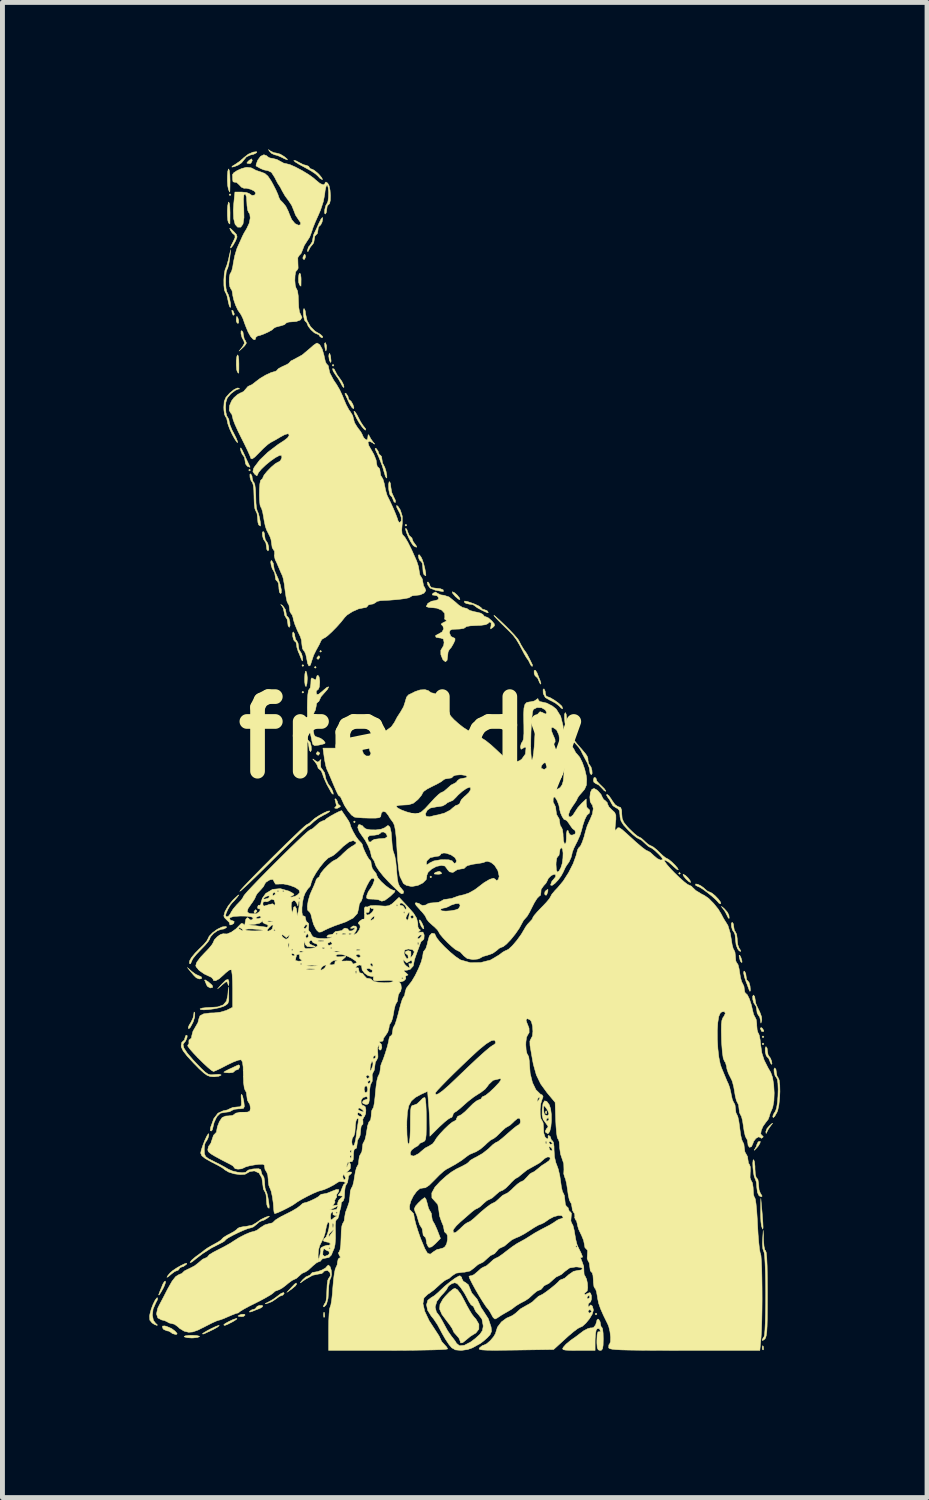
<source format=kicad_pcb>
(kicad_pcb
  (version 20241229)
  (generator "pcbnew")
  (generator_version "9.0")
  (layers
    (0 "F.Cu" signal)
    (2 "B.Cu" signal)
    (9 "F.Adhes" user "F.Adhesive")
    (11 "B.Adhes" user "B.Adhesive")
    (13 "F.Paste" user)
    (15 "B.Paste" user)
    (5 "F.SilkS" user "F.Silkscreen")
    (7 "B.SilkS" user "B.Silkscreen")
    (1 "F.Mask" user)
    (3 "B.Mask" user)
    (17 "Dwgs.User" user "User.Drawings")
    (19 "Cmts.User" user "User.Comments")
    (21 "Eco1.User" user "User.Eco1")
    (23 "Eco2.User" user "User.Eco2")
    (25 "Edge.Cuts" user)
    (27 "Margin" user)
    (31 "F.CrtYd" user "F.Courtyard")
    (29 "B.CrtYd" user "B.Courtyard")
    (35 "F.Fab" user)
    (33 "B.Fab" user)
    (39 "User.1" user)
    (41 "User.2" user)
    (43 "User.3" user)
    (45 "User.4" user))
  (footprint "freddy"
    (layer "F.Cu")
    (at 5.367 12.012)
    (property "Reference" "freddy" (at 0 0 0) (layer "F.SilkS") (effects (font (size 1.524 1.524) (thickness 0.3))))
    (attr through_hole)
    (fp_poly (pts (xy -3.701 -11.085) (xy -3.719 -11.067) (xy -3.737 -11.085) (xy -3.719 -11.103) (xy -3.701 -11.085)) (stroke (width 0.01) (type solid)) (fill yes) (layer "F.SilkS"))
    (fp_poly (pts (xy -3.302 -5.461) (xy -3.32 -5.443) (xy -3.338 -5.461) (xy -3.32 -5.479) (xy -3.302 -5.461)) (stroke (width 0.01) (type solid)) (fill yes) (layer "F.SilkS"))
    (fp_poly (pts (xy -2.213 -1.47) (xy -2.232 -1.451) (xy -2.25 -1.47) (xy -2.232 -1.488) (xy -2.213 -1.47)) (stroke (width 0.01) (type solid)) (fill yes) (layer "F.SilkS"))
    (fp_poly (pts (xy -2.213 -0.925) (xy -2.232 -0.907) (xy -2.25 -0.925) (xy -2.232 -0.943) (xy -2.213 -0.925)) (stroke (width 0.01) (type solid)) (fill yes) (layer "F.SilkS"))
    (fp_poly (pts (xy -1.959 -1.433) (xy -1.978 -1.415) (xy -1.996 -1.433) (xy -1.978 -1.451) (xy -1.959 -1.433)) (stroke (width 0.01) (type solid)) (fill yes) (layer "F.SilkS"))
    (fp_poly (pts (xy -1.851 -1.76) (xy -1.869 -1.742) (xy -1.887 -1.76) (xy -1.869 -1.778) (xy -1.851 -1.76)) (stroke (width 0.01) (type solid)) (fill yes) (layer "F.SilkS"))
    (fp_poly (pts (xy -1.597 -7.602) (xy -1.615 -7.584) (xy -1.633 -7.602) (xy -1.615 -7.62) (xy -1.597 -7.602)) (stroke (width 0.01) (type solid)) (fill yes) (layer "F.SilkS"))
    (fp_poly (pts (xy -1.161 1.724) (xy -1.179 1.742) (xy -1.197 1.724) (xy -1.179 1.705) (xy -1.161 1.724)) (stroke (width 0.01) (type solid)) (fill yes) (layer "F.SilkS"))
    (fp_poly (pts (xy -0.109 -4.336) (xy -0.127 -4.318) (xy -0.145 -4.336) (xy -0.127 -4.354) (xy -0.109 -4.336)) (stroke (width 0.01) (type solid)) (fill yes) (layer "F.SilkS"))
    (fp_poly (pts (xy 0.399 2.848) (xy 0.381 2.867) (xy 0.363 2.848) (xy 0.381 2.83) (xy 0.399 2.848)) (stroke (width 0.01) (type solid)) (fill yes) (layer "F.SilkS"))
    (fp_poly (pts (xy 3.774 11.775) (xy 3.756 11.793) (xy 3.737 11.775) (xy 3.756 11.757) (xy 3.774 11.775)) (stroke (width 0.01) (type solid)) (fill yes) (layer "F.SilkS"))
    (fp_poly (pts (xy 5.479 2.776) (xy 5.461 2.794) (xy 5.443 2.776) (xy 5.461 2.758) (xy 5.479 2.776)) (stroke (width 0.01) (type solid)) (fill yes) (layer "F.SilkS"))
    (fp_poly (pts (xy 7.185 6.114) (xy 7.166 6.132) (xy 7.148 6.114) (xy 7.166 6.096) (xy 7.185 6.114)) (stroke (width 0.01) (type solid)) (fill yes) (layer "F.SilkS"))
    (fp_poly (pts (xy 7.185 6.259) (xy 7.166 6.277) (xy 7.148 6.259) (xy 7.166 6.241) (xy 7.185 6.259)) (stroke (width 0.01) (type solid)) (fill yes) (layer "F.SilkS"))
    (fp_poly (pts (xy -1.79 11.748) (xy -1.785 11.822) (xy -1.79 11.838) (xy -1.803 11.843) (xy -1.809 11.793) (xy -1.803 11.741) (xy -1.79 11.748)) (stroke (width 0.01) (type solid)) (fill yes) (layer "F.SilkS"))
    (fp_poly (pts (xy 2.746 7.632) (xy 2.75 7.675) (xy 2.746 7.68) (xy 2.724 7.675) (xy 2.721 7.656) (xy 2.735 7.626) (xy 2.746 7.632)) (stroke (width 0.01) (type solid)) (fill yes) (layer "F.SilkS"))
    (fp_poly (pts (xy 7.173 12.439) (xy 7.177 12.496) (xy 7.17 12.509) (xy 7.154 12.498) (xy 7.151 12.461) (xy 7.16 12.422) (xy 7.173 12.439)) (stroke (width 0.01) (type solid)) (fill yes) (layer "F.SilkS"))
    (fp_poly (pts (xy -3.66 -8.719) (xy -3.659 -8.717) (xy -3.633 -8.654) (xy -3.636 -8.631) (xy -3.655 -8.623) (xy -3.675 -8.669) (xy -3.683 -8.725) (xy -3.66 -8.719)) (stroke (width 0.01) (type solid)) (fill yes) (layer "F.SilkS"))
    (fp_poly (pts (xy -3.559 -8.57) (xy -3.545 -8.527) (xy -3.543 -8.469) (xy -3.559 -8.455) (xy -3.586 -8.485) (xy -3.592 -8.527) (xy -3.586 -8.586) (xy -3.578 -8.6) (xy -3.559 -8.57)) (stroke (width 0.01) (type solid)) (fill yes) (layer "F.SilkS"))
    (fp_poly (pts (xy -3.411 11.796) (xy -3.441 11.823) (xy -3.483 11.829) (xy -3.542 11.823) (xy -3.556 11.815) (xy -3.526 11.796) (xy -3.483 11.782) (xy -3.426 11.78) (xy -3.411 11.796)) (stroke (width 0.01) (type solid)) (fill yes) (layer "F.SilkS"))
    (fp_poly (pts (xy -3.169 3.542) (xy -3.175 3.556) (xy -3.208 3.591) (xy -3.213 3.592) (xy -3.229 3.564) (xy -3.229 3.556) (xy -3.202 3.521) (xy -3.191 3.52) (xy -3.169 3.542)) (stroke (width 0.01) (type solid)) (fill yes) (layer "F.SilkS"))
    (fp_poly (pts (xy -2.179 -9.84) (xy -2.177 -9.815) (xy -2.196 -9.767) (xy -2.212 -9.761) (xy -2.232 -9.787) (xy -2.227 -9.815) (xy -2.201 -9.863) (xy -2.191 -9.87) (xy -2.179 -9.84)) (stroke (width 0.01) (type solid)) (fill yes) (layer "F.SilkS"))
    (fp_poly (pts (xy -1.888 0.318) (xy -1.887 0.327) (xy -1.914 0.362) (xy -1.923 0.363) (xy -1.958 0.335) (xy -1.959 0.327) (xy -1.932 0.291) (xy -1.923 0.29) (xy -1.888 0.318)) (stroke (width 0.01) (type solid)) (fill yes) (layer "F.SilkS"))
    (fp_poly (pts (xy -1.887 -1.641) (xy -1.887 -1.633) (xy -1.915 -1.598) (xy -1.925 -1.597) (xy -1.947 -1.619) (xy -1.941 -1.633) (xy -1.909 -1.667) (xy -1.903 -1.669) (xy -1.887 -1.641)) (stroke (width 0.01) (type solid)) (fill yes) (layer "F.SilkS"))
    (fp_poly (pts (xy -1.769 -8.061) (xy -1.748 -8.002) (xy -1.749 -7.942) (xy -1.76 -7.895) (xy -1.77 -7.911) (xy -1.782 -7.975) (xy -1.788 -8.049) (xy -1.773 -8.064) (xy -1.769 -8.061)) (stroke (width 0.01) (type solid)) (fill yes) (layer "F.SilkS"))
    (fp_poly (pts (xy 0.591 2.754) (xy 0.601 2.783) (xy 0.548 2.793) (xy 0.524 2.793) (xy 0.456 2.789) (xy 0.452 2.774) (xy 0.484 2.753) (xy 0.555 2.733) (xy 0.591 2.754)) (stroke (width 0.01) (type solid)) (fill yes) (layer "F.SilkS"))
    (fp_poly (pts (xy 2.773 3.139) (xy 2.769 3.155) (xy 2.746 3.219) (xy 2.721 3.219) (xy 2.706 3.197) (xy 2.713 3.151) (xy 2.737 3.123) (xy 2.773 3.102) (xy 2.773 3.139)) (stroke (width 0.01) (type solid)) (fill yes) (layer "F.SilkS"))
    (fp_poly (pts (xy 6.716 4.496) (xy 6.737 4.566) (xy 6.736 4.597) (xy 6.714 4.582) (xy 6.699 4.552) (xy 6.68 4.477) (xy 6.679 4.451) (xy 6.691 4.447) (xy 6.716 4.496)) (stroke (width 0.01) (type solid)) (fill yes) (layer "F.SilkS"))
    (fp_poly (pts (xy 7.155 5.943) (xy 7.183 5.989) (xy 7.179 6.005) (xy 7.141 6.004) (xy 7.136 5.999) (xy 7.112 5.943) (xy 7.112 5.938) (xy 7.13 5.924) (xy 7.155 5.943)) (stroke (width 0.01) (type solid)) (fill yes) (layer "F.SilkS"))
    (fp_poly (pts (xy -3.266 -11.785) (xy -3.266 -11.779) (xy -3.293 -11.728) (xy -3.32 -11.72) (xy -3.369 -11.728) (xy -3.375 -11.734) (xy -3.351 -11.765) (xy -3.32 -11.793) (xy -3.277 -11.818) (xy -3.266 -11.785)) (stroke (width 0.01) (type solid)) (fill yes) (layer "F.SilkS"))
    (fp_poly (pts (xy -2.36 11.163) (xy -2.36 11.167) (xy -2.387 11.204) (xy -2.453 11.259) (xy -2.459 11.264) (xy -2.558 11.333) (xy -2.47 11.237) (xy -2.401 11.165) (xy -2.368 11.142) (xy -2.36 11.163)) (stroke (width 0.01) (type solid)) (fill yes) (layer "F.SilkS"))
    (fp_poly (pts (xy -1.668 -7.796) (xy -1.664 -7.774) (xy -1.655 -7.686) (xy -1.663 -7.658) (xy -1.686 -7.695) (xy -1.691 -7.709) (xy -1.702 -7.789) (xy -1.697 -7.827) (xy -1.684 -7.846) (xy -1.668 -7.796)) (stroke (width 0.01) (type solid)) (fill yes) (layer "F.SilkS"))
    (fp_poly (pts (xy -4.174 4.984) (xy -4.162 4.992) (xy -4.084 5.06) (xy -4.071 5.102) (xy -4.12 5.116) (xy -4.177 5.086) (xy -4.198 5.053) (xy -4.227 4.981) (xy -4.239 4.956) (xy -4.227 4.951) (xy -4.174 4.984)) (stroke (width 0.01) (type solid)) (fill yes) (layer "F.SilkS"))
    (fp_poly (pts (xy 0.193 3.774) (xy 0.2 3.788) (xy 0.234 3.864) (xy 0.24 3.908) (xy 0.239 3.909) (xy 0.213 3.895) (xy 0.184 3.852) (xy 0.153 3.773) (xy 0.145 3.731) (xy 0.159 3.726) (xy 0.193 3.774)) (stroke (width 0.01) (type solid)) (fill yes) (layer "F.SilkS"))
    (fp_poly (pts (xy 0.87 -2.953) (xy 0.925 -2.903) (xy 0.968 -2.848) (xy 0.976 -2.814) (xy 0.944 -2.827) (xy 0.884 -2.878) (xy 0.876 -2.887) (xy 0.828 -2.945) (xy 0.821 -2.975) (xy 0.825 -2.975) (xy 0.87 -2.953)) (stroke (width 0.01) (type solid)) (fill yes) (layer "F.SilkS"))
    (fp_poly (pts (xy 6.324 3.454) (xy 6.374 3.495) (xy 6.439 3.569) (xy 6.47 3.631) (xy 6.477 3.693) (xy 6.459 3.69) (xy 6.434 3.638) (xy 6.394 3.559) (xy 6.354 3.502) (xy 6.316 3.453) (xy 6.324 3.454)) (stroke (width 0.01) (type solid)) (fill yes) (layer "F.SilkS"))
    (fp_poly (pts (xy 7.15 9.725) (xy 7.163 9.899) (xy 7.168 10.004) (xy 7.163 10.042) (xy 7.148 10.014) (xy 7.135 9.971) (xy 7.124 9.891) (xy 7.118 9.768) (xy 7.118 9.652) (xy 7.122 9.416) (xy 7.15 9.725)) (stroke (width 0.01) (type solid)) (fill yes) (layer "F.SilkS"))
    (fp_poly (pts (xy 7.363 7.881) (xy 7.325 7.928) (xy 7.272 8.006) (xy 7.247 8.055) (xy 7.23 8.089) (xy 7.224 8.052) (xy 7.224 8.052) (xy 7.247 7.988) (xy 7.303 7.925) (xy 7.358 7.879) (xy 7.363 7.881)) (stroke (width 0.01) (type solid)) (fill yes) (layer "F.SilkS"))
    (fp_poly (pts (xy 5.581 2.817) (xy 5.635 2.868) (xy 5.678 2.924) (xy 5.688 2.96) (xy 5.688 2.961) (xy 5.656 2.947) (xy 5.598 2.895) (xy 5.588 2.885) (xy 5.541 2.825) (xy 5.533 2.795) (xy 5.537 2.794) (xy 5.581 2.817)) (stroke (width 0.01) (type solid)) (fill yes) (layer "F.SilkS"))
    (fp_poly (pts (xy 7.106 8.282) (xy 7.071 8.343) (xy 7.03 8.391) (xy 6.988 8.432) (xy 6.987 8.426) (xy 6.994 8.417) (xy 7.032 8.35) (xy 7.039 8.318) (xy 7.066 8.262) (xy 7.076 8.255) (xy 7.11 8.248) (xy 7.106 8.282)) (stroke (width 0.01) (type solid)) (fill yes) (layer "F.SilkS"))
    (fp_poly (pts (xy -5.036 11.132) (xy -5.062 11.203) (xy -5.084 11.249) (xy -5.136 11.341) (xy -5.169 11.388) (xy -5.177 11.384) (xy -5.155 11.323) (xy -5.151 11.312) (xy -5.113 11.22) (xy -5.093 11.167) (xy -5.06 11.113) (xy -5.04 11.103) (xy -5.036 11.132)) (stroke (width 0.01) (type solid)) (fill yes) (layer "F.SilkS"))
    (fp_poly (pts (xy -4.402 12.215) (xy -4.347 12.228) (xy -4.342 12.237) (xy -4.385 12.255) (xy -4.473 12.264) (xy -4.499 12.265) (xy -4.594 12.258) (xy -4.652 12.242) (xy -4.657 12.237) (xy -4.635 12.222) (xy -4.559 12.212) (xy -4.499 12.21) (xy -4.402 12.215)) (stroke (width 0.01) (type solid)) (fill yes) (layer "F.SilkS"))
    (fp_poly (pts (xy -3.582 11.88) (xy -3.637 11.917) (xy -3.674 11.938) (xy -3.776 11.99) (xy -3.829 12.009) (xy -3.846 11.999) (xy -3.846 11.995) (xy -3.817 11.969) (xy -3.747 11.931) (xy -3.665 11.892) (xy -3.596 11.868) (xy -3.578 11.865) (xy -3.582 11.88)) (stroke (width 0.01) (type solid)) (fill yes) (layer "F.SilkS"))
    (fp_poly (pts (xy -2.278 -9.462) (xy -2.269 -9.39) (xy -2.268 -9.358) (xy -2.269 -9.269) (xy -2.27 -9.22) (xy -2.271 -9.217) (xy -2.294 -9.237) (xy -2.298 -9.241) (xy -2.317 -9.294) (xy -2.321 -9.377) (xy -2.312 -9.453) (xy -2.295 -9.483) (xy -2.278 -9.462)) (stroke (width 0.01) (type solid)) (fill yes) (layer "F.SilkS"))
    (fp_poly (pts (xy -2.151 -1.311) (xy -2.141 -1.224) (xy -2.141 -1.197) (xy -2.147 -1.103) (xy -2.163 -1.045) (xy -2.168 -1.04) (xy -2.184 -1.062) (xy -2.194 -1.137) (xy -2.195 -1.197) (xy -2.19 -1.295) (xy -2.178 -1.35) (xy -2.168 -1.355) (xy -2.151 -1.311)) (stroke (width 0.01) (type solid)) (fill yes) (layer "F.SilkS"))
    (fp_poly (pts (xy -4.497 4.781) (xy -4.422 4.836) (xy -4.366 4.862) (xy -4.363 4.862) (xy -4.307 4.889) (xy -4.3 4.899) (xy -4.304 4.928) (xy -4.349 4.932) (xy -4.406 4.909) (xy -4.409 4.907) (xy -4.456 4.861) (xy -4.517 4.79) (xy -4.59 4.699) (xy -4.497 4.781)) (stroke (width 0.01) (type solid)) (fill yes) (layer "F.SilkS"))
    (fp_poly (pts (xy -4.441 5.623) (xy -4.438 5.636) (xy -4.441 5.71) (xy -4.472 5.809) (xy -4.48 5.826) (xy -4.53 5.92) (xy -4.562 5.951) (xy -4.572 5.922) (xy -4.552 5.873) (xy -4.519 5.822) (xy -4.474 5.728) (xy -4.46 5.661) (xy -4.453 5.607) (xy -4.441 5.623)) (stroke (width 0.01) (type solid)) (fill yes) (layer "F.SilkS"))
    (fp_poly (pts (xy -3.741 4.989) (xy -3.742 5.016) (xy -3.747 5.068) (xy -3.758 5.049) (xy -3.763 5.031) (xy -3.779 4.991) (xy -3.809 4.995) (xy -3.872 5.046) (xy -3.877 5.05) (xy -3.973 5.134) (xy -3.885 5.035) (xy -3.806 4.956) (xy -3.759 4.941) (xy -3.741 4.989)) (stroke (width 0.01) (type solid)) (fill yes) (layer "F.SilkS"))
    (fp_poly (pts (xy -3.55 -7.791) (xy -3.54 -7.714) (xy -3.538 -7.635) (xy -3.538 -7.526) (xy -3.54 -7.455) (xy -3.541 -7.439) (xy -3.564 -7.459) (xy -3.568 -7.463) (xy -3.584 -7.513) (xy -3.591 -7.603) (xy -3.59 -7.703) (xy -3.579 -7.783) (xy -3.565 -7.814) (xy -3.55 -7.791)) (stroke (width 0.01) (type solid)) (fill yes) (layer "F.SilkS"))
    (fp_poly (pts (xy -5.017 12.027) (xy -4.913 12.072) (xy -4.845 12.122) (xy -4.8 12.172) (xy -4.807 12.19) (xy -4.834 12.192) (xy -4.899 12.173) (xy -4.917 12.156) (xy -4.968 12.125) (xy -5.006 12.119) (xy -5.073 12.091) (xy -5.095 12.061) (xy -5.099 12.022) (xy -5.057 12.018) (xy -5.017 12.027)) (stroke (width 0.01) (type solid)) (fill yes) (layer "F.SilkS"))
    (fp_poly (pts (xy -3.939 12.013) (xy -3.982 12.047) (xy -4.065 12.093) (xy -4.093 12.106) (xy -4.184 12.149) (xy -4.246 12.178) (xy -4.255 12.182) (xy -4.281 12.182) (xy -4.282 12.179) (xy -4.252 12.155) (xy -4.176 12.111) (xy -4.1 12.072) (xy -4.006 12.028) (xy -3.948 12.008) (xy -3.939 12.013)) (stroke (width 0.01) (type solid)) (fill yes) (layer "F.SilkS"))
    (fp_poly (pts (xy -3.733 -10.911) (xy -3.723 -10.831) (xy -3.719 -10.719) (xy -3.72 -10.6) (xy -3.721 -10.516) (xy -3.722 -10.487) (xy -3.745 -10.507) (xy -3.75 -10.511) (xy -3.764 -10.56) (xy -3.772 -10.652) (xy -3.773 -10.761) (xy -3.766 -10.861) (xy -3.753 -10.925) (xy -3.747 -10.935) (xy -3.733 -10.911)) (stroke (width 0.01) (type solid)) (fill yes) (layer "F.SilkS"))
    (fp_poly (pts (xy -3.733 -11.578) (xy -3.723 -11.492) (xy -3.719 -11.375) (xy -3.72 -11.255) (xy -3.722 -11.17) (xy -3.724 -11.14) (xy -3.74 -11.168) (xy -3.752 -11.197) (xy -3.766 -11.267) (xy -3.773 -11.367) (xy -3.772 -11.474) (xy -3.765 -11.563) (xy -3.751 -11.609) (xy -3.747 -11.611) (xy -3.733 -11.578)) (stroke (width 0.01) (type solid)) (fill yes) (layer "F.SilkS"))
    (fp_poly (pts (xy -3.054 11.626) (xy -3.108 11.66) (xy -3.111 11.661) (xy -3.196 11.693) (xy -3.258 11.719) (xy -3.317 11.737) (xy -3.32 11.72) (xy -3.268 11.687) (xy -3.245 11.684) (xy -3.198 11.666) (xy -3.193 11.652) (xy -3.163 11.618) (xy -3.121 11.601) (xy -3.059 11.599) (xy -3.054 11.626)) (stroke (width 0.01) (type solid)) (fill yes) (layer "F.SilkS"))
    (fp_poly (pts (xy -2.613 11.355) (xy -2.641 11.391) (xy -2.656 11.394) (xy -2.712 11.416) (xy -2.774 11.462) (xy -2.865 11.523) (xy -2.939 11.552) (xy -2.999 11.566) (xy -2.995 11.559) (xy -2.933 11.529) (xy -2.836 11.474) (xy -2.77 11.426) (xy -2.675 11.354) (xy -2.623 11.336) (xy -2.613 11.355)) (stroke (width 0.01) (type solid)) (fill yes) (layer "F.SilkS"))
    (fp_poly (pts (xy -1.527 1.304) (xy -1.524 1.327) (xy -1.503 1.373) (xy -1.486 1.379) (xy -1.464 1.401) (xy -1.47 1.415) (xy -1.521 1.445) (xy -1.553 1.449) (xy -1.586 1.439) (xy -1.571 1.428) (xy -1.546 1.39) (xy -1.562 1.32) (xy -1.578 1.257) (xy -1.56 1.252) (xy -1.527 1.304)) (stroke (width 0.01) (type solid)) (fill yes) (layer "F.SilkS"))
    (fp_poly (pts (xy 2.552 -1.319) (xy 2.553 -1.315) (xy 2.586 -1.23) (xy 2.611 -1.17) (xy 2.631 -1.109) (xy 2.626 -1.089) (xy 2.602 -1.119) (xy 2.587 -1.161) (xy 2.56 -1.22) (xy 2.54 -1.234) (xy 2.51 -1.264) (xy 2.493 -1.306) (xy 2.492 -1.367) (xy 2.518 -1.373) (xy 2.552 -1.319)) (stroke (width 0.01) (type solid)) (fill yes) (layer "F.SilkS"))
    (fp_poly (pts (xy -3.455 -8.279) (xy -3.447 -8.226) (xy -3.429 -8.14) (xy -3.403 -8.099) (xy -3.384 -8.056) (xy -3.418 -8.002) (xy -3.447 -7.973) (xy -3.535 -7.892) (xy -3.468 -7.973) (xy -3.424 -8.051) (xy -3.437 -8.1) (xy -3.474 -8.168) (xy -3.495 -8.244) (xy -3.494 -8.298) (xy -3.48 -8.309) (xy -3.455 -8.279)) (stroke (width 0.01) (type solid)) (fill yes) (layer "F.SilkS"))
    (fp_poly (pts (xy -3.019 -4.178) (xy -3.012 -4.121) (xy -3 -4.045) (xy -2.98 -4.012) (xy -2.95 -3.968) (xy -2.931 -3.899) (xy -2.927 -3.836) (xy -2.944 -3.81) (xy -2.968 -3.841) (xy -2.975 -3.899) (xy -2.987 -3.974) (xy -3.007 -4.007) (xy -3.037 -4.051) (xy -3.056 -4.12) (xy -3.06 -4.183) (xy -3.043 -4.209) (xy -3.019 -4.178)) (stroke (width 0.01) (type solid)) (fill yes) (layer "F.SilkS"))
    (fp_poly (pts (xy -2.919 -11.997) (xy -2.903 -11.983) (xy -2.825 -11.944) (xy -2.778 -11.937) (xy -2.696 -11.915) (xy -2.613 -11.865) (xy -2.55 -11.812) (xy -2.549 -11.797) (xy -2.609 -11.821) (xy -2.662 -11.848) (xy -2.749 -11.886) (xy -2.812 -11.902) (xy -2.812 -11.902) (xy -2.869 -11.928) (xy -2.906 -11.965) (xy -2.935 -12.007) (xy -2.919 -11.997)) (stroke (width 0.01) (type solid)) (fill yes) (layer "F.SilkS"))
    (fp_poly (pts (xy -1.593 -7.525) (xy -1.574 -7.489) (xy -1.531 -7.407) (xy -1.488 -7.348) (xy -1.437 -7.276) (xy -1.401 -7.204) (xy -1.391 -7.156) (xy -1.399 -7.148) (xy -1.425 -7.177) (xy -1.452 -7.23) (xy -1.5 -7.316) (xy -1.566 -7.41) (xy -1.567 -7.411) (xy -1.613 -7.483) (xy -1.625 -7.53) (xy -1.622 -7.534) (xy -1.593 -7.525)) (stroke (width 0.01) (type solid)) (fill yes) (layer "F.SilkS"))
    (fp_poly (pts (xy -1.348 -7.025) (xy -1.31 -6.969) (xy -1.306 -6.947) (xy -1.291 -6.899) (xy -1.279 -6.894) (xy -1.246 -6.865) (xy -1.21 -6.803) (xy -1.189 -6.738) (xy -1.199 -6.713) (xy -1.232 -6.743) (xy -1.277 -6.817) (xy -1.293 -6.849) (xy -1.336 -6.943) (xy -1.367 -7.008) (xy -1.372 -7.018) (xy -1.366 -7.033) (xy -1.348 -7.025)) (stroke (width 0.01) (type solid)) (fill yes) (layer "F.SilkS"))
    (fp_poly (pts (xy -1.161 -6.646) (xy -1.12 -6.58) (xy -1.102 -6.543) (xy -1.05 -6.444) (xy -1.001 -6.369) (xy -0.99 -6.356) (xy -0.947 -6.3) (xy -0.954 -6.277) (xy -0.956 -6.277) (xy -0.986 -6.302) (xy -1.02 -6.341) (xy -1.08 -6.426) (xy -1.136 -6.522) (xy -1.176 -6.607) (xy -1.188 -6.659) (xy -1.186 -6.664) (xy -1.161 -6.646)) (stroke (width 0.01) (type solid)) (fill yes) (layer "F.SilkS"))
    (fp_poly (pts (xy 0.36 -3.123) (xy 0.363 -3.1) (xy 0.394 -3.061) (xy 0.488 -3.048) (xy 0.578 -3.038) (xy 0.633 -3.015) (xy 0.635 -3.012) (xy 0.638 -2.981) (xy 0.628 -2.98) (xy 0.575 -2.989) (xy 0.485 -3.006) (xy 0.476 -3.007) (xy 0.367 -3.051) (xy 0.322 -3.113) (xy 0.309 -3.171) (xy 0.327 -3.175) (xy 0.36 -3.123)) (stroke (width 0.01) (type solid)) (fill yes) (layer "F.SilkS"))
    (fp_poly (pts (xy -3.172 -11.946) (xy -3.175 -11.944) (xy -3.237 -11.911) (xy -3.302 -11.896) (xy -3.384 -11.859) (xy -3.425 -11.809) (xy -3.482 -11.738) (xy -3.551 -11.691) (xy -3.634 -11.658) (xy -3.68 -11.649) (xy -3.677 -11.665) (xy -3.62 -11.7) (xy -3.521 -11.767) (xy -3.438 -11.841) (xy -3.346 -11.913) (xy -3.248 -11.955) (xy -3.177 -11.964) (xy -3.172 -11.946)) (stroke (width 0.01) (type solid)) (fill yes) (layer "F.SilkS"))
    (fp_poly (pts (xy -0.444 -5.194) (xy -0.435 -5.117) (xy -0.435 -5.115) (xy -0.415 -5.001) (xy -0.376 -4.914) (xy -0.341 -4.843) (xy -0.341 -4.799) (xy -0.367 -4.809) (xy -0.387 -4.855) (xy -0.414 -4.917) (xy -0.436 -4.935) (xy -0.457 -4.967) (xy -0.474 -5.047) (xy -0.478 -5.08) (xy -0.48 -5.171) (xy -0.47 -5.221) (xy -0.464 -5.225) (xy -0.444 -5.194)) (stroke (width 0.01) (type solid)) (fill yes) (layer "F.SilkS"))
    (fp_poly (pts (xy -0.11 -4.255) (xy -0.089 -4.195) (xy -0.06 -4.125) (xy -0.032 -4.1) (xy -0.002 -4.072) (xy 0 -4.058) (xy 0.022 -4) (xy 0.06 -3.949) (xy 0.094 -3.9) (xy 0.087 -3.884) (xy 0.037 -3.91) (xy 0.017 -3.929) (xy -0.028 -3.996) (xy -0.074 -4.088) (xy -0.113 -4.181) (xy -0.134 -4.25) (xy -0.132 -4.271) (xy -0.11 -4.255)) (stroke (width 0.01) (type solid)) (fill yes) (layer "F.SilkS"))
    (fp_poly (pts (xy 3.74 0.818) (xy 3.765 0.851) (xy 3.761 0.859) (xy 3.774 0.892) (xy 3.829 0.952) (xy 3.858 0.98) (xy 3.925 1.046) (xy 3.956 1.092) (xy 3.955 1.1) (xy 3.924 1.087) (xy 3.873 1.032) (xy 3.872 1.031) (xy 3.809 0.968) (xy 3.754 0.943) (xy 3.712 0.913) (xy 3.701 0.869) (xy 3.716 0.818) (xy 3.74 0.818)) (stroke (width 0.01) (type solid)) (fill yes) (layer "F.SilkS"))
    (fp_poly (pts (xy 6.789 4.774) (xy 6.814 4.822) (xy 6.822 4.883) (xy 6.833 4.95) (xy 6.854 4.971) (xy 6.881 5.003) (xy 6.902 5.079) (xy 6.902 5.08) (xy 6.909 5.164) (xy 6.9 5.186) (xy 6.878 5.143) (xy 6.872 5.125) (xy 6.84 5.037) (xy 6.821 4.989) (xy 6.787 4.89) (xy 6.771 4.811) (xy 6.777 4.772) (xy 6.789 4.774)) (stroke (width 0.01) (type solid)) (fill yes) (layer "F.SilkS"))
    (fp_poly (pts (xy -3.523 6.702) (xy -3.52 6.729) (xy -3.548 6.778) (xy -3.574 6.785) (xy -3.622 6.804) (xy -3.629 6.819) (xy -3.66 6.842) (xy -3.736 6.85) (xy -3.737 6.85) (xy -3.814 6.845) (xy -3.846 6.836) (xy -3.846 6.836) (xy -3.817 6.816) (xy -3.743 6.778) (xy -3.71 6.763) (xy -3.618 6.72) (xy -3.556 6.691) (xy -3.547 6.686) (xy -3.523 6.702)) (stroke (width 0.01) (type solid)) (fill yes) (layer "F.SilkS"))
    (fp_poly (pts (xy -3.479 -5.885) (xy -3.442 -5.81) (xy -3.428 -5.779) (xy -3.381 -5.675) (xy -3.341 -5.591) (xy -3.335 -5.579) (xy -3.312 -5.529) (xy -3.311 -5.518) (xy -3.348 -5.532) (xy -3.365 -5.539) (xy -3.401 -5.586) (xy -3.411 -5.643) (xy -3.423 -5.718) (xy -3.443 -5.749) (xy -3.471 -5.787) (xy -3.496 -5.849) (xy -3.507 -5.901) (xy -3.5 -5.915) (xy -3.479 -5.885)) (stroke (width 0.01) (type solid)) (fill yes) (layer "F.SilkS"))
    (fp_poly (pts (xy 7.25 6.345) (xy 7.257 6.402) (xy 7.269 6.478) (xy 7.289 6.511) (xy 7.319 6.551) (xy 7.342 6.613) (xy 7.35 6.664) (xy 7.341 6.677) (xy 7.319 6.647) (xy 7.304 6.604) (xy 7.277 6.545) (xy 7.257 6.531) (xy 7.233 6.5) (xy 7.213 6.424) (xy 7.213 6.423) (xy 7.211 6.347) (xy 7.226 6.314) (xy 7.227 6.314) (xy 7.25 6.345)) (stroke (width 0.01) (type solid)) (fill yes) (layer "F.SilkS"))
    (fp_poly (pts (xy -5.202 11.485) (xy -5.239 11.555) (xy -5.239 11.556) (xy -5.29 11.673) (xy -5.305 11.798) (xy -5.284 11.905) (xy -5.242 11.961) (xy -5.203 11.998) (xy -5.209 12.009) (xy -5.263 11.988) (xy -5.311 11.957) (xy -5.357 11.901) (xy -5.362 11.819) (xy -5.356 11.78) (xy -5.329 11.678) (xy -5.29 11.575) (xy -5.248 11.491) (xy -5.213 11.446) (xy -5.198 11.445) (xy -5.202 11.485)) (stroke (width 0.01) (type solid)) (fill yes) (layer "F.SilkS"))
    (fp_poly (pts (xy -3.712 -10.397) (xy -3.655 -10.344) (xy -3.65 -10.34) (xy -3.589 -10.274) (xy -3.575 -10.223) (xy -3.602 -10.152) (xy -3.612 -10.132) (xy -3.66 -10.048) (xy -3.701 -9.997) (xy -3.704 -9.995) (xy -3.71 -10.009) (xy -3.684 -10.07) (xy -3.662 -10.111) (xy -3.617 -10.208) (xy -3.619 -10.258) (xy -3.625 -10.262) (xy -3.672 -10.302) (xy -3.706 -10.354) (xy -3.726 -10.399) (xy -3.712 -10.397)) (stroke (width 0.01) (type solid)) (fill yes) (layer "F.SilkS"))
    (fp_poly (pts (xy -2.179 -0.128) (xy -2.149 -0.077) (xy -2.141 -0.016) (xy -2.13 0.051) (xy -2.109 0.073) (xy -2.081 0.104) (xy -2.061 0.18) (xy -2.061 0.181) (xy -2.058 0.257) (xy -2.074 0.29) (xy -2.075 0.29) (xy -2.098 0.259) (xy -2.105 0.207) (xy -2.117 0.126) (xy -2.136 0.089) (xy -2.167 0.035) (xy -2.19 -0.037) (xy -2.198 -0.1) (xy -2.188 -0.13) (xy -2.179 -0.128)) (stroke (width 0.01) (type solid)) (fill yes) (layer "F.SilkS"))
    (fp_poly (pts (xy 0.184 -3.682) (xy 0.205 -3.638) (xy 0.234 -3.554) (xy 0.259 -3.455) (xy 0.277 -3.366) (xy 0.281 -3.31) (xy 0.277 -3.302) (xy 0.246 -3.323) (xy 0.242 -3.326) (xy 0.225 -3.376) (xy 0.218 -3.464) (xy 0.218 -3.471) (xy 0.209 -3.553) (xy 0.189 -3.592) (xy 0.186 -3.592) (xy 0.152 -3.622) (xy 0.135 -3.665) (xy 0.128 -3.726) (xy 0.148 -3.731) (xy 0.184 -3.682)) (stroke (width 0.01) (type solid)) (fill yes) (layer "F.SilkS"))
    (fp_poly (pts (xy -3.744 5.269) (xy -3.744 5.375) (xy -3.764 5.435) (xy -3.816 5.474) (xy -3.855 5.493) (xy -3.938 5.52) (xy -4.045 5.542) (xy -4.157 5.557) (xy -4.255 5.563) (xy -4.318 5.558) (xy -4.331 5.543) (xy -4.287 5.527) (xy -4.197 5.517) (xy -4.142 5.515) (xy -3.97 5.503) (xy -3.856 5.461) (xy -3.791 5.383) (xy -3.764 5.262) (xy -3.764 5.261) (xy -3.751 5.098) (xy -3.744 5.269)) (stroke (width 0.01) (type solid)) (fill yes) (layer "F.SilkS"))
    (fp_poly (pts (xy -0.731 -5.9) (xy -0.693 -5.844) (xy -0.689 -5.822) (xy -0.669 -5.775) (xy -0.653 -5.769) (xy -0.625 -5.739) (xy -0.617 -5.686) (xy -0.604 -5.605) (xy -0.584 -5.568) (xy -0.558 -5.517) (xy -0.533 -5.438) (xy -0.517 -5.358) (xy -0.516 -5.305) (xy -0.523 -5.298) (xy -0.544 -5.329) (xy -0.565 -5.397) (xy -0.61 -5.55) (xy -0.684 -5.736) (xy -0.757 -5.893) (xy -0.749 -5.908) (xy -0.731 -5.9)) (stroke (width 0.01) (type solid)) (fill yes) (layer "F.SilkS"))
    (fp_poly (pts (xy -4.603 10.751) (xy -4.607 10.758) (xy -4.669 10.804) (xy -4.703 10.813) (xy -4.749 10.834) (xy -4.753 10.849) (xy -4.782 10.884) (xy -4.796 10.886) (xy -4.851 10.909) (xy -4.923 10.964) (xy -4.923 10.965) (xy -4.981 11.013) (xy -5.007 11.026) (xy -5.007 11.025) (xy -4.986 10.987) (xy -4.944 10.937) (xy -4.889 10.889) (xy -4.812 10.837) (xy -4.728 10.789) (xy -4.655 10.753) (xy -4.608 10.737) (xy -4.603 10.751)) (stroke (width 0.01) (type solid)) (fill yes) (layer "F.SilkS"))
    (fp_poly (pts (xy -2.66 -2.703) (xy -2.64 -2.688) (xy -2.589 -2.615) (xy -2.576 -2.554) (xy -2.565 -2.488) (xy -2.544 -2.467) (xy -2.517 -2.436) (xy -2.496 -2.36) (xy -2.496 -2.359) (xy -2.493 -2.283) (xy -2.509 -2.25) (xy -2.51 -2.25) (xy -2.533 -2.281) (xy -2.54 -2.338) (xy -2.553 -2.415) (xy -2.576 -2.449) (xy -2.605 -2.5) (xy -2.613 -2.553) (xy -2.632 -2.642) (xy -2.658 -2.685) (xy -2.684 -2.717) (xy -2.66 -2.703)) (stroke (width 0.01) (type solid)) (fill yes) (layer "F.SilkS"))
    (fp_poly (pts (xy 1.129 -2.777) (xy 1.257 -2.733) (xy 1.357 -2.688) (xy 1.41 -2.651) (xy 1.415 -2.64) (xy 1.445 -2.615) (xy 1.467 -2.613) (xy 1.529 -2.59) (xy 1.542 -2.576) (xy 1.556 -2.549) (xy 1.541 -2.546) (xy 1.482 -2.571) (xy 1.415 -2.603) (xy 1.331 -2.649) (xy 1.28 -2.687) (xy 1.276 -2.693) (xy 1.235 -2.715) (xy 1.178 -2.721) (xy 1.102 -2.737) (xy 1.068 -2.762) (xy 1.071 -2.786) (xy 1.129 -2.777)) (stroke (width 0.01) (type solid)) (fill yes) (layer "F.SilkS"))
    (fp_poly (pts (xy 2.692 -0.994) (xy 2.717 -0.946) (xy 2.721 -0.905) (xy 2.737 -0.847) (xy 2.758 -0.835) (xy 2.819 -0.813) (xy 2.906 -0.762) (xy 2.993 -0.699) (xy 3.054 -0.643) (xy 3.064 -0.626) (xy 3.073 -0.584) (xy 3.043 -0.601) (xy 3 -0.646) (xy 2.925 -0.704) (xy 2.824 -0.757) (xy 2.816 -0.76) (xy 2.721 -0.815) (xy 2.68 -0.893) (xy 2.677 -0.911) (xy 2.675 -0.977) (xy 2.692 -0.994) (xy 2.692 -0.994)) (stroke (width 0.01) (type solid)) (fill yes) (layer "F.SilkS"))
    (fp_poly (pts (xy 6.997 5.292) (xy 7.003 5.334) (xy 7.019 5.43) (xy 7.035 5.471) (xy 7.102 5.61) (xy 7.136 5.704) (xy 7.142 5.771) (xy 7.138 5.792) (xy 7.124 5.834) (xy 7.118 5.807) (xy 7.116 5.781) (xy 7.098 5.707) (xy 7.076 5.679) (xy 7.047 5.629) (xy 7.039 5.57) (xy 7.027 5.495) (xy 7.007 5.464) (xy 6.978 5.42) (xy 6.958 5.351) (xy 6.955 5.287) (xy 6.972 5.261) (xy 6.997 5.292)) (stroke (width 0.01) (type solid)) (fill yes) (layer "F.SilkS"))
    (fp_poly (pts (xy 5.834 2.999) (xy 5.895 3.028) (xy 5.956 3.072) (xy 5.972 3.088) (xy 6.035 3.141) (xy 6.077 3.157) (xy 6.125 3.18) (xy 6.191 3.235) (xy 6.255 3.302) (xy 6.299 3.363) (xy 6.305 3.395) (xy 6.271 3.389) (xy 6.254 3.368) (xy 6.206 3.316) (xy 6.125 3.243) (xy 6.028 3.165) (xy 5.936 3.097) (xy 5.868 3.055) (xy 5.847 3.048) (xy 5.794 3.022) (xy 5.79 3.015) (xy 5.791 2.992) (xy 5.834 2.999)) (stroke (width 0.01) (type solid)) (fill yes) (layer "F.SilkS"))
    (fp_poly (pts (xy -2.868 -3.611) (xy -2.836 -3.559) (xy -2.83 -3.517) (xy -2.814 -3.422) (xy -2.798 -3.383) (xy -2.737 -3.247) (xy -2.693 -3.119) (xy -2.671 -3.016) (xy -2.673 -2.952) (xy -2.69 -2.939) (xy -2.711 -2.971) (xy -2.721 -3.05) (xy -2.721 -3.066) (xy -2.731 -3.15) (xy -2.753 -3.192) (xy -2.758 -3.193) (xy -2.786 -3.224) (xy -2.794 -3.277) (xy -2.807 -3.357) (xy -2.826 -3.395) (xy -2.857 -3.449) (xy -2.879 -3.52) (xy -2.888 -3.583) (xy -2.878 -3.614) (xy -2.868 -3.611)) (stroke (width 0.01) (type solid)) (fill yes) (layer "F.SilkS"))
    (fp_poly (pts (xy -2.376 -11.78) (xy -2.307 -11.743) (xy -2.223 -11.7) (xy -2.16 -11.684) (xy -2.111 -11.665) (xy -2.105 -11.648) (xy -2.076 -11.614) (xy -2.057 -11.611) (xy -2.004 -11.587) (xy -1.929 -11.526) (xy -1.905 -11.503) (xy -1.849 -11.436) (xy -1.83 -11.398) (xy -1.836 -11.394) (xy -1.882 -11.42) (xy -1.921 -11.463) (xy -1.977 -11.514) (xy -2.078 -11.58) (xy -2.202 -11.648) (xy -2.203 -11.649) (xy -2.313 -11.708) (xy -2.389 -11.756) (xy -2.417 -11.783) (xy -2.416 -11.784) (xy -2.376 -11.78)) (stroke (width 0.01) (type solid)) (fill yes) (layer "F.SilkS"))
    (fp_poly (pts (xy 6.56 3.805) (xy 6.568 3.862) (xy 6.581 3.939) (xy 6.604 3.973) (xy 6.628 4.021) (xy 6.64 4.111) (xy 6.64 4.131) (xy 6.651 4.232) (xy 6.678 4.304) (xy 6.683 4.31) (xy 6.712 4.356) (xy 6.709 4.37) (xy 6.68 4.358) (xy 6.648 4.317) (xy 6.617 4.232) (xy 6.604 4.124) (xy 6.604 4.121) (xy 6.596 4.031) (xy 6.575 3.978) (xy 6.572 3.976) (xy 6.542 3.932) (xy 6.523 3.863) (xy 6.52 3.8) (xy 6.536 3.774) (xy 6.56 3.805)) (stroke (width 0.01) (type solid)) (fill yes) (layer "F.SilkS"))
    (fp_poly (pts (xy -2.425 -2.155) (xy -2.399 -2.107) (xy -2.395 -2.068) (xy -2.378 -2) (xy -2.359 -1.978) (xy -2.33 -1.927) (xy -2.322 -1.869) (xy -2.31 -1.794) (xy -2.29 -1.763) (xy -2.26 -1.715) (xy -2.241 -1.652) (xy -2.233 -1.578) (xy -2.245 -1.564) (xy -2.269 -1.617) (xy -2.272 -1.624) (xy -2.307 -1.713) (xy -2.325 -1.75) (xy -2.354 -1.842) (xy -2.359 -1.886) (xy -2.372 -1.946) (xy -2.391 -1.959) (xy -2.418 -1.991) (xy -2.439 -2.066) (xy -2.441 -2.135) (xy -2.426 -2.156) (xy -2.425 -2.155)) (stroke (width 0.01) (type solid)) (fill yes) (layer "F.SilkS"))
    (fp_poly (pts (xy -2.205 -8.758) (xy -2.183 -8.712) (xy -2.174 -8.643) (xy -2.145 -8.515) (xy -2.075 -8.39) (xy -1.984 -8.299) (xy -1.963 -8.286) (xy -1.877 -8.236) (xy -1.829 -8.192) (xy -1.829 -8.167) (xy -1.843 -8.164) (xy -1.884 -8.188) (xy -1.887 -8.201) (xy -1.916 -8.234) (xy -1.935 -8.237) (xy -1.995 -8.264) (xy -2.066 -8.327) (xy -2.123 -8.4) (xy -2.141 -8.448) (xy -2.162 -8.488) (xy -2.173 -8.491) (xy -2.197 -8.523) (xy -2.216 -8.603) (xy -2.219 -8.633) (xy -2.222 -8.718) (xy -2.211 -8.758) (xy -2.205 -8.758)) (stroke (width 0.01) (type solid)) (fill yes) (layer "F.SilkS"))
    (fp_poly (pts (xy 7.431 6.78) (xy 7.439 6.838) (xy 7.452 6.915) (xy 7.475 6.949) (xy 7.497 6.998) (xy 7.509 7.1) (xy 7.512 7.232) (xy 7.505 7.376) (xy 7.49 7.511) (xy 7.467 7.617) (xy 7.454 7.651) (xy 7.404 7.74) (xy 7.374 7.764) (xy 7.366 7.736) (xy 7.386 7.687) (xy 7.419 7.636) (xy 7.443 7.571) (xy 7.461 7.461) (xy 7.472 7.326) (xy 7.476 7.187) (xy 7.471 7.064) (xy 7.458 6.978) (xy 7.443 6.951) (xy 7.413 6.908) (xy 7.394 6.838) (xy 7.391 6.775) (xy 7.407 6.749) (xy 7.431 6.78)) (stroke (width 0.01) (type solid)) (fill yes) (layer "F.SilkS"))
    (fp_poly (pts (xy -1.826 -10.591) (xy -1.838 -10.53) (xy -1.867 -10.468) (xy -1.891 -10.45) (xy -1.915 -10.419) (xy -1.923 -10.36) (xy -1.936 -10.291) (xy -1.959 -10.269) (xy -1.987 -10.238) (xy -1.996 -10.18) (xy -2.01 -10.103) (xy -2.035 -10.068) (xy -2.078 -10.017) (xy -2.105 -9.966) (xy -2.129 -9.92) (xy -2.138 -9.944) (xy -2.139 -9.947) (xy -2.115 -10.019) (xy -2.086 -10.051) (xy -2.04 -10.123) (xy -2.032 -10.165) (xy -2.015 -10.257) (xy -1.999 -10.297) (xy -1.963 -10.37) (xy -1.916 -10.473) (xy -1.905 -10.499) (xy -1.86 -10.589) (xy -1.832 -10.621) (xy -1.826 -10.591)) (stroke (width 0.01) (type solid)) (fill yes) (layer "F.SilkS"))
    (fp_poly (pts (xy 6.992 8.666) (xy 7.002 8.757) (xy 7.003 8.82) (xy 7.01 8.922) (xy 7.027 8.987) (xy 7.039 8.999) (xy 7.063 9.031) (xy 7.075 9.111) (xy 7.076 9.137) (xy 7.086 9.238) (xy 7.113 9.31) (xy 7.119 9.318) (xy 7.147 9.363) (xy 7.143 9.379) (xy 7.107 9.373) (xy 7.082 9.354) (xy 7.053 9.291) (xy 7.04 9.193) (xy 7.039 9.18) (xy 7.031 9.084) (xy 7.01 9.02) (xy 7.006 9.015) (xy 6.987 8.967) (xy 6.971 8.883) (xy 6.961 8.784) (xy 6.958 8.693) (xy 6.964 8.634) (xy 6.976 8.623) (xy 6.992 8.666)) (stroke (width 0.01) (type solid)) (fill yes) (layer "F.SilkS"))
    (fp_poly (pts (xy -3.791 3.881) (xy -3.842 3.911) (xy -3.897 3.919) (xy -3.973 3.944) (xy -4.056 4.003) (xy -4.119 4.073) (xy -4.137 4.122) (xy -4.161 4.163) (xy -4.224 4.239) (xy -4.314 4.332) (xy -4.318 4.336) (xy -4.408 4.431) (xy -4.473 4.511) (xy -4.499 4.559) (xy -4.499 4.559) (xy -4.523 4.616) (xy -4.532 4.624) (xy -4.55 4.612) (xy -4.544 4.563) (xy -4.507 4.496) (xy -4.432 4.405) (xy -4.348 4.32) (xy -4.258 4.232) (xy -4.195 4.158) (xy -4.173 4.118) (xy -4.144 4.058) (xy -4.072 3.985) (xy -3.978 3.917) (xy -3.886 3.872) (xy -3.87 3.868) (xy -3.799 3.859) (xy -3.791 3.881)) (stroke (width 0.01) (type solid)) (fill yes) (layer "F.SilkS"))
    (fp_poly (pts (xy -3.726 -9.779) (xy -3.744 -9.667) (xy -3.766 -9.585) (xy -3.778 -9.563) (xy -3.797 -9.506) (xy -3.807 -9.404) (xy -3.809 -9.285) (xy -3.801 -9.174) (xy -3.784 -9.1) (xy -3.777 -9.088) (xy -3.751 -9.037) (xy -3.727 -8.955) (xy -3.71 -8.868) (xy -3.706 -8.801) (xy -3.715 -8.781) (xy -3.733 -8.813) (xy -3.754 -8.893) (xy -3.76 -8.927) (xy -3.782 -9.024) (xy -3.808 -9.085) (xy -3.815 -9.093) (xy -3.834 -9.139) (xy -3.844 -9.233) (xy -3.845 -9.349) (xy -3.837 -9.463) (xy -3.821 -9.55) (xy -3.813 -9.571) (xy -3.784 -9.644) (xy -3.753 -9.754) (xy -3.743 -9.797) (xy -3.706 -9.96) (xy -3.726 -9.779)) (stroke (width 0.01) (type solid)) (fill yes) (layer "F.SilkS"))
    (fp_poly (pts (xy -1.984 0.47) (xy -1.928 0.503) (xy -1.893 0.484) (xy -1.883 0.469) (xy -1.862 0.45) (xy -1.867 0.495) (xy -1.87 0.511) (xy -1.866 0.61) (xy -1.835 0.651) (xy -1.787 0.723) (xy -1.778 0.767) (xy -1.759 0.853) (xy -1.714 0.951) (xy -1.666 1.016) (xy -1.64 1.058) (xy -1.616 1.116) (xy -1.61 1.157) (xy -1.614 1.161) (xy -1.643 1.136) (xy -1.645 1.134) (xy -1.743 0.956) (xy -1.809 0.81) (xy -1.827 0.753) (xy -1.856 0.681) (xy -1.888 0.653) (xy -1.921 0.625) (xy -1.923 0.611) (xy -1.945 0.553) (xy -1.987 0.493) (xy -2.029 0.442) (xy -2.022 0.441) (xy -1.984 0.47)) (stroke (width 0.01) (type solid)) (fill yes) (layer "F.SilkS"))
    (fp_poly (pts (xy 0.927 11.281) (xy 0.992 11.367) (xy 1.033 11.439) (xy 1.115 11.597) (xy 1.175 11.705) (xy 1.221 11.78) (xy 1.264 11.837) (xy 1.304 11.881) (xy 1.364 11.984) (xy 1.363 12.084) (xy 1.302 12.163) (xy 1.278 12.177) (xy 1.188 12.233) (xy 1.112 12.296) (xy 1.033 12.36) (xy 0.991 12.366) (xy 0.98 12.325) (xy 0.955 12.265) (xy 0.907 12.21) (xy 0.853 12.149) (xy 0.835 12.108) (xy 0.813 12.062) (xy 0.758 11.982) (xy 0.71 11.92) (xy 0.609 11.784) (xy 0.562 11.676) (xy 0.569 11.58) (xy 0.627 11.476) (xy 0.677 11.414) (xy 0.762 11.326) (xy 0.837 11.266) (xy 0.876 11.25) (xy 0.927 11.281)) (stroke (width 0.01) (type solid)) (fill yes) (layer "F.SilkS"))
    (fp_poly (pts (xy 1.719 -2.457) (xy 1.8 -2.383) (xy 1.883 -2.304) (xy 1.999 -2.189) (xy 2.096 -2.085) (xy 2.162 -2.006) (xy 2.18 -1.978) (xy 2.226 -1.888) (xy 2.28 -1.799) (xy 2.322 -1.742) (xy 2.322 -1.742) (xy 2.349 -1.699) (xy 2.4 -1.601) (xy 2.459 -1.479) (xy 2.453 -1.452) (xy 2.45 -1.451) (xy 2.422 -1.48) (xy 2.405 -1.515) (xy 2.374 -1.578) (xy 2.359 -1.597) (xy 2.33 -1.638) (xy 2.284 -1.718) (xy 2.272 -1.742) (xy 2.193 -1.893) (xy 2.129 -2) (xy 2.064 -2.086) (xy 1.981 -2.173) (xy 1.915 -2.237) (xy 1.812 -2.338) (xy 1.725 -2.428) (xy 1.672 -2.488) (xy 1.671 -2.489) (xy 1.673 -2.495) (xy 1.719 -2.457)) (stroke (width 0.01) (type solid)) (fill yes) (layer "F.SilkS"))
    (fp_poly (pts (xy -4.593 6.092) (xy -4.598 6.133) (xy -4.628 6.202) (xy -4.649 6.226) (xy -4.679 6.27) (xy -4.662 6.341) (xy -4.595 6.444) (xy -4.474 6.585) (xy -4.426 6.636) (xy -4.31 6.757) (xy -4.229 6.833) (xy -4.169 6.875) (xy -4.115 6.89) (xy -4.054 6.888) (xy -4.027 6.884) (xy -3.94 6.879) (xy -3.902 6.89) (xy -3.903 6.898) (xy -3.949 6.919) (xy -4.037 6.93) (xy -4.057 6.93) (xy -4.124 6.924) (xy -4.186 6.901) (xy -4.257 6.85) (xy -4.352 6.763) (xy -4.454 6.659) (xy -4.591 6.512) (xy -4.676 6.402) (xy -4.714 6.322) (xy -4.717 6.297) (xy -4.705 6.228) (xy -4.681 6.205) (xy -4.648 6.176) (xy -4.645 6.153) (xy -4.625 6.092) (xy -4.612 6.08) (xy -4.593 6.092)) (stroke (width 0.01) (type solid)) (fill yes) (layer "F.SilkS"))
    (fp_poly (pts (xy -3.523 -7.12) (xy -3.554 -7.115) (xy -3.613 -7.089) (xy -3.691 -7.03) (xy -3.708 -7.014) (xy -3.775 -6.935) (xy -3.804 -6.846) (xy -3.81 -6.744) (xy -3.803 -6.638) (xy -3.785 -6.565) (xy -3.774 -6.55) (xy -3.744 -6.499) (xy -3.737 -6.455) (xy -3.72 -6.382) (xy -3.677 -6.277) (xy -3.645 -6.217) (xy -3.595 -6.118) (xy -3.566 -6.045) (xy -3.563 -6.023) (xy -3.584 -6.037) (xy -3.626 -6.102) (xy -3.674 -6.189) (xy -3.728 -6.306) (xy -3.764 -6.407) (xy -3.774 -6.456) (xy -3.79 -6.525) (xy -3.81 -6.55) (xy -3.831 -6.596) (xy -3.844 -6.689) (xy -3.846 -6.744) (xy -3.838 -6.863) (xy -3.802 -6.947) (xy -3.723 -7.036) (xy -3.722 -7.036) (xy -3.64 -7.103) (xy -3.572 -7.137) (xy -3.55 -7.137) (xy -3.523 -7.12)) (stroke (width 0.01) (type solid)) (fill yes) (layer "F.SilkS"))
    (fp_poly (pts (xy -3.463 7.323) (xy -3.442 7.414) (xy -3.436 7.448) (xy -3.426 7.536) (xy -3.444 7.575) (xy -3.505 7.584) (xy -3.538 7.584) (xy -3.628 7.594) (xy -3.681 7.617) (xy -3.683 7.62) (xy -3.732 7.645) (xy -3.818 7.656) (xy -3.821 7.657) (xy -3.915 7.673) (xy -3.98 7.735) (xy -4 7.768) (xy -4.044 7.863) (xy -4.064 7.943) (xy -4.064 7.947) (xy -4.082 8.016) (xy -4.102 8.038) (xy -4.124 8.029) (xy -4.114 7.959) (xy -4.051 7.786) (xy -3.966 7.674) (xy -3.862 7.626) (xy -3.862 7.626) (xy -3.773 7.607) (xy -3.721 7.581) (xy -3.662 7.556) (xy -3.581 7.547) (xy -3.514 7.542) (xy -3.487 7.513) (xy -3.486 7.439) (xy -3.49 7.403) (xy -3.493 7.313) (xy -3.482 7.287) (xy -3.463 7.323)) (stroke (width 0.01) (type solid)) (fill yes) (layer "F.SilkS"))
    (fp_poly (pts (xy -3.27 -5.337) (xy -3.266 -5.298) (xy -3.249 -5.229) (xy -3.229 -5.207) (xy -3.212 -5.162) (xy -3.199 -5.065) (xy -3.193 -4.935) (xy -3.193 -4.922) (xy -3.189 -4.788) (xy -3.178 -4.682) (xy -3.163 -4.626) (xy -3.162 -4.625) (xy -3.141 -4.579) (xy -3.119 -4.498) (xy -3.102 -4.41) (xy -3.094 -4.341) (xy -3.099 -4.318) (xy -3.129 -4.339) (xy -3.133 -4.342) (xy -3.149 -4.392) (xy -3.157 -4.48) (xy -3.157 -4.485) (xy -3.167 -4.573) (xy -3.191 -4.625) (xy -3.193 -4.626) (xy -3.211 -4.671) (xy -3.224 -4.769) (xy -3.229 -4.899) (xy -3.229 -4.917) (xy -3.233 -5.049) (xy -3.244 -5.151) (xy -3.259 -5.202) (xy -3.261 -5.204) (xy -3.292 -5.252) (xy -3.311 -5.314) (xy -3.313 -5.374) (xy -3.297 -5.385) (xy -3.27 -5.337)) (stroke (width 0.01) (type solid)) (fill yes) (layer "F.SilkS"))
    (fp_poly (pts (xy 0.283 9.43) (xy 0.307 9.508) (xy 0.311 9.525) (xy 0.335 9.616) (xy 0.363 9.67) (xy 0.367 9.673) (xy 0.393 9.721) (xy 0.399 9.774) (xy 0.412 9.854) (xy 0.43 9.89) (xy 0.461 9.943) (xy 0.503 10.036) (xy 0.52 10.078) (xy 0.579 10.231) (xy 0.475 10.338) (xy 0.398 10.404) (xy 0.348 10.415) (xy 0.331 10.404) (xy 0.298 10.337) (xy 0.29 10.28) (xy 0.277 10.215) (xy 0.254 10.196) (xy 0.226 10.165) (xy 0.218 10.108) (xy 0.205 10.032) (xy 0.184 9.998) (xy 0.154 9.952) (xy 0.126 9.866) (xy 0.125 9.861) (xy 0.095 9.759) (xy 0.06 9.682) (xy 0.044 9.629) (xy 0.071 9.57) (xy 0.126 9.508) (xy 0.197 9.44) (xy 0.25 9.401) (xy 0.259 9.398) (xy 0.283 9.43)) (stroke (width 0.01) (type solid)) (fill yes) (layer "F.SilkS"))
    (fp_poly (pts (xy 7.178 10.278) (xy 7.187 10.39) (xy 7.204 10.466) (xy 7.221 10.487) (xy 7.233 10.522) (xy 7.243 10.627) (xy 7.251 10.798) (xy 7.255 11.032) (xy 7.257 11.325) (xy 7.257 11.36) (xy 7.256 11.642) (xy 7.254 11.861) (xy 7.25 12.023) (xy 7.243 12.139) (xy 7.232 12.217) (xy 7.218 12.264) (xy 7.203 12.288) (xy 7.16 12.317) (xy 7.148 12.306) (xy 7.175 12.254) (xy 7.185 12.246) (xy 7.197 12.204) (xy 7.206 12.102) (xy 7.213 11.952) (xy 7.218 11.766) (xy 7.221 11.558) (xy 7.222 11.339) (xy 7.22 11.122) (xy 7.216 10.919) (xy 7.209 10.743) (xy 7.201 10.606) (xy 7.19 10.521) (xy 7.182 10.499) (xy 7.163 10.443) (xy 7.155 10.342) (xy 7.158 10.265) (xy 7.171 10.069) (xy 7.178 10.278)) (stroke (width 0.01) (type solid)) (fill yes) (layer "F.SilkS"))
    (fp_poly (pts (xy -1.68 1.501) (xy -1.699 1.525) (xy -1.766 1.565) (xy -1.802 1.582) (xy -1.913 1.645) (xy -2.008 1.718) (xy -2.021 1.731) (xy -2.085 1.789) (xy -2.129 1.814) (xy -2.13 1.814) (xy -2.162 1.839) (xy -2.238 1.908) (xy -2.352 2.016) (xy -2.495 2.155) (xy -2.662 2.319) (xy -2.839 2.494) (xy -3.019 2.673) (xy -3.182 2.832) (xy -3.32 2.965) (xy -3.427 3.065) (xy -3.495 3.126) (xy -3.52 3.142) (xy -3.495 3.108) (xy -3.426 3.032) (xy -3.322 2.923) (xy -3.19 2.788) (xy -3.04 2.635) (xy -2.879 2.474) (xy -2.715 2.312) (xy -2.558 2.157) (xy -2.414 2.019) (xy -2.294 1.904) (xy -2.205 1.822) (xy -2.154 1.781) (xy -2.148 1.778) (xy -2.102 1.754) (xy -2.051 1.707) (xy -1.988 1.652) (xy -1.897 1.593) (xy -1.802 1.54) (xy -1.722 1.505) (xy -1.68 1.501) (xy -1.68 1.501)) (stroke (width 0.01) (type solid)) (fill yes) (layer "F.SilkS"))
    (fp_poly (pts (xy 3.146 -0.476) (xy 3.156 -0.396) (xy 3.157 -0.365) (xy 3.165 -0.268) (xy 3.186 -0.206) (xy 3.193 -0.2) (xy 3.223 -0.149) (xy 3.229 -0.102) (xy 3.252 -0.035) (xy 3.312 0.06) (xy 3.377 0.141) (xy 3.479 0.258) (xy 3.543 0.335) (xy 3.576 0.386) (xy 3.59 0.426) (xy 3.592 0.467) (xy 3.592 0.468) (xy 3.607 0.537) (xy 3.624 0.56) (xy 3.654 0.604) (xy 3.673 0.673) (xy 3.677 0.736) (xy 3.66 0.762) (xy 3.634 0.732) (xy 3.629 0.689) (xy 3.618 0.618) (xy 3.581 0.525) (xy 3.514 0.399) (xy 3.473 0.32) (xy 3.451 0.272) (xy 3.404 0.201) (xy 3.328 0.115) (xy 3.306 0.093) (xy 3.235 0.014) (xy 3.196 -0.056) (xy 3.193 -0.072) (xy 3.174 -0.145) (xy 3.161 -0.165) (xy 3.138 -0.217) (xy 3.121 -0.304) (xy 3.112 -0.398) (xy 3.113 -0.475) (xy 3.128 -0.508) (xy 3.129 -0.508) (xy 3.146 -0.476)) (stroke (width 0.01) (type solid)) (fill yes) (layer "F.SilkS"))
    (fp_poly (pts (xy 2.751 7.434) (xy 2.801 7.502) (xy 2.829 7.586) (xy 2.844 7.702) (xy 2.845 7.83) (xy 2.834 7.951) (xy 2.811 8.045) (xy 2.779 8.09) (xy 2.771 8.092) (xy 2.726 8.063) (xy 2.721 8.04) (xy 2.748 7.985) (xy 2.765 7.974) (xy 2.777 7.941) (xy 2.728 7.873) (xy 2.727 7.872) (xy 2.677 7.801) (xy 2.74 7.801) (xy 2.742 7.835) (xy 2.756 7.838) (xy 2.793 7.811) (xy 2.794 7.801) (xy 2.782 7.766) (xy 2.778 7.765) (xy 2.747 7.791) (xy 2.74 7.801) (xy 2.677 7.801) (xy 2.676 7.799) (xy 2.655 7.711) (xy 2.656 7.605) (xy 2.659 7.589) (xy 2.685 7.589) (xy 2.694 7.668) (xy 2.709 7.705) (xy 2.761 7.728) (xy 2.792 7.697) (xy 2.793 7.684) (xy 2.771 7.621) (xy 2.738 7.568) (xy 2.699 7.521) (xy 2.686 7.538) (xy 2.685 7.589) (xy 2.659 7.589) (xy 2.673 7.478) (xy 2.705 7.421) (xy 2.751 7.434)) (stroke (width 0.01) (type solid)) (fill yes) (layer "F.SilkS"))
    (fp_poly (pts (xy -1.675 10.808) (xy -1.652 10.881) (xy -1.645 10.966) (xy -1.658 11.031) (xy -1.665 11.042) (xy -1.687 11.097) (xy -1.702 11.201) (xy -1.707 11.301) (xy -1.717 11.455) (xy -1.746 11.565) (xy -1.761 11.591) (xy -1.8 11.63) (xy -1.814 11.621) (xy -1.788 11.564) (xy -1.778 11.557) (xy -1.759 11.512) (xy -1.746 11.415) (xy -1.742 11.303) (xy -1.736 11.18) (xy -1.723 11.087) (xy -1.705 11.049) (xy -1.669 10.995) (xy -1.677 10.93) (xy -1.722 10.888) (xy -1.742 10.886) (xy -1.801 10.901) (xy -1.814 10.922) (xy -1.845 10.949) (xy -1.905 10.958) (xy -2.031 10.984) (xy -2.177 11.065) (xy -2.232 11.103) (xy -2.28 11.139) (xy -2.28 11.13) (xy -2.235 11.076) (xy -2.17 11.017) (xy -2.117 10.995) (xy -2.073 10.973) (xy -2.068 10.958) (xy -2.038 10.928) (xy -2.003 10.922) (xy -1.926 10.908) (xy -1.838 10.875) (xy -1.768 10.835) (xy -1.742 10.804) (xy -1.714 10.777) (xy -1.708 10.777) (xy -1.675 10.808)) (stroke (width 0.01) (type solid)) (fill yes) (layer "F.SilkS"))
    (fp_poly (pts (xy 3.81 11.884) (xy 3.84 11.935) (xy 3.846 11.976) (xy 3.859 12.034) (xy 3.875 12.047) (xy 3.89 12.08) (xy 3.901 12.167) (xy 3.904 12.283) (xy 3.901 12.411) (xy 3.89 12.483) (xy 3.867 12.514) (xy 3.839 12.519) (xy 3.801 12.507) (xy 3.781 12.463) (xy 3.774 12.369) (xy 3.774 12.317) (xy 3.779 12.199) (xy 3.796 12.141) (xy 3.81 12.138) (xy 3.843 12.136) (xy 3.846 12.124) (xy 3.824 12.074) (xy 3.782 12.074) (xy 3.759 12.104) (xy 3.746 12.173) (xy 3.738 12.282) (xy 3.737 12.34) (xy 3.737 12.519) (xy 3.392 12.519) (xy 3.233 12.518) (xy 3.135 12.513) (xy 3.086 12.503) (xy 3.074 12.484) (xy 3.088 12.454) (xy 3.089 12.453) (xy 3.144 12.391) (xy 3.232 12.318) (xy 3.259 12.298) (xy 3.349 12.235) (xy 3.416 12.184) (xy 3.428 12.174) (xy 3.505 12.117) (xy 3.587 12.074) (xy 3.647 12.058) (xy 3.657 12.06) (xy 3.703 12.053) (xy 3.747 11.999) (xy 3.772 11.921) (xy 3.774 11.9) (xy 3.796 11.878) (xy 3.81 11.884)) (stroke (width 0.01) (type solid)) (fill yes) (layer "F.SilkS"))
    (fp_poly (pts (xy -2.914 9.781) (xy -2.955 9.815) (xy -3.026 9.858) (xy -3.067 9.87) (xy -3.121 9.894) (xy -3.175 9.942) (xy -3.243 9.997) (xy -3.293 10.015) (xy -3.351 10.029) (xy -3.447 10.067) (xy -3.559 10.117) (xy -3.67 10.172) (xy -3.759 10.221) (xy -3.807 10.256) (xy -3.81 10.262) (xy -3.84 10.292) (xy -3.913 10.332) (xy -3.928 10.339) (xy -4.101 10.428) (xy -4.281 10.543) (xy -4.431 10.659) (xy -4.436 10.664) (xy -4.499 10.713) (xy -4.533 10.725) (xy -4.535 10.72) (xy -4.507 10.68) (xy -4.438 10.62) (xy -4.406 10.595) (xy -4.315 10.529) (xy -4.245 10.475) (xy -4.232 10.464) (xy -4.173 10.423) (xy -4.078 10.368) (xy -4.035 10.345) (xy -3.945 10.294) (xy -3.89 10.253) (xy -3.882 10.241) (xy -3.852 10.211) (xy -3.777 10.165) (xy -3.733 10.143) (xy -3.64 10.092) (xy -3.579 10.047) (xy -3.569 10.033) (xy -3.527 10.007) (xy -3.439 9.99) (xy -3.405 9.988) (xy -3.266 9.961) (xy -3.179 9.91) (xy -3.086 9.844) (xy -2.994 9.799) (xy -2.924 9.776) (xy -2.914 9.781)) (stroke (width 0.01) (type solid)) (fill yes) (layer "F.SilkS"))
    (fp_poly (pts (xy -1.9 -1.238) (xy -1.888 -1.157) (xy -1.887 -1.125) (xy -1.895 -1.034) (xy -1.915 -0.983) (xy -1.923 -0.98) (xy -1.955 -0.95) (xy -1.959 -0.925) (xy -1.948 -0.879) (xy -1.908 -0.884) (xy -1.833 -0.944) (xy -1.807 -0.968) (xy -1.744 -1.021) (xy -1.708 -1.035) (xy -1.705 -1.029) (xy -1.73 -0.981) (xy -1.789 -0.914) (xy -1.796 -0.907) (xy -1.858 -0.836) (xy -1.887 -0.777) (xy -1.887 -0.774) (xy -1.909 -0.73) (xy -1.923 -0.726) (xy -1.951 -0.695) (xy -1.959 -0.642) (xy -1.975 -0.56) (xy -1.998 -0.521) (xy -2.016 -0.466) (xy -2.026 -0.362) (xy -2.025 -0.25) (xy -2.016 -0.123) (xy -2.001 -0.051) (xy -1.974 -0.018) (xy -1.935 -0.007) (xy -1.868 0.018) (xy -1.808 0.062) (xy -1.777 0.105) (xy -1.782 0.123) (xy -1.824 0.137) (xy -1.906 0.156) (xy -1.913 0.157) (xy -1.99 0.166) (xy -2.027 0.143) (xy -2.047 0.069) (xy -2.051 0.044) (xy -2.074 -0.063) (xy -2.103 -0.147) (xy -2.107 -0.154) (xy -2.122 -0.216) (xy -2.133 -0.324) (xy -2.139 -0.462) (xy -2.141 -0.611) (xy -2.138 -0.755) (xy -2.13 -0.876) (xy -2.118 -0.956) (xy -2.105 -0.98) (xy -2.081 -1.012) (xy -2.069 -1.091) (xy -2.068 -1.111) (xy -2.064 -1.194) (xy -2.047 -1.217) (xy -2.014 -1.197) (xy -1.971 -1.172) (xy -1.959 -1.205) (xy -1.959 -1.211) (xy -1.941 -1.262) (xy -1.923 -1.27) (xy -1.9 -1.238)) (stroke (width 0.01) (type solid)) (fill yes) (layer "F.SilkS"))
    (fp_poly (pts (xy -1.009 1.807) (xy -0.993 1.832) (xy -0.945 1.868) (xy -0.852 1.886) (xy -0.739 1.888) (xy -0.632 1.873) (xy -0.555 1.842) (xy -0.543 1.831) (xy -0.492 1.796) (xy -0.453 1.83) (xy -0.428 1.936) (xy -0.416 2.085) (xy -0.406 2.215) (xy -0.389 2.318) (xy -0.371 2.369) (xy -0.353 2.424) (xy -0.334 2.531) (xy -0.32 2.67) (xy -0.317 2.714) (xy -0.303 2.874) (xy -0.284 2.978) (xy -0.255 3.043) (xy -0.222 3.081) (xy -0.174 3.142) (xy -0.181 3.184) (xy -0.216 3.193) (xy -0.249 3.169) (xy -0.321 3.104) (xy -0.418 3.01) (xy -0.48 2.948) (xy -0.589 2.83) (xy -0.678 2.718) (xy -0.734 2.631) (xy -0.746 2.603) (xy -0.774 2.523) (xy -0.802 2.483) (xy -0.831 2.433) (xy -0.835 2.407) (xy -0.853 2.325) (xy -0.899 2.211) (xy -0.96 2.096) (xy -0.98 2.068) (xy -0.907 2.068) (xy -0.888 2.13) (xy -0.845 2.135) (xy -0.816 2.105) (xy -0.769 2.081) (xy -0.679 2.069) (xy -0.651 2.068) (xy -0.552 2.059) (xy -0.511 2.029) (xy -0.508 2.013) (xy -0.532 1.96) (xy -0.583 1.93) (xy -0.631 1.934) (xy -0.645 1.953) (xy -0.687 1.982) (xy -0.771 1.996) (xy -0.783 1.996) (xy -0.869 2.004) (xy -0.904 2.037) (xy -0.907 2.068) (xy -0.98 2.068) (xy -1.018 2.014) (xy -1.081 1.921) (xy -1.11 1.841) (xy -1.099 1.788) (xy -1.072 1.778) (xy -1.009 1.807)) (stroke (width 0.01) (type solid)) (fill yes) (layer "F.SilkS"))
    (fp_poly (pts (xy -4.151 8.119) (xy -4.167 8.177) (xy -4.194 8.235) (xy -4.214 8.258) (xy -4.234 8.303) (xy -4.245 8.393) (xy -4.245 8.421) (xy -4.241 8.504) (xy -4.218 8.558) (xy -4.16 8.603) (xy -4.055 8.656) (xy -3.927 8.72) (xy -3.808 8.785) (xy -3.756 8.816) (xy -3.67 8.854) (xy -3.566 8.879) (xy -3.468 8.889) (xy -3.397 8.88) (xy -3.375 8.858) (xy -3.342 8.834) (xy -3.262 8.815) (xy -3.229 8.811) (xy -3.134 8.808) (xy -3.092 8.826) (xy -3.084 8.86) (xy -3.066 8.926) (xy -3.048 8.944) (xy -3.024 8.992) (xy -3.012 9.082) (xy -3.012 9.103) (xy -3.004 9.201) (xy -2.984 9.267) (xy -2.979 9.273) (xy -2.963 9.316) (xy -2.944 9.398) (xy -2.928 9.493) (xy -2.919 9.573) (xy -2.921 9.615) (xy -2.923 9.616) (xy -2.947 9.596) (xy -2.951 9.592) (xy -2.967 9.542) (xy -2.975 9.452) (xy -2.975 9.43) (xy -2.984 9.336) (xy -3.006 9.276) (xy -3.012 9.271) (xy -3.038 9.222) (xy -3.048 9.144) (xy -3.069 8.995) (xy -3.127 8.896) (xy -3.218 8.854) (xy -3.233 8.854) (xy -3.315 8.866) (xy -3.356 8.89) (xy -3.414 8.922) (xy -3.514 8.928) (xy -3.633 8.912) (xy -3.746 8.877) (xy -3.83 8.828) (xy -3.847 8.811) (xy -3.887 8.783) (xy -3.974 8.734) (xy -4.089 8.675) (xy -4.092 8.674) (xy -4.223 8.601) (xy -4.295 8.543) (xy -4.318 8.489) (xy -4.318 8.488) (xy -4.306 8.425) (xy -4.274 8.331) (xy -4.234 8.229) (xy -4.194 8.143) (xy -4.163 8.095) (xy -4.157 8.092) (xy -4.151 8.119)) (stroke (width 0.01) (type solid)) (fill yes) (layer "F.SilkS"))
    (fp_poly (pts (xy 1.011 11.024) (xy 1.016 11.052) (xy 1.046 11.108) (xy 1.086 11.129) (xy 1.148 11.177) (xy 1.18 11.252) (xy 1.218 11.345) (xy 1.268 11.403) (xy 1.328 11.473) (xy 1.36 11.539) (xy 1.406 11.641) (xy 1.447 11.702) (xy 1.557 11.873) (xy 1.613 12.041) (xy 1.622 12.129) (xy 1.593 12.197) (xy 1.535 12.26) (xy 1.454 12.331) (xy 1.387 12.381) (xy 1.377 12.386) (xy 1.307 12.424) (xy 1.234 12.465) (xy 1.137 12.5) (xy 1.016 12.517) (xy 0.993 12.518) (xy 0.885 12.508) (xy 0.811 12.466) (xy 0.755 12.401) (xy 0.678 12.285) (xy 0.609 12.164) (xy 0.605 12.156) (xy 0.519 11.995) (xy 0.438 11.874) (xy 0.389 11.814) (xy 0.317 11.699) (xy 0.304 11.632) (xy 0.47 11.632) (xy 0.496 11.735) (xy 0.518 11.763) (xy 0.565 11.826) (xy 0.619 11.921) (xy 0.628 11.938) (xy 0.722 12.112) (xy 0.804 12.231) (xy 0.826 12.257) (xy 0.882 12.332) (xy 0.907 12.374) (xy 0.969 12.424) (xy 1.067 12.414) (xy 1.195 12.347) (xy 1.292 12.274) (xy 1.387 12.187) (xy 1.435 12.115) (xy 1.451 12.036) (xy 1.451 12.009) (xy 1.426 11.878) (xy 1.361 11.793) (xy 1.299 11.722) (xy 1.27 11.663) (xy 1.27 11.66) (xy 1.249 11.615) (xy 1.235 11.611) (xy 1.2 11.582) (xy 1.153 11.507) (xy 1.137 11.475) (xy 1.071 11.353) (xy 0.994 11.237) (xy 0.986 11.227) (xy 0.923 11.156) (xy 0.872 11.136) (xy 0.812 11.154) (xy 0.748 11.197) (xy 0.726 11.232) (xy 0.702 11.278) (xy 0.64 11.352) (xy 0.599 11.394) (xy 0.506 11.514) (xy 0.47 11.632) (xy 0.304 11.632) (xy 0.294 11.587) (xy 0.321 11.494) (xy 0.389 11.441) (xy 0.455 11.401) (xy 0.538 11.33) (xy 0.562 11.306) (xy 0.665 11.209) (xy 0.776 11.118) (xy 0.878 11.044) (xy 0.955 11) (xy 0.977 10.995) (xy 1.011 11.024)) (stroke (width 0.01) (type solid)) (fill yes) (layer "F.SilkS"))
    (fp_poly (pts (xy 0.515 -2.946) (xy 0.583 -2.913) (xy 0.653 -2.903) (xy 0.754 -2.87) (xy 0.868 -2.778) (xy 0.871 -2.776) (xy 0.956 -2.701) (xy 1.031 -2.655) (xy 1.057 -2.649) (xy 1.122 -2.633) (xy 1.14 -2.617) (xy 1.185 -2.592) (xy 1.274 -2.568) (xy 1.305 -2.562) (xy 1.397 -2.54) (xy 1.447 -2.512) (xy 1.451 -2.503) (xy 1.48 -2.47) (xy 1.5 -2.467) (xy 1.556 -2.443) (xy 1.626 -2.384) (xy 1.628 -2.382) (xy 1.679 -2.32) (xy 1.682 -2.282) (xy 1.647 -2.246) (xy 1.604 -2.217) (xy 1.602 -2.242) (xy 1.612 -2.277) (xy 1.615 -2.342) (xy 1.584 -2.36) (xy 1.542 -2.322) (xy 1.496 -2.303) (xy 1.401 -2.29) (xy 1.304 -2.286) (xy 1.189 -2.28) (xy 1.111 -2.266) (xy 1.089 -2.25) (xy 1.056 -2.228) (xy 0.974 -2.215) (xy 0.925 -2.213) (xy 0.824 -2.209) (xy 0.776 -2.19) (xy 0.762 -2.147) (xy 0.762 -2.137) (xy 0.791 -2.066) (xy 0.83 -2.044) (xy 0.874 -2.025) (xy 0.876 -1.987) (xy 0.846 -1.921) (xy 0.8 -1.841) (xy 0.76 -1.795) (xy 0.76 -1.795) (xy 0.735 -1.747) (xy 0.726 -1.669) (xy 0.714 -1.576) (xy 0.681 -1.546) (xy 0.634 -1.584) (xy 0.624 -1.598) (xy 0.587 -1.693) (xy 0.586 -1.781) (xy 0.617 -1.832) (xy 0.645 -1.882) (xy 0.653 -1.943) (xy 0.638 -2.011) (xy 0.577 -2.032) (xy 0.562 -2.032) (xy 0.489 -2.046) (xy 0.477 -2.079) (xy 0.532 -2.112) (xy 0.544 -2.115) (xy 0.613 -2.157) (xy 0.645 -2.219) (xy 0.628 -2.277) (xy 0.614 -2.288) (xy 0.592 -2.316) (xy 0.634 -2.346) (xy 0.654 -2.354) (xy 0.703 -2.38) (xy 0.695 -2.393) (xy 0.662 -2.42) (xy 0.668 -2.455) (xy 0.666 -2.534) (xy 0.606 -2.6) (xy 0.504 -2.641) (xy 0.43 -2.649) (xy 0.341 -2.656) (xy 0.293 -2.672) (xy 0.29 -2.678) (xy 0.322 -2.739) (xy 0.397 -2.783) (xy 0.461 -2.794) (xy 0.528 -2.814) (xy 0.544 -2.848) (xy 0.513 -2.893) (xy 0.464 -2.903) (xy 0.411 -2.911) (xy 0.422 -2.94) (xy 0.428 -2.946) (xy 0.478 -2.971) (xy 0.515 -2.946)) (stroke (width 0.01) (type solid)) (fill yes) (layer "F.SilkS"))
    (fp_poly (pts (xy -2.967 -11.879) (xy -2.957 -11.865) (xy -2.907 -11.836) (xy -2.855 -11.828) (xy -2.762 -11.805) (xy -2.705 -11.774) (xy -2.626 -11.731) (xy -2.576 -11.72) (xy -2.498 -11.701) (xy -2.382 -11.65) (xy -2.248 -11.579) (xy -2.117 -11.5) (xy -2.01 -11.423) (xy -1.977 -11.393) (xy -1.882 -11.315) (xy -1.814 -11.286) (xy -1.78 -11.309) (xy -1.778 -11.326) (xy -1.76 -11.345) (xy -1.724 -11.321) (xy -1.695 -11.267) (xy -1.676 -11.175) (xy -1.668 -11.067) (xy -1.671 -10.968) (xy -1.687 -10.901) (xy -1.705 -10.886) (xy -1.733 -10.855) (xy -1.742 -10.797) (xy -1.753 -10.722) (xy -1.771 -10.69) (xy -1.788 -10.707) (xy -1.786 -10.774) (xy -1.785 -10.779) (xy -1.764 -10.862) (xy -1.738 -10.906) (xy -1.719 -10.95) (xy -1.708 -11.034) (xy -1.706 -11.135) (xy -1.713 -11.225) (xy -1.728 -11.279) (xy -1.737 -11.285) (xy -1.758 -11.252) (xy -1.777 -11.168) (xy -1.785 -11.094) (xy -1.813 -10.947) (xy -1.869 -10.776) (xy -1.915 -10.668) (xy -1.976 -10.533) (xy -2.026 -10.408) (xy -2.053 -10.323) (xy -2.093 -10.218) (xy -2.143 -10.142) (xy -2.202 -10.05) (xy -2.234 -9.967) (xy -2.267 -9.886) (xy -2.305 -9.846) (xy -2.335 -9.799) (xy -2.332 -9.69) (xy -2.332 -9.686) (xy -2.328 -9.583) (xy -2.35 -9.543) (xy -2.354 -9.543) (xy -2.378 -9.511) (xy -2.391 -9.433) (xy -2.395 -9.334) (xy -2.387 -9.239) (xy -2.369 -9.174) (xy -2.359 -9.162) (xy -2.34 -9.117) (xy -2.326 -9.021) (xy -2.322 -8.913) (xy -2.316 -8.788) (xy -2.3 -8.689) (xy -2.281 -8.646) (xy -2.249 -8.581) (xy -2.28 -8.528) (xy -2.365 -8.496) (xy -2.43 -8.491) (xy -2.521 -8.484) (xy -2.572 -8.466) (xy -2.576 -8.459) (xy -2.608 -8.431) (xy -2.686 -8.406) (xy -2.703 -8.403) (xy -2.787 -8.38) (xy -2.829 -8.356) (xy -2.83 -8.353) (xy -2.86 -8.325) (xy -2.933 -8.284) (xy -3.025 -8.242) (xy -3.11 -8.211) (xy -3.157 -8.201) (xy -3.192 -8.173) (xy -3.193 -8.164) (xy -3.209 -8.122) (xy -3.248 -8.134) (xy -3.299 -8.191) (xy -3.35 -8.281) (xy -3.358 -8.3) (xy -3.399 -8.401) (xy -3.426 -8.472) (xy -3.432 -8.491) (xy -3.453 -8.551) (xy -3.488 -8.625) (xy -3.518 -8.671) (xy -3.519 -8.672) (xy -3.56 -8.731) (xy -3.606 -8.83) (xy -3.644 -8.941) (xy -3.664 -9.033) (xy -3.665 -9.048) (xy -3.678 -9.126) (xy -3.701 -9.162) (xy -3.725 -9.211) (xy -3.736 -9.299) (xy -3.734 -9.395) (xy -3.719 -9.468) (xy -3.706 -9.486) (xy -3.684 -9.53) (xy -3.662 -9.623) (xy -3.651 -9.697) (xy -3.622 -9.841) (xy -3.579 -9.984) (xy -3.558 -10.033) (xy -3.511 -10.135) (xy -3.475 -10.216) (xy -3.468 -10.233) (xy -3.434 -10.3) (xy -3.381 -10.389) (xy -3.377 -10.396) (xy -3.327 -10.503) (xy -3.306 -10.61) (xy -3.316 -10.694) (xy -3.338 -10.722) (xy -3.359 -10.769) (xy -3.372 -10.862) (xy -3.375 -10.924) (xy -3.382 -11.038) (xy -3.404 -11.098) (xy -3.416 -11.103) (xy -3.437 -11.077) (xy -3.445 -10.993) (xy -3.44 -10.845) (xy -3.438 -10.815) (xy -3.434 -10.617) (xy -3.454 -10.487) (xy -3.499 -10.423) (xy -3.564 -10.423) (xy -3.615 -10.48) (xy -3.645 -10.598) (xy -3.652 -10.768) (xy -3.642 -10.91) (xy -3.619 -11.14) (xy -3.481 -11.14) (xy -3.386 -11.131) (xy -3.326 -11.109) (xy -3.32 -11.103) (xy -3.271 -11.07) (xy -3.217 -11.077) (xy -3.193 -11.118) (xy -3.224 -11.16) (xy -3.299 -11.197) (xy -3.387 -11.218) (xy -3.435 -11.217) (xy -3.486 -11.239) (xy -3.532 -11.288) (xy -3.585 -11.337) (xy -3.626 -11.341) (xy -3.657 -11.349) (xy -3.665 -11.392) (xy -3.667 -11.465) (xy -3.67 -11.493) (xy -3.644 -11.532) (xy -3.574 -11.578) (xy -3.482 -11.619) (xy -3.394 -11.643) (xy -3.373 -11.645) (xy -3.289 -11.635) (xy -3.246 -11.614) (xy -3.189 -11.583) (xy -3.097 -11.552) (xy -3.086 -11.549) (xy -3.008 -11.519) (xy -2.945 -11.464) (xy -2.879 -11.366) (xy -2.843 -11.301) (xy -2.783 -11.184) (xy -2.74 -11.088) (xy -2.724 -11.036) (xy -2.696 -10.979) (xy -2.64 -10.923) (xy -2.579 -10.848) (xy -2.525 -10.738) (xy -2.511 -10.698) (xy -2.46 -10.579) (xy -2.392 -10.496) (xy -2.322 -10.462) (xy -2.282 -10.471) (xy -2.275 -10.512) (xy -2.317 -10.572) (xy -2.38 -10.667) (xy -2.415 -10.759) (xy -2.459 -10.867) (xy -2.519 -10.958) (xy -2.595 -11.061) (xy -2.651 -11.158) (xy -2.692 -11.238) (xy -2.722 -11.284) (xy -2.723 -11.285) (xy -2.75 -11.327) (xy -2.792 -11.409) (xy -2.807 -11.439) (xy -2.873 -11.542) (xy -2.941 -11.575) (xy -3.029 -11.593) (xy -3.094 -11.62) (xy -3.16 -11.657) (xy -3.188 -11.673) (xy -3.184 -11.707) (xy -3.157 -11.78) (xy -3.152 -11.791) (xy -3.095 -11.87) (xy -3.027 -11.902) (xy -2.967 -11.879)) (stroke (width 0.01) (type solid)) (fill yes) (layer "F.SilkS"))
    (fp_poly (pts (xy -1.887 -8.022) (xy -1.837 -7.933) (xy -1.8 -7.807) (xy -1.792 -7.767) (xy -1.771 -7.675) (xy -1.745 -7.624) (xy -1.737 -7.62) (xy -1.711 -7.59) (xy -1.705 -7.552) (xy -1.681 -7.445) (xy -1.604 -7.3) (xy -1.538 -7.202) (xy -1.48 -7.102) (xy -1.42 -6.973) (xy -1.396 -6.912) (xy -1.345 -6.793) (xy -1.29 -6.691) (xy -1.264 -6.656) (xy -1.213 -6.572) (xy -1.197 -6.505) (xy -1.175 -6.427) (xy -1.119 -6.336) (xy -1.107 -6.32) (xy -1.048 -6.242) (xy -1.017 -6.185) (xy -1.016 -6.177) (xy -0.991 -6.126) (xy -0.962 -6.096) (xy -0.921 -6.073) (xy -0.906 -6.11) (xy -0.904 -6.137) (xy -0.897 -6.186) (xy -0.881 -6.169) (xy -0.843 -6.098) (xy -0.803 -6.042) (xy -0.764 -5.993) (xy -0.774 -5.994) (xy -0.808 -6.02) (xy -0.874 -6.051) (xy -0.902 -6.027) (xy -0.884 -5.96) (xy -0.872 -5.94) (xy -0.782 -5.783) (xy -0.735 -5.665) (xy -0.726 -5.597) (xy -0.712 -5.533) (xy -0.689 -5.515) (xy -0.662 -5.484) (xy -0.653 -5.427) (xy -0.641 -5.351) (xy -0.62 -5.318) (xy -0.594 -5.272) (xy -0.568 -5.182) (xy -0.561 -5.145) (xy -0.538 -5.035) (xy -0.513 -4.951) (xy -0.507 -4.936) (xy -0.446 -4.812) (xy -0.385 -4.68) (xy -0.334 -4.559) (xy -0.3 -4.469) (xy -0.29 -4.432) (xy -0.266 -4.393) (xy -0.254 -4.391) (xy -0.223 -4.419) (xy -0.222 -4.489) (xy -0.25 -4.578) (xy -0.277 -4.629) (xy -0.313 -4.699) (xy -0.317 -4.739) (xy -0.291 -4.723) (xy -0.249 -4.66) (xy -0.239 -4.64) (xy -0.201 -4.52) (xy -0.201 -4.374) (xy -0.204 -4.344) (xy -0.212 -4.237) (xy -0.205 -4.161) (xy -0.196 -4.142) (xy -0.148 -4.09) (xy -0.088 -3.99) (xy -0.011 -3.836) (xy 0.085 -3.621) (xy 0.094 -3.6) (xy 0.129 -3.493) (xy 0.145 -3.397) (xy 0.145 -3.394) (xy 0.159 -3.317) (xy 0.181 -3.284) (xy 0.21 -3.233) (xy 0.218 -3.18) (xy 0.235 -3.096) (xy 0.26 -3.057) (xy 0.28 -3) (xy 0.243 -2.948) (xy 0.162 -2.912) (xy 0.086 -2.903) (xy 0.004 -2.894) (xy -0.036 -2.873) (xy -0.036 -2.87) (xy -0.07 -2.852) (xy -0.162 -2.834) (xy -0.298 -2.817) (xy -0.462 -2.804) (xy -0.641 -2.795) (xy -0.642 -2.795) (xy -0.716 -2.779) (xy -0.744 -2.757) (xy -0.795 -2.727) (xy -0.837 -2.721) (xy -0.895 -2.706) (xy -0.907 -2.685) (xy -0.938 -2.656) (xy -0.983 -2.649) (xy -1.093 -2.627) (xy -1.22 -2.571) (xy -1.33 -2.5) (xy -1.378 -2.451) (xy -1.453 -2.356) (xy -1.546 -2.252) (xy -1.643 -2.154) (xy -1.727 -2.077) (xy -1.785 -2.035) (xy -1.797 -2.032) (xy -1.845 -2.002) (xy -1.864 -1.968) (xy -1.898 -1.895) (xy -1.95 -1.801) (xy -1.955 -1.793) (xy -2.011 -1.68) (xy -2.049 -1.567) (xy -2.078 -1.477) (xy -2.107 -1.459) (xy -2.134 -1.511) (xy -2.152 -1.605) (xy -2.173 -1.702) (xy -2.201 -1.763) (xy -2.211 -1.771) (xy -2.239 -1.813) (xy -2.25 -1.89) (xy -2.261 -1.991) (xy -2.283 -2.06) (xy -2.344 -2.186) (xy -2.395 -2.311) (xy -2.426 -2.409) (xy -2.431 -2.444) (xy -2.452 -2.507) (xy -2.467 -2.522) (xy -2.496 -2.572) (xy -2.504 -2.631) (xy -2.516 -2.706) (xy -2.536 -2.737) (xy -2.556 -2.781) (xy -2.576 -2.876) (xy -2.594 -2.999) (xy -2.611 -3.132) (xy -2.631 -3.241) (xy -2.648 -3.299) (xy -2.682 -3.373) (xy -2.721 -3.465) (xy -2.763 -3.563) (xy -2.798 -3.636) (xy -2.815 -3.715) (xy -2.809 -3.75) (xy -2.812 -3.81) (xy -2.828 -3.827) (xy -2.858 -3.878) (xy -2.867 -3.94) (xy -2.882 -4.042) (xy -2.903 -4.101) (xy -2.95 -4.195) (xy -2.974 -4.242) (xy -2.999 -4.318) (xy -3.023 -4.433) (xy -3.033 -4.497) (xy -3.053 -4.606) (xy -3.076 -4.682) (xy -3.089 -4.702) (xy -3.106 -4.745) (xy -3.116 -4.836) (xy -3.12 -4.952) (xy -3.118 -5.074) (xy -3.11 -5.18) (xy -3.096 -5.247) (xy -3.084 -5.261) (xy -3.051 -5.29) (xy -3.048 -5.308) (xy -3.023 -5.36) (xy -2.96 -5.437) (xy -2.879 -5.52) (xy -2.799 -5.588) (xy -2.741 -5.623) (xy -2.733 -5.624) (xy -2.69 -5.652) (xy -2.661 -5.711) (xy -2.664 -5.761) (xy -2.666 -5.763) (xy -2.71 -5.76) (xy -2.789 -5.718) (xy -2.887 -5.65) (xy -2.989 -5.567) (xy -3.078 -5.482) (xy -3.139 -5.409) (xy -3.157 -5.365) (xy -3.171 -5.343) (xy -3.214 -5.376) (xy -3.252 -5.429) (xy -3.24 -5.488) (xy -3.224 -5.519) (xy -3.112 -5.667) (xy -2.945 -5.827) (xy -2.737 -5.985) (xy -2.619 -6.061) (xy -2.545 -6.118) (xy -2.511 -6.17) (xy -2.523 -6.2) (xy -2.546 -6.202) (xy -2.608 -6.182) (xy -2.694 -6.136) (xy -2.703 -6.13) (xy -2.8 -6.073) (xy -2.882 -6.029) (xy -2.885 -6.028) (xy -2.947 -5.985) (xy -3.036 -5.906) (xy -3.12 -5.821) (xy -3.212 -5.728) (xy -3.267 -5.689) (xy -3.293 -5.697) (xy -3.295 -5.706) (xy -3.316 -5.762) (xy -3.363 -5.866) (xy -3.429 -6.002) (xy -3.486 -6.115) (xy -3.56 -6.265) (xy -3.619 -6.396) (xy -3.656 -6.492) (xy -3.665 -6.532) (xy -3.682 -6.6) (xy -3.701 -6.622) (xy -3.736 -6.682) (xy -3.73 -6.774) (xy -3.687 -6.875) (xy -3.64 -6.938) (xy -3.565 -7.004) (xy -3.504 -7.038) (xy -3.495 -7.039) (xy -3.441 -7.067) (xy -3.402 -7.112) (xy -3.353 -7.169) (xy -3.32 -7.185) (xy -3.27 -7.207) (xy -3.199 -7.262) (xy -3.193 -7.267) (xy -3.104 -7.334) (xy -2.992 -7.401) (xy -2.882 -7.452) (xy -2.803 -7.475) (xy -2.798 -7.475) (xy -2.759 -7.496) (xy -2.758 -7.504) (xy -2.727 -7.535) (xy -2.652 -7.575) (xy -2.631 -7.584) (xy -2.549 -7.622) (xy -2.506 -7.654) (xy -2.504 -7.659) (xy -2.475 -7.691) (xy -2.44 -7.707) (xy -2.246 -7.812) (xy -2.091 -7.942) (xy -2.013 -8.011) (xy -1.953 -8.051) (xy -1.939 -8.055) (xy -1.887 -8.022)) (stroke (width 0.01) (type solid)) (fill yes) (layer "F.SilkS"))
    (fp_poly (pts (xy 0.333 -0.956) (xy 0.345 -0.943) (xy 0.397 -0.911) (xy 0.428 -0.906) (xy 0.502 -0.883) (xy 0.563 -0.842) (xy 0.622 -0.774) (xy 0.685 -0.674) (xy 0.737 -0.57) (xy 0.762 -0.491) (xy 0.762 -0.483) (xy 0.789 -0.435) (xy 0.857 -0.362) (xy 0.95 -0.279) (xy 1.048 -0.202) (xy 1.135 -0.147) (xy 1.143 -0.143) (xy 1.223 -0.102) (xy 1.269 -0.072) (xy 1.27 -0.071) (xy 1.312 -0.044) (xy 1.393 -0.002) (xy 1.415 0.009) (xy 1.501 0.063) (xy 1.614 0.154) (xy 1.733 0.263) (xy 1.759 0.288) (xy 1.897 0.417) (xy 2.008 0.489) (xy 2.103 0.507) (xy 2.193 0.475) (xy 2.238 0.444) (xy 2.313 0.34) (xy 2.327 0.205) (xy 2.326 0.204) (xy 2.317 0.202) (xy 2.423 0.202) (xy 2.427 0.333) (xy 2.435 0.424) (xy 2.447 0.46) (xy 2.449 0.46) (xy 2.465 0.421) (xy 2.478 0.34) (xy 2.798 0.34) (xy 2.818 0.375) (xy 2.871 0.398) (xy 2.902 0.363) (xy 2.903 0.349) (xy 2.928 0.286) (xy 2.957 0.254) (xy 3 0.178) (xy 3.013 0.066) (xy 2.998 -0.052) (xy 2.955 -0.146) (xy 2.939 -0.163) (xy 2.872 -0.208) (xy 2.841 -0.194) (xy 2.849 -0.126) (xy 2.88 -0.049) (xy 2.918 0.038) (xy 2.921 0.091) (xy 2.888 0.14) (xy 2.868 0.161) (xy 2.806 0.256) (xy 2.798 0.34) (xy 2.478 0.34) (xy 2.48 0.324) (xy 2.494 0.183) (xy 2.504 0.012) (xy 2.504 0.011) (xy 2.519 -0.221) (xy 2.541 -0.385) (xy 2.572 -0.486) (xy 2.612 -0.526) (xy 2.664 -0.51) (xy 2.673 -0.503) (xy 2.729 -0.478) (xy 2.75 -0.504) (xy 2.722 -0.562) (xy 2.646 -0.607) (xy 2.552 -0.612) (xy 2.478 -0.574) (xy 2.475 -0.572) (xy 2.46 -0.521) (xy 2.447 -0.418) (xy 2.436 -0.28) (xy 2.428 -0.12) (xy 2.424 0.046) (xy 2.423 0.202) (xy 2.317 0.202) (xy 2.301 0.197) (xy 2.268 0.218) (xy 2.226 0.241) (xy 2.214 0.203) (xy 2.213 0.188) (xy 2.231 0.116) (xy 2.253 0.089) (xy 2.273 0.038) (xy 2.283 -0.08) (xy 2.282 -0.26) (xy 2.281 -0.285) (xy 2.278 -0.472) (xy 2.284 -0.598) (xy 2.304 -0.675) (xy 2.34 -0.714) (xy 2.396 -0.726) (xy 2.408 -0.726) (xy 2.493 -0.744) (xy 2.533 -0.769) (xy 2.569 -0.795) (xy 2.576 -0.769) (xy 2.606 -0.733) (xy 2.645 -0.726) (xy 2.749 -0.702) (xy 2.865 -0.642) (xy 2.943 -0.58) (xy 3.034 -0.433) (xy 3.084 -0.232) (xy 3.09 0.015) (xy 3.053 0.303) (xy 3.043 0.354) (xy 3.015 0.495) (xy 3.006 0.586) (xy 3.014 0.645) (xy 3.038 0.69) (xy 3.066 0.746) (xy 3.056 0.8) (xy 3.009 0.875) (xy 2.946 0.949) (xy 2.882 0.974) (xy 2.805 0.967) (xy 2.722 0.96) (xy 2.691 0.978) (xy 2.692 1.009) (xy 2.734 1.061) (xy 2.817 1.084) (xy 2.915 1.077) (xy 3.003 1.039) (xy 3.03 1.016) (xy 3.063 0.967) (xy 3.085 0.896) (xy 3.098 0.788) (xy 3.105 0.627) (xy 3.106 0.582) (xy 3.111 0.425) (xy 3.12 0.294) (xy 3.13 0.208) (xy 3.137 0.184) (xy 3.192 0.146) (xy 3.255 0.167) (xy 3.301 0.232) (xy 3.34 0.308) (xy 3.372 0.343) (xy 3.423 0.404) (xy 3.477 0.512) (xy 3.524 0.645) (xy 3.556 0.778) (xy 3.565 0.851) (xy 3.56 0.971) (xy 3.523 1.057) (xy 3.473 1.117) (xy 3.41 1.189) (xy 3.376 1.24) (xy 3.375 1.247) (xy 3.354 1.291) (xy 3.304 1.367) (xy 3.284 1.394) (xy 3.225 1.488) (xy 3.196 1.569) (xy 3.202 1.618) (xy 3.239 1.624) (xy 3.287 1.583) (xy 3.327 1.52) (xy 3.385 1.432) (xy 3.463 1.344) (xy 3.556 1.257) (xy 3.556 1.354) (xy 3.568 1.426) (xy 3.592 1.451) (xy 3.624 1.481) (xy 3.629 1.506) (xy 3.614 1.554) (xy 3.601 1.56) (xy 3.567 1.593) (xy 3.526 1.676) (xy 3.487 1.792) (xy 3.464 1.884) (xy 3.43 1.994) (xy 3.374 2.121) (xy 3.352 2.163) (xy 3.301 2.266) (xy 3.27 2.35) (xy 3.266 2.375) (xy 3.247 2.45) (xy 3.205 2.543) (xy 3.157 2.61) (xy 3.155 2.613) (xy 3.129 2.656) (xy 3.092 2.736) (xy 3.089 2.744) (xy 3.044 2.827) (xy 2.983 2.91) (xy 2.919 2.978) (xy 2.864 3.019) (xy 2.833 3.018) (xy 2.83 3.005) (xy 2.856 2.935) (xy 2.885 2.903) (xy 2.932 2.845) (xy 2.93 2.803) (xy 2.9 2.794) (xy 2.841 2.82) (xy 2.783 2.877) (xy 2.758 2.931) (xy 2.733 2.978) (xy 2.685 3.03) (xy 2.634 3.104) (xy 2.631 3.159) (xy 2.623 3.222) (xy 2.597 3.241) (xy 2.554 3.284) (xy 2.498 3.372) (xy 2.453 3.46) (xy 2.398 3.57) (xy 2.349 3.652) (xy 2.322 3.683) (xy 2.276 3.734) (xy 2.248 3.786) (xy 2.189 3.895) (xy 2.107 4.014) (xy 2.016 4.127) (xy 1.928 4.219) (xy 1.858 4.274) (xy 1.832 4.282) (xy 1.778 4.306) (xy 1.724 4.354) (xy 1.643 4.411) (xy 1.537 4.448) (xy 1.537 4.448) (xy 1.448 4.473) (xy 1.396 4.501) (xy 1.394 4.504) (xy 1.348 4.524) (xy 1.26 4.534) (xy 1.241 4.535) (xy 1.127 4.516) (xy 1.049 4.454) (xy 1.042 4.444) (xy 0.982 4.38) (xy 0.931 4.354) (xy 0.884 4.33) (xy 0.808 4.267) (xy 0.718 4.183) (xy 0.633 4.094) (xy 0.569 4.018) (xy 0.544 3.972) (xy 0.518 3.93) (xy 0.452 3.865) (xy 0.417 3.836) (xy 0.34 3.765) (xy 0.295 3.707) (xy 0.29 3.692) (xy 0.267 3.644) (xy 0.206 3.567) (xy 0.167 3.525) (xy 0.581 3.525) (xy 0.612 3.542) (xy 0.689 3.547) (xy 0.788 3.54) (xy 0.882 3.523) (xy 0.946 3.5) (xy 0.977 3.449) (xy 0.98 3.426) (xy 0.96 3.391) (xy 0.892 3.394) (xy 0.88 3.397) (xy 0.794 3.425) (xy 0.746 3.452) (xy 0.682 3.479) (xy 0.646 3.483) (xy 0.591 3.502) (xy 0.581 3.525) (xy 0.167 3.525) (xy 0.156 3.512) (xy 0.081 3.428) (xy 0.061 3.384) (xy 0.081 3.375) (xy 0.145 3.392) (xy 0.161 3.408) (xy 0.212 3.432) (xy 0.282 3.421) (xy 0.313 3.4) (xy 0.364 3.382) (xy 0.452 3.375) (xy 0.457 3.375) (xy 0.546 3.364) (xy 0.597 3.34) (xy 0.599 3.338) (xy 0.649 3.31) (xy 0.71 3.302) (xy 0.807 3.288) (xy 0.862 3.268) (xy 0.941 3.239) (xy 1.047 3.214) (xy 1.055 3.213) (xy 1.162 3.176) (xy 1.281 3.109) (xy 1.328 3.074) (xy 1.469 2.966) (xy 1.584 2.898) (xy 1.662 2.874) (xy 1.696 2.894) (xy 1.726 2.924) (xy 1.76 2.901) (xy 1.778 2.84) (xy 1.778 2.835) (xy 1.751 2.717) (xy 1.683 2.609) (xy 1.665 2.594) (xy 2.939 2.594) (xy 2.946 2.709) (xy 2.968 2.752) (xy 3.004 2.724) (xy 3.039 2.659) (xy 3.066 2.572) (xy 3.08 2.464) (xy 3.083 2.359) (xy 3.072 2.28) (xy 3.048 2.25) (xy 3.021 2.281) (xy 3.012 2.34) (xy 2.999 2.409) (xy 2.975 2.431) (xy 2.954 2.464) (xy 2.941 2.546) (xy 2.939 2.594) (xy 1.665 2.594) (xy 1.61 2.551) (xy 1.54 2.529) (xy 1.507 2.533) (xy 1.458 2.554) (xy 1.405 2.565) (xy 1.236 2.59) (xy 1.134 2.616) (xy 1.091 2.642) (xy 1.089 2.651) (xy 1.058 2.677) (xy 1 2.685) (xy 0.923 2.699) (xy 0.889 2.721) (xy 0.833 2.757) (xy 0.764 2.744) (xy 0.717 2.692) (xy 0.715 2.685) (xy 0.67 2.626) (xy 0.599 2.613) (xy 0.498 2.633) (xy 0.401 2.685) (xy 0.327 2.752) (xy 0.299 2.819) (xy 0.301 2.831) (xy 0.287 2.903) (xy 0.219 2.971) (xy 0.119 3.021) (xy 0.005 3.042) (xy -0.025 3.041) (xy -0.118 3.02) (xy -0.177 2.982) (xy -0.181 2.975) (xy -0.218 2.899) (xy -0.245 2.846) (xy -0.261 2.782) (xy -0.278 2.663) (xy -0.287 2.571) (xy 0.29 2.571) (xy 0.299 2.602) (xy 0.336 2.581) (xy 0.356 2.564) (xy 0.443 2.522) (xy 0.579 2.498) (xy 0.617 2.496) (xy 0.751 2.499) (xy 0.819 2.521) (xy 0.826 2.532) (xy 0.861 2.574) (xy 0.897 2.557) (xy 0.907 2.513) (xy 0.875 2.453) (xy 0.797 2.399) (xy 0.697 2.364) (xy 0.646 2.359) (xy 0.591 2.375) (xy 0.581 2.395) (xy 0.549 2.421) (xy 0.479 2.431) (xy 0.368 2.455) (xy 0.302 2.519) (xy 0.29 2.571) (xy -0.287 2.571) (xy -0.294 2.503) (xy -0.307 2.319) (xy -0.309 2.283) (xy -0.323 2.062) (xy -0.34 1.904) (xy -0.36 1.799) (xy -0.385 1.74) (xy -0.391 1.732) (xy -0.454 1.646) (xy -0.488 1.587) (xy -0.51 1.56) (xy 0.27 1.56) (xy 0.287 1.61) (xy 0.353 1.621) (xy 0.376 1.615) (xy 0.475 1.59) (xy 0.526 1.581) (xy 0.66 1.545) (xy 0.778 1.484) (xy 0.831 1.437) (xy 0.893 1.389) (xy 0.93 1.379) (xy 0.974 1.35) (xy 0.98 1.326) (xy 0.982 1.321) (xy 2.88 1.321) (xy 2.898 1.352) (xy 2.929 1.417) (xy 2.939 1.493) (xy 2.951 1.574) (xy 2.975 1.615) (xy 3.004 1.665) (xy 3.012 1.724) (xy 3.025 1.8) (xy 3.048 1.832) (xy 3.07 1.879) (xy 3.083 1.971) (xy 3.084 2.016) (xy 3.092 2.113) (xy 3.111 2.17) (xy 3.122 2.177) (xy 3.144 2.145) (xy 3.151 2.068) (xy 3.151 2.051) (xy 3.152 1.96) (xy 3.165 1.903) (xy 3.168 1.9) (xy 3.189 1.906) (xy 3.193 1.935) (xy 3.223 1.986) (xy 3.266 1.996) (xy 3.325 1.973) (xy 3.338 1.941) (xy 3.323 1.893) (xy 3.31 1.887) (xy 3.274 1.859) (xy 3.224 1.789) (xy 3.216 1.775) (xy 3.168 1.708) (xy 3.134 1.682) (xy 3.13 1.684) (xy 3.102 1.673) (xy 3.065 1.616) (xy 3.031 1.539) (xy 3.012 1.465) (xy 3.012 1.451) (xy 2.995 1.374) (xy 2.959 1.285) (xy 2.92 1.221) (xy 2.897 1.217) (xy 2.881 1.247) (xy 2.88 1.321) (xy 0.982 1.321) (xy 1.007 1.27) (xy 1.073 1.203) (xy 1.089 1.192) (xy 1.159 1.125) (xy 1.197 1.063) (xy 1.192 1.023) (xy 1.169 1.016) (xy 1.11 1.04) (xy 1.026 1.098) (xy 0.941 1.173) (xy 0.895 1.223) (xy 0.833 1.284) (xy 0.782 1.306) (xy 0.721 1.332) (xy 0.689 1.361) (xy 0.624 1.398) (xy 0.522 1.415) (xy 0.509 1.415) (xy 0.376 1.44) (xy 0.31 1.485) (xy 0.27 1.56) (xy -0.51 1.56) (xy -0.54 1.523) (xy -0.595 1.509) (xy -0.631 1.547) (xy -0.635 1.578) (xy -0.642 1.618) (xy -0.674 1.639) (xy -0.747 1.647) (xy -0.871 1.647) (xy -1.005 1.643) (xy -1.119 1.635) (xy -1.178 1.626) (xy -1.238 1.584) (xy -1.311 1.497) (xy -1.369 1.406) (xy -0.326 1.406) (xy -0.295 1.441) (xy -0.215 1.482) (xy -0.11 1.521) (xy -0.004 1.549) (xy 0.061 1.557) (xy 0.128 1.55) (xy 0.191 1.519) (xy 0.267 1.451) (xy 0.366 1.343) (xy 0.46 1.24) (xy 0.54 1.164) (xy 0.591 1.126) (xy 0.598 1.125) (xy 0.65 1.1) (xy 0.719 1.041) (xy 0.726 1.034) (xy 0.796 0.972) (xy 0.852 0.944) (xy 0.855 0.943) (xy 0.905 0.914) (xy 0.92 0.889) (xy 0.969 0.848) (xy 1.033 0.835) (xy 1.102 0.822) (xy 1.125 0.798) (xy 1.093 0.776) (xy 1.012 0.763) (xy 0.98 0.762) (xy 0.889 0.77) (xy 0.838 0.79) (xy 0.835 0.798) (xy 0.804 0.826) (xy 0.746 0.835) (xy 0.669 0.848) (xy 0.635 0.871) (xy 0.592 0.904) (xy 0.503 0.954) (xy 0.415 0.997) (xy 0.31 1.051) (xy 0.239 1.1) (xy 0.218 1.127) (xy 0.194 1.176) (xy 0.135 1.249) (xy 0.112 1.273) (xy 0.024 1.344) (xy -0.072 1.374) (xy -0.16 1.379) (xy -0.259 1.384) (xy -0.318 1.398) (xy -0.326 1.406) (xy -1.369 1.406) (xy -1.382 1.387) (xy -1.434 1.275) (xy -1.439 1.261) (xy -1.467 1.207) (xy -1.483 1.197) (xy -1.498 1.189) (xy -1.519 1.155) (xy -1.552 1.086) (xy -1.603 0.969) (xy -1.659 0.835) (xy -1.702 0.735) (xy -1.737 0.659) (xy -1.74 0.652) (xy -1.748 0.626) (xy 2.635 0.626) (xy 2.637 0.629) (xy 2.699 0.654) (xy 2.747 0.622) (xy 2.758 0.581) (xy 2.744 0.522) (xy 2.726 0.508) (xy 2.677 0.532) (xy 2.639 0.582) (xy 2.635 0.626) (xy -1.748 0.626) (xy -1.762 0.585) (xy -1.784 0.476) (xy -1.795 0.407) (xy -1.821 0.218) (xy -1.545 0.218) (xy -1.402 0.212) (xy -1.28 0.198) (xy -1.205 0.177) (xy -1.2 0.175) (xy -1.13 0.15) (xy -1.073 0.179) (xy -1.026 0.239) (xy -1.016 0.272) (xy -0.991 0.338) (xy -0.934 0.379) (xy -0.874 0.378) (xy -0.862 0.369) (xy -0.839 0.318) (xy -0.861 0.286) (xy -0.875 0.225) (xy -0.841 0.139) (xy -0.769 0.042) (xy -0.671 -0.051) (xy -0.559 -0.127) (xy -0.523 -0.145) (xy -0.425 -0.217) (xy -0.363 -0.305) (xy -0.305 -0.415) (xy -0.234 -0.524) (xy -0.233 -0.526) (xy -0.174 -0.629) (xy -0.14 -0.733) (xy -0.139 -0.74) (xy -0.113 -0.825) (xy -0.073 -0.871) (xy 0.003 -0.907) (xy 0.063 -0.938) (xy 0.163 -0.971) (xy 0.263 -0.977) (xy 0.333 -0.956)) (stroke (width 0.01) (type solid)) (fill yes) (layer "F.SilkS"))
    (fp_poly (pts (xy 3.775 1.074) (xy 3.799 1.095) (xy 3.858 1.163) (xy 3.883 1.218) (xy 3.883 1.218) (xy 3.912 1.268) (xy 3.937 1.283) (xy 3.985 1.33) (xy 3.991 1.357) (xy 4.018 1.415) (xy 4.082 1.481) (xy 4.084 1.482) (xy 4.137 1.532) (xy 4.161 1.587) (xy 4.162 1.672) (xy 4.154 1.748) (xy 4.144 1.855) (xy 4.148 1.898) (xy 4.166 1.887) (xy 4.174 1.875) (xy 4.2 1.845) (xy 4.234 1.845) (xy 4.288 1.881) (xy 4.378 1.96) (xy 4.404 1.984) (xy 4.573 2.138) (xy 4.696 2.243) (xy 4.777 2.303) (xy 4.82 2.322) (xy 4.863 2.346) (xy 4.927 2.405) (xy 4.935 2.413) (xy 5.007 2.473) (xy 5.073 2.504) (xy 5.112 2.497) (xy 5.116 2.483) (xy 5.092 2.442) (xy 5.032 2.378) (xy 4.96 2.31) (xy 4.897 2.262) (xy 4.871 2.25) (xy 4.827 2.226) (xy 4.761 2.167) (xy 4.753 2.159) (xy 4.685 2.097) (xy 4.631 2.069) (xy 4.628 2.068) (xy 4.583 2.044) (xy 4.506 1.981) (xy 4.416 1.895) (xy 4.319 1.788) (xy 4.267 1.706) (xy 4.247 1.626) (xy 4.245 1.59) (xy 4.235 1.495) (xy 4.196 1.449) (xy 4.173 1.441) (xy 4.102 1.395) (xy 4.077 1.355) (xy 4.033 1.272) (xy 3.998 1.225) (xy 3.97 1.177) (xy 3.98 1.161) (xy 4.019 1.19) (xy 4.07 1.263) (xy 4.085 1.288) (xy 4.145 1.372) (xy 4.206 1.414) (xy 4.217 1.415) (xy 4.26 1.431) (xy 4.279 1.489) (xy 4.282 1.562) (xy 4.29 1.655) (xy 4.323 1.733) (xy 4.394 1.821) (xy 4.441 1.87) (xy 4.529 1.955) (xy 4.6 2.013) (xy 4.634 2.032) (xy 4.68 2.056) (xy 4.746 2.115) (xy 4.753 2.123) (xy 4.822 2.184) (xy 4.876 2.213) (xy 4.88 2.213) (xy 4.927 2.238) (xy 5.002 2.299) (xy 5.044 2.34) (xy 5.121 2.414) (xy 5.18 2.46) (xy 5.196 2.467) (xy 5.239 2.49) (xy 5.304 2.543) (xy 5.371 2.609) (xy 5.422 2.669) (xy 5.437 2.703) (xy 5.437 2.703) (xy 5.404 2.691) (xy 5.342 2.638) (xy 5.315 2.612) (xy 5.237 2.544) (xy 5.17 2.506) (xy 5.156 2.504) (xy 5.155 2.527) (xy 5.2 2.591) (xy 5.282 2.685) (xy 5.352 2.758) (xy 5.464 2.866) (xy 5.56 2.951) (xy 5.627 3.002) (xy 5.649 3.012) (xy 5.707 3.039) (xy 5.722 3.057) (xy 5.793 3.125) (xy 5.912 3.198) (xy 5.969 3.226) (xy 6.057 3.287) (xy 6.158 3.389) (xy 6.253 3.507) (xy 6.315 3.61) (xy 6.357 3.69) (xy 6.385 3.736) (xy 6.386 3.737) (xy 6.45 3.84) (xy 6.498 3.998) (xy 6.518 4.118) (xy 6.536 4.232) (xy 6.558 4.314) (xy 6.573 4.339) (xy 6.594 4.385) (xy 6.604 4.472) (xy 6.604 4.483) (xy 6.612 4.567) (xy 6.632 4.607) (xy 6.635 4.608) (xy 6.657 4.641) (xy 6.678 4.725) (xy 6.689 4.796) (xy 6.708 4.91) (xy 6.733 4.995) (xy 6.748 5.021) (xy 6.778 5.085) (xy 6.785 5.142) (xy 6.796 5.206) (xy 6.813 5.225) (xy 6.848 5.258) (xy 6.889 5.342) (xy 6.927 5.458) (xy 6.951 5.561) (xy 6.974 5.655) (xy 7.002 5.712) (xy 7.007 5.718) (xy 7.028 5.763) (xy 7.039 5.852) (xy 7.039 5.878) (xy 7.047 5.973) (xy 7.065 6.033) (xy 7.071 6.038) (xy 7.09 6.082) (xy 7.108 6.177) (xy 7.12 6.286) (xy 7.143 6.444) (xy 7.19 6.59) (xy 7.272 6.752) (xy 7.324 6.84) (xy 7.361 6.943) (xy 7.385 7.092) (xy 7.395 7.261) (xy 7.389 7.422) (xy 7.366 7.55) (xy 7.352 7.587) (xy 7.313 7.676) (xy 7.294 7.741) (xy 7.293 7.746) (xy 7.271 7.801) (xy 7.222 7.864) (xy 7.166 7.943) (xy 7.13 8.028) (xy 7.12 8.096) (xy 7.143 8.128) (xy 7.146 8.128) (xy 7.171 8.151) (xy 7.164 8.168) (xy 7.131 8.187) (xy 7.116 8.171) (xy 7.075 8.157) (xy 7.021 8.189) (xy 6.975 8.25) (xy 6.962 8.289) (xy 6.931 8.357) (xy 6.89 8.371) (xy 6.861 8.329) (xy 6.858 8.296) (xy 6.846 8.219) (xy 6.825 8.185) (xy 6.804 8.14) (xy 6.782 8.046) (xy 6.767 7.947) (xy 6.749 7.828) (xy 6.727 7.741) (xy 6.709 7.709) (xy 6.686 7.661) (xy 6.677 7.584) (xy 6.667 7.502) (xy 6.645 7.46) (xy 6.623 7.415) (xy 6.6 7.323) (xy 6.589 7.255) (xy 6.568 7.133) (xy 6.542 7.033) (xy 6.53 7) (xy 6.483 6.907) (xy 6.459 6.858) (xy 6.429 6.769) (xy 6.423 6.721) (xy 6.399 6.639) (xy 6.378 6.61) (xy 6.354 6.55) (xy 6.336 6.425) (xy 6.322 6.243) (xy 6.319 6.166) (xy 6.315 5.983) (xy 6.317 5.858) (xy 6.327 5.777) (xy 6.347 5.724) (xy 6.366 5.699) (xy 6.398 5.635) (xy 6.377 5.598) (xy 6.324 5.605) (xy 6.294 5.629) (xy 6.263 5.699) (xy 6.243 5.824) (xy 6.233 5.986) (xy 6.234 6.17) (xy 6.245 6.357) (xy 6.265 6.532) (xy 6.294 6.676) (xy 6.316 6.74) (xy 6.356 6.837) (xy 6.391 6.921) (xy 6.431 7.017) (xy 6.462 7.083) (xy 6.488 7.158) (xy 6.513 7.266) (xy 6.517 7.293) (xy 6.539 7.39) (xy 6.565 7.452) (xy 6.572 7.46) (xy 6.595 7.506) (xy 6.604 7.584) (xy 6.614 7.666) (xy 6.636 7.708) (xy 6.654 7.751) (xy 6.674 7.847) (xy 6.691 7.974) (xy 6.692 7.981) (xy 6.709 8.11) (xy 6.73 8.208) (xy 6.75 8.256) (xy 6.751 8.256) (xy 6.776 8.304) (xy 6.785 8.382) (xy 6.797 8.465) (xy 6.822 8.509) (xy 6.85 8.559) (xy 6.858 8.618) (xy 6.87 8.693) (xy 6.891 8.725) (xy 6.907 8.77) (xy 6.908 8.858) (xy 6.905 8.885) (xy 6.902 8.989) (xy 6.923 9.048) (xy 6.926 9.051) (xy 6.951 9.099) (xy 6.965 9.193) (xy 6.967 9.237) (xy 6.973 9.334) (xy 6.989 9.391) (xy 6.998 9.398) (xy 7.01 9.432) (xy 7.024 9.526) (xy 7.038 9.668) (xy 7.05 9.846) (xy 7.055 9.951) (xy 7.066 10.146) (xy 7.08 10.315) (xy 7.094 10.445) (xy 7.108 10.524) (xy 7.115 10.539) (xy 7.125 10.585) (xy 7.133 10.691) (xy 7.14 10.845) (xy 7.144 11.034) (xy 7.147 11.248) (xy 7.148 11.472) (xy 7.146 11.696) (xy 7.142 11.907) (xy 7.136 12.092) (xy 7.128 12.239) (xy 7.125 12.274) (xy 7.102 12.519) (xy 5.568 12.519) (xy 5.189 12.518) (xy 4.876 12.517) (xy 4.623 12.515) (xy 4.423 12.512) (xy 4.272 12.508) (xy 4.162 12.502) (xy 4.088 12.494) (xy 4.042 12.484) (xy 4.02 12.472) (xy 4.015 12.465) (xy 4.018 12.406) (xy 4.034 12.388) (xy 4.052 12.34) (xy 4.054 12.247) (xy 4.041 12.136) (xy 4.016 12.031) (xy 3.997 11.984) (xy 3.907 11.801) (xy 3.847 11.664) (xy 3.809 11.554) (xy 3.788 11.454) (xy 3.784 11.421) (xy 3.766 11.321) (xy 3.744 11.259) (xy 3.732 11.249) (xy 3.714 11.216) (xy 3.703 11.134) (xy 3.701 11.085) (xy 3.694 10.988) (xy 3.676 10.929) (xy 3.665 10.922) (xy 3.639 10.891) (xy 3.629 10.815) (xy 3.618 10.732) (xy 3.593 10.687) (xy 3.575 10.64) (xy 3.58 10.558) (xy 3.584 10.476) (xy 3.561 10.45) (xy 3.53 10.419) (xy 3.52 10.361) (xy 3.502 10.271) (xy 3.458 10.163) (xy 3.447 10.142) (xy 3.4 10.042) (xy 3.376 9.957) (xy 3.375 9.943) (xy 3.358 9.875) (xy 3.34 9.853) (xy 3.319 9.805) (xy 3.324 9.782) (xy 3.319 9.723) (xy 3.304 9.708) (xy 3.274 9.656) (xy 3.266 9.598) (xy 3.253 9.523) (xy 3.233 9.491) (xy 3.212 9.447) (xy 3.19 9.352) (xy 3.175 9.244) (xy 3.156 9.118) (xy 3.133 9.02) (xy 3.115 8.976) (xy 3.097 8.913) (xy 3.101 8.825) (xy 3.097 8.704) (xy 3.066 8.613) (xy 3.031 8.508) (xy 3.013 8.38) (xy 3.012 8.355) (xy 3.005 8.261) (xy 2.987 8.206) (xy 2.979 8.201) (xy 2.964 8.167) (xy 2.95 8.076) (xy 2.939 7.942) (xy 2.933 7.827) (xy 2.921 7.453) (xy 2.756 7.255) (xy 2.626 7.076) (xy 2.537 6.893) (xy 2.476 6.676) (xy 2.459 6.586) (xy 2.436 6.453) (xy 2.415 6.33) (xy 2.408 6.291) (xy 2.405 6.202) (xy 2.428 6.153) (xy 2.457 6.098) (xy 2.467 6.003) (xy 2.46 5.896) (xy 2.437 5.806) (xy 2.412 5.769) (xy 2.352 5.741) (xy 2.326 5.768) (xy 2.346 5.834) (xy 2.351 5.843) (xy 2.388 5.938) (xy 2.39 6.027) (xy 2.359 6.078) (xy 2.337 6.124) (xy 2.324 6.218) (xy 2.322 6.277) (xy 2.329 6.385) (xy 2.347 6.46) (xy 2.359 6.477) (xy 2.382 6.525) (xy 2.394 6.615) (xy 2.395 6.641) (xy 2.411 6.86) (xy 2.458 7.049) (xy 2.529 7.195) (xy 2.621 7.286) (xy 2.657 7.302) (xy 2.675 7.338) (xy 2.654 7.393) (xy 2.628 7.477) (xy 2.615 7.588) (xy 2.616 7.701) (xy 2.631 7.788) (xy 2.651 7.821) (xy 2.676 7.871) (xy 2.683 7.957) (xy 2.683 7.959) (xy 2.688 8.077) (xy 2.716 8.164) (xy 2.761 8.2) (xy 2.764 8.201) (xy 2.782 8.178) (xy 2.776 8.164) (xy 2.779 8.131) (xy 2.792 8.128) (xy 2.826 8.157) (xy 2.83 8.182) (xy 2.85 8.231) (xy 2.866 8.237) (xy 2.886 8.27) (xy 2.898 8.354) (xy 2.899 8.427) (xy 2.908 8.567) (xy 2.937 8.69) (xy 2.951 8.723) (xy 2.985 8.817) (xy 3.016 8.95) (xy 3.032 9.059) (xy 3.049 9.182) (xy 3.07 9.273) (xy 3.089 9.31) (xy 3.11 9.356) (xy 3.12 9.443) (xy 3.121 9.455) (xy 3.13 9.538) (xy 3.153 9.579) (xy 3.157 9.579) (xy 3.189 9.609) (xy 3.193 9.634) (xy 3.214 9.682) (xy 3.232 9.688) (xy 3.255 9.719) (xy 3.248 9.794) (xy 3.242 9.875) (xy 3.26 9.921) (xy 3.285 9.966) (xy 3.309 10.06) (xy 3.321 10.131) (xy 3.342 10.253) (xy 3.367 10.352) (xy 3.379 10.385) (xy 3.423 10.474) (xy 3.447 10.522) (xy 3.48 10.602) (xy 3.47 10.624) (xy 3.45 10.615) (xy 3.441 10.629) (xy 3.463 10.688) (xy 3.471 10.706) (xy 3.505 10.803) (xy 3.509 10.886) (xy 3.508 10.888) (xy 3.513 10.968) (xy 3.534 11.004) (xy 3.563 11.063) (xy 3.581 11.15) (xy 3.586 11.24) (xy 3.576 11.304) (xy 3.557 11.321) (xy 3.522 11.349) (xy 3.52 11.362) (xy 3.534 11.384) (xy 3.568 11.362) (xy 3.621 11.339) (xy 3.641 11.346) (xy 3.662 11.398) (xy 3.663 11.47) (xy 3.646 11.527) (xy 3.629 11.539) (xy 3.599 11.569) (xy 3.595 11.602) (xy 3.604 11.637) (xy 3.616 11.62) (xy 3.648 11.589) (xy 3.681 11.614) (xy 3.7 11.681) (xy 3.701 11.703) (xy 3.678 11.779) (xy 3.622 11.873) (xy 3.548 11.963) (xy 3.476 12.028) (xy 3.43 12.047) (xy 3.385 12.07) (xy 3.302 12.132) (xy 3.195 12.222) (xy 3.138 12.274) (xy 2.89 12.5) (xy 2.11 12.512) (xy 1.853 12.515) (xy 1.66 12.516) (xy 1.524 12.514) (xy 1.435 12.509) (xy 1.386 12.501) (xy 1.368 12.488) (xy 1.374 12.471) (xy 1.377 12.466) (xy 1.436 12.419) (xy 1.467 12.41) (xy 1.523 12.383) (xy 1.597 12.319) (xy 1.664 12.24) (xy 1.705 12.17) (xy 1.708 12.154) (xy 1.743 12.044) (xy 1.824 11.937) (xy 1.928 11.86) (xy 1.956 11.848) (xy 2.05 11.806) (xy 2.116 11.758) (xy 2.119 11.755) (xy 2.158 11.72) (xy 3.592 11.72) (xy 3.62 11.756) (xy 3.629 11.757) (xy 3.664 11.729) (xy 3.665 11.72) (xy 3.637 11.685) (xy 3.629 11.684) (xy 3.593 11.712) (xy 3.592 11.72) (xy 2.158 11.72) (xy 2.215 11.669) (xy 2.357 11.588) (xy 2.377 11.579) (xy 2.457 11.528) (xy 2.518 11.47) (xy 2.563 11.43) (xy 3.574 11.43) (xy 3.577 11.463) (xy 3.59 11.466) (xy 3.627 11.44) (xy 3.629 11.43) (xy 3.616 11.395) (xy 3.613 11.394) (xy 3.582 11.419) (xy 3.574 11.43) (xy 2.563 11.43) (xy 2.58 11.414) (xy 2.621 11.394) (xy 2.665 11.372) (xy 2.743 11.319) (xy 2.836 11.248) (xy 2.924 11.176) (xy 2.987 11.118) (xy 3.006 11.094) (xy 3.047 11.069) (xy 3.063 11.067) (xy 3.117 11.043) (xy 3.187 10.983) (xy 3.193 10.976) (xy 3.297 10.904) (xy 3.381 10.886) (xy 3.455 10.875) (xy 3.483 10.849) (xy 3.451 10.826) (xy 3.372 10.814) (xy 3.345 10.813) (xy 3.217 10.834) (xy 3.121 10.904) (xy 3.051 10.966) (xy 2.997 10.994) (xy 2.994 10.995) (xy 2.942 11.019) (xy 2.873 11.078) (xy 2.867 11.085) (xy 2.797 11.147) (xy 2.741 11.176) (xy 2.737 11.176) (xy 2.687 11.205) (xy 2.672 11.23) (xy 2.627 11.279) (xy 2.602 11.285) (xy 2.546 11.31) (xy 2.474 11.37) (xy 2.465 11.379) (xy 2.383 11.454) (xy 2.307 11.505) (xy 2.304 11.506) (xy 2.211 11.554) (xy 2.122 11.608) (xy 2.068 11.65) (xy 2.068 11.65) (xy 2.027 11.68) (xy 1.948 11.727) (xy 1.923 11.741) (xy 1.825 11.798) (xy 1.748 11.849) (xy 1.739 11.856) (xy 1.693 11.878) (xy 1.656 11.848) (xy 1.63 11.802) (xy 1.588 11.726) (xy 1.559 11.684) (xy 1.513 11.628) (xy 1.447 11.529) (xy 1.37 11.405) (xy 1.293 11.273) (xy 1.226 11.15) (xy 1.178 11.054) (xy 1.161 11.004) (xy 1.19 10.995) (xy 1.209 10.995) (xy 1.265 10.97) (xy 1.336 10.91) (xy 1.343 10.904) (xy 1.412 10.842) (xy 1.466 10.813) (xy 1.47 10.813) (xy 1.521 10.789) (xy 1.59 10.729) (xy 1.597 10.722) (xy 1.664 10.661) (xy 1.715 10.632) (xy 1.718 10.632) (xy 1.764 10.61) (xy 1.845 10.554) (xy 1.921 10.495) (xy 2.033 10.41) (xy 2.053 10.396) (xy 3.338 10.396) (xy 3.356 10.414) (xy 3.375 10.396) (xy 3.356 10.378) (xy 3.338 10.396) (xy 2.053 10.396) (xy 2.141 10.337) (xy 2.195 10.307) (xy 2.305 10.247) (xy 2.413 10.179) (xy 2.51 10.118) (xy 2.637 10.048) (xy 2.703 10.014) (xy 2.814 9.956) (xy 2.901 9.903) (xy 2.933 9.879) (xy 3.001 9.839) (xy 3.032 9.833) (xy 3.079 9.813) (xy 3.084 9.797) (xy 3.056 9.765) (xy 2.985 9.763) (xy 2.891 9.789) (xy 2.796 9.839) (xy 2.779 9.852) (xy 2.696 9.909) (xy 2.633 9.94) (xy 2.622 9.942) (xy 2.574 9.962) (xy 2.488 10.012) (xy 2.402 10.068) (xy 2.288 10.14) (xy 2.184 10.195) (xy 2.129 10.216) (xy 2.039 10.259) (xy 1.957 10.326) (xy 1.886 10.387) (xy 1.828 10.414) (xy 1.826 10.414) (xy 1.771 10.442) (xy 1.733 10.487) (xy 1.683 10.543) (xy 1.649 10.559) (xy 1.599 10.583) (xy 1.531 10.643) (xy 1.524 10.65) (xy 1.455 10.712) (xy 1.4 10.74) (xy 1.397 10.741) (xy 1.346 10.765) (xy 1.277 10.824) (xy 1.27 10.831) (xy 1.182 10.897) (xy 1.069 10.921) (xy 1.033 10.922) (xy 0.899 10.941) (xy 0.816 10.995) (xy 0.754 11.049) (xy 0.713 11.067) (xy 0.667 11.091) (xy 0.591 11.151) (xy 0.54 11.198) (xy 0.444 11.284) (xy 0.354 11.351) (xy 0.321 11.371) (xy 0.242 11.446) (xy 0.221 11.563) (xy 0.257 11.719) (xy 0.348 11.912) (xy 0.496 12.14) (xy 0.499 12.144) (xy 0.552 12.226) (xy 0.579 12.284) (xy 0.581 12.292) (xy 0.605 12.339) (xy 0.653 12.392) (xy 0.707 12.451) (xy 0.726 12.488) (xy 0.691 12.495) (xy 0.592 12.502) (xy 0.437 12.508) (xy 0.235 12.512) (xy -0.007 12.516) (xy -0.278 12.518) (xy -0.49 12.519) (xy -1.705 12.519) (xy -1.705 12.085) (xy -1.703 11.915) (xy -1.696 11.773) (xy -1.687 11.674) (xy -1.675 11.633) (xy -1.66 11.591) (xy -1.643 11.493) (xy -1.628 11.354) (xy -1.62 11.242) (xy -1.606 11.083) (xy -1.589 10.95) (xy -1.571 10.861) (xy -1.56 10.834) (xy -1.531 10.772) (xy -1.524 10.715) (xy -1.509 10.651) (xy -1.483 10.632) (xy -1.462 10.616) (xy -1.485 10.581) (xy -1.507 10.527) (xy -1.489 10.506) (xy -1.471 10.46) (xy -1.457 10.362) (xy -1.452 10.232) (xy -1.451 10.214) (xy -1.447 10.082) (xy -1.435 9.979) (xy -1.418 9.926) (xy -1.415 9.924) (xy -1.388 9.875) (xy -1.379 9.804) (xy -1.361 9.7) (xy -1.324 9.602) (xy -1.311 9.565) (xy -0.054 9.565) (xy -0.05 9.642) (xy -0.018 9.675) (xy 0.029 9.725) (xy 0.036 9.758) (xy 0.048 9.829) (xy 0.077 9.943) (xy 0.118 10.075) (xy 0.162 10.201) (xy 0.181 10.251) (xy 0.216 10.335) (xy 0.259 10.439) (xy 0.26 10.441) (xy 0.313 10.533) (xy 0.37 10.554) (xy 0.435 10.505) (xy 0.435 10.505) (xy 0.509 10.458) (xy 0.551 10.45) (xy 0.636 10.426) (xy 0.674 10.398) (xy 0.707 10.337) (xy 0.723 10.253) (xy 0.722 10.174) (xy 0.701 10.127) (xy 0.689 10.124) (xy 0.659 10.094) (xy 0.656 10.074) (xy 0.835 10.074) (xy 0.85 10.119) (xy 0.898 10.105) (xy 0.983 10.031) (xy 0.998 10.015) (xy 1.071 9.947) (xy 1.127 9.909) (xy 1.138 9.906) (xy 1.186 9.883) (xy 1.257 9.827) (xy 1.267 9.818) (xy 1.396 9.7) (xy 1.513 9.602) (xy 1.603 9.535) (xy 1.656 9.507) (xy 1.659 9.507) (xy 1.704 9.483) (xy 1.771 9.424) (xy 1.778 9.416) (xy 1.847 9.354) (xy 1.901 9.326) (xy 1.904 9.325) (xy 1.952 9.301) (xy 2.026 9.24) (xy 2.068 9.198) (xy 2.148 9.124) (xy 2.213 9.078) (xy 2.234 9.071) (xy 2.283 9.045) (xy 2.344 8.981) (xy 2.344 8.981) (xy 2.402 8.917) (xy 2.446 8.89) (xy 2.446 8.89) (xy 2.495 8.867) (xy 2.563 8.813) (xy 2.564 8.812) (xy 2.651 8.741) (xy 2.726 8.694) (xy 2.794 8.646) (xy 2.821 8.609) (xy 2.813 8.571) (xy 2.767 8.567) (xy 2.708 8.597) (xy 2.682 8.622) (xy 2.608 8.686) (xy 2.56 8.714) (xy 2.344 8.835) (xy 2.237 8.921) (xy 2.171 8.976) (xy 2.129 8.999) (xy 2.128 8.999) (xy 2.091 9.024) (xy 2.026 9.087) (xy 1.991 9.126) (xy 1.915 9.202) (xy 1.853 9.247) (xy 1.835 9.253) (xy 1.782 9.277) (xy 1.712 9.337) (xy 1.705 9.344) (xy 1.636 9.405) (xy 1.582 9.434) (xy 1.578 9.434) (xy 1.527 9.459) (xy 1.458 9.518) (xy 1.451 9.525) (xy 1.385 9.586) (xy 1.338 9.615) (xy 1.335 9.616) (xy 1.288 9.638) (xy 1.223 9.687) (xy 1.149 9.752) (xy 1.048 9.84) (xy 0.989 9.891) (xy 0.904 9.972) (xy 0.848 10.042) (xy 0.835 10.074) (xy 0.656 10.074) (xy 0.653 10.055) (xy 0.637 9.975) (xy 0.599 9.883) (xy 0.56 9.771) (xy 0.545 9.652) (xy 0.524 9.537) (xy 0.472 9.479) (xy 0.404 9.403) (xy 0.402 9.303) (xy 0.466 9.184) (xy 0.573 9.068) (xy 0.699 8.955) (xy 0.801 8.877) (xy 0.902 8.815) (xy 1.025 8.755) (xy 1.11 8.709) (xy 1.157 8.673) (xy 1.161 8.665) (xy 1.191 8.635) (xy 1.267 8.591) (xy 1.315 8.567) (xy 1.439 8.496) (xy 1.553 8.407) (xy 1.576 8.385) (xy 1.593 8.369) (xy 2.794 8.369) (xy 2.812 8.422) (xy 2.848 8.443) (xy 2.861 8.436) (xy 2.856 8.399) (xy 2.837 8.374) (xy 2.8 8.354) (xy 2.794 8.369) (xy 1.593 8.369) (xy 1.649 8.316) (xy 1.705 8.276) (xy 1.716 8.273) (xy 2.721 8.273) (xy 2.735 8.303) (xy 2.746 8.297) (xy 2.748 8.271) (xy 2.794 8.271) (xy 2.82 8.308) (xy 2.83 8.309) (xy 2.866 8.297) (xy 2.867 8.293) (xy 2.841 8.262) (xy 2.83 8.255) (xy 2.797 8.258) (xy 2.794 8.271) (xy 2.748 8.271) (xy 2.75 8.254) (xy 2.746 8.249) (xy 2.724 8.254) (xy 2.721 8.273) (xy 1.716 8.273) (xy 1.758 8.25) (xy 1.836 8.19) (xy 1.935 8.104) (xy 1.948 8.092) (xy 2.049 8.004) (xy 2.13 7.939) (xy 2.177 7.911) (xy 2.18 7.91) (xy 2.207 7.88) (xy 2.213 7.838) (xy 2.2 7.777) (xy 2.158 7.777) (xy 2.083 7.84) (xy 2.068 7.856) (xy 2.002 7.917) (xy 1.954 7.946) (xy 1.951 7.947) (xy 1.909 7.971) (xy 1.839 8.033) (xy 1.798 8.074) (xy 1.722 8.148) (xy 1.662 8.194) (xy 1.645 8.201) (xy 1.601 8.225) (xy 1.53 8.286) (xy 1.49 8.325) (xy 1.397 8.405) (xy 1.304 8.462) (xy 1.275 8.473) (xy 1.172 8.517) (xy 1.107 8.563) (xy 1.011 8.637) (xy 0.88 8.72) (xy 0.748 8.793) (xy 0.708 8.813) (xy 0.647 8.855) (xy 0.558 8.935) (xy 0.462 9.033) (xy 0.35 9.144) (xy 0.27 9.197) (xy 0.226 9.201) (xy 0.16 9.212) (xy 0.091 9.272) (xy 0.026 9.362) (xy -0.025 9.466) (xy -0.054 9.565) (xy -1.311 9.565) (xy -1.287 9.493) (xy -1.27 9.369) (xy -1.27 9.36) (xy -1.262 9.265) (xy -1.242 9.206) (xy -1.236 9.2) (xy -1.213 9.155) (xy -1.19 9.061) (xy -1.178 8.98) (xy -1.158 8.866) (xy -1.136 8.785) (xy -1.121 8.76) (xy -1.097 8.713) (xy -1.089 8.636) (xy -1.077 8.553) (xy -1.052 8.509) (xy -1.026 8.46) (xy -1.016 8.382) (xy -1.006 8.3) (xy -0.984 8.258) (xy -0.962 8.213) (xy -0.94 8.12) (xy -0.927 8.038) (xy -0.911 7.946) (xy -0.109 7.946) (xy -0.105 8.115) (xy -0.096 8.237) (xy -0.081 8.302) (xy -0.073 8.309) (xy -0.056 8.275) (xy -0.044 8.177) (xy -0.037 8.025) (xy -0.036 7.91) (xy -0.035 7.735) (xy -0.031 7.62) (xy -0.021 7.553) (xy -0.004 7.521) (xy 0.023 7.511) (xy 0.031 7.511) (xy 0.1 7.484) (xy 0.165 7.423) (xy 0.22 7.366) (xy 0.26 7.352) (xy 0.261 7.352) (xy 0.272 7.393) (xy 0.282 7.492) (xy 0.288 7.635) (xy 0.29 7.805) (xy 0.29 7.807) (xy 0.289 7.992) (xy 0.286 8.117) (xy 0.277 8.194) (xy 0.261 8.236) (xy 0.236 8.256) (xy 0.218 8.263) (xy 0.159 8.289) (xy 0.145 8.308) (xy 0.116 8.34) (xy 0.054 8.375) (xy -0.012 8.426) (xy -0.04 8.485) (xy -0.029 8.533) (xy 0.022 8.549) (xy 0.045 8.545) (xy 0.135 8.498) (xy 0.187 8.452) (xy 0.268 8.385) (xy 0.342 8.347) (xy 0.421 8.298) (xy 0.46 8.246) (xy 0.498 8.183) (xy 0.57 8.095) (xy 0.659 8) (xy 0.749 7.914) (xy 0.823 7.855) (xy 0.86 7.838) (xy 0.902 7.809) (xy 0.907 7.783) (xy 0.934 7.735) (xy 0.957 7.729) (xy 1.006 7.704) (xy 1.085 7.639) (xy 1.157 7.566) (xy 1.245 7.479) (xy 1.303 7.434) (xy 2.549 7.434) (xy 2.576 7.417) (xy 2.581 7.412) (xy 2.609 7.364) (xy 2.606 7.347) (xy 2.579 7.358) (xy 2.56 7.392) (xy 2.549 7.434) (xy 1.303 7.434) (xy 1.322 7.42) (xy 1.361 7.402) (xy 1.409 7.382) (xy 1.415 7.366) (xy 1.444 7.332) (xy 1.46 7.33) (xy 1.507 7.305) (xy 1.586 7.241) (xy 1.681 7.151) (xy 1.684 7.148) (xy 1.775 7.051) (xy 1.815 6.994) (xy 1.809 6.971) (xy 1.793 6.969) (xy 1.654 7.002) (xy 1.561 7.09) (xy 1.549 7.111) (xy 1.489 7.184) (xy 1.395 7.256) (xy 1.367 7.272) (xy 1.263 7.339) (xy 1.141 7.433) (xy 1.064 7.501) (xy 0.973 7.582) (xy 0.901 7.638) (xy 0.867 7.656) (xy 0.838 7.686) (xy 0.835 7.711) (xy 0.811 7.759) (xy 0.79 7.765) (xy 0.745 7.789) (xy 0.665 7.852) (xy 0.567 7.942) (xy 0.554 7.954) (xy 0.363 8.144) (xy 0.363 7.982) (xy 0.36 7.865) (xy 0.352 7.708) (xy 0.341 7.542) (xy 0.339 7.523) (xy 0.319 7.265) (xy 0.472 7.265) (xy 0.488 7.294) (xy 0.538 7.277) (xy 0.626 7.214) (xy 0.756 7.1) (xy 0.887 6.976) (xy 1.134 6.739) (xy 1.332 6.553) (xy 1.484 6.416) (xy 1.59 6.327) (xy 1.654 6.283) (xy 1.669 6.277) (xy 1.701 6.248) (xy 1.705 6.221) (xy 1.683 6.18) (xy 1.617 6.193) (xy 1.512 6.257) (xy 1.373 6.37) (xy 1.324 6.414) (xy 1.169 6.558) (xy 1.01 6.71) (xy 0.856 6.859) (xy 0.717 6.997) (xy 0.602 7.115) (xy 0.518 7.204) (xy 0.475 7.257) (xy 0.472 7.265) (xy 0.319 7.265) (xy 0.316 7.227) (xy 0.185 7.287) (xy 0.067 7.351) (xy -0.016 7.425) (xy -0.068 7.521) (xy -0.097 7.655) (xy -0.108 7.84) (xy -0.109 7.946) (xy -0.911 7.946) (xy -0.908 7.928) (xy -0.884 7.856) (xy -0.868 7.838) (xy -0.846 7.806) (xy -0.835 7.727) (xy -0.835 7.711) (xy -0.827 7.627) (xy -0.808 7.585) (xy -0.804 7.584) (xy -0.787 7.55) (xy -0.771 7.461) (xy -0.756 7.332) (xy -0.751 7.269) (xy -0.736 7.123) (xy -0.718 7.003) (xy -0.698 6.929) (xy -0.691 6.917) (xy -0.661 6.853) (xy -0.653 6.796) (xy -0.64 6.699) (xy -0.622 6.649) (xy -0.586 6.561) (xy -0.545 6.441) (xy -0.507 6.315) (xy -0.48 6.209) (xy -0.472 6.155) (xy -0.453 6.104) (xy -0.435 6.096) (xy -0.408 6.065) (xy -0.399 6.007) (xy -0.388 5.932) (xy -0.37 5.901) (xy -0.348 5.859) (xy -0.317 5.765) (xy -0.281 5.635) (xy -0.27 5.59) (xy -0.235 5.456) (xy -0.203 5.354) (xy -0.178 5.302) (xy -0.173 5.298) (xy -0.152 5.267) (xy -0.145 5.213) (xy -0.119 5.124) (xy -0.071 5.061) (xy -0.009 4.982) (xy 0.063 4.861) (xy 0.131 4.72) (xy 0.186 4.585) (xy 0.215 4.478) (xy 0.218 4.452) (xy 0.23 4.378) (xy 0.254 4.348) (xy 0.282 4.308) (xy 0.309 4.221) (xy 0.319 4.173) (xy 0.352 4.054) (xy 0.4 4.001) (xy 0.409 3.998) (xy 0.462 4.01) (xy 0.472 4.034) (xy 0.499 4.09) (xy 0.568 4.177) (xy 0.665 4.279) (xy 0.776 4.383) (xy 0.884 4.473) (xy 0.976 4.536) (xy 0.994 4.545) (xy 1.187 4.599) (xy 1.398 4.598) (xy 1.602 4.545) (xy 1.773 4.444) (xy 1.85 4.386) (xy 1.905 4.355) (xy 1.912 4.354) (xy 1.969 4.326) (xy 2.05 4.25) (xy 2.141 4.143) (xy 2.229 4.021) (xy 2.301 3.9) (xy 2.309 3.883) (xy 2.357 3.815) (xy 2.401 3.769) (xy 2.453 3.712) (xy 2.467 3.677) (xy 2.492 3.637) (xy 2.555 3.563) (xy 2.644 3.47) (xy 2.649 3.465) (xy 2.739 3.371) (xy 2.804 3.293) (xy 2.83 3.248) (xy 2.83 3.247) (xy 2.854 3.202) (xy 2.917 3.127) (xy 2.974 3.067) (xy 3.086 2.933) (xy 3.196 2.76) (xy 3.29 2.575) (xy 3.351 2.406) (xy 3.36 2.368) (xy 3.382 2.288) (xy 3.405 2.25) (xy 3.407 2.25) (xy 3.438 2.218) (xy 3.476 2.136) (xy 3.514 2.024) (xy 3.539 1.926) (xy 3.576 1.805) (xy 3.63 1.684) (xy 3.633 1.68) (xy 3.683 1.56) (xy 3.7 1.452) (xy 3.681 1.376) (xy 3.665 1.361) (xy 3.637 1.308) (xy 3.63 1.219) (xy 3.641 1.125) (xy 3.672 1.06) (xy 3.672 1.06) (xy 3.716 1.041) (xy 3.775 1.074)) (stroke (width 0.01) (type solid)) (fill yes) (layer "F.SilkS"))
    (fp_poly (pts (xy -1.437 1.496) (xy -1.416 1.529) (xy -1.368 1.599) (xy -1.352 1.622) (xy -1.299 1.702) (xy -1.271 1.756) (xy -1.27 1.762) (xy -1.251 1.826) (xy -1.206 1.921) (xy -1.149 2.021) (xy -1.094 2.096) (xy -1.081 2.109) (xy -1.031 2.162) (xy -1.016 2.19) (xy -1.002 2.245) (xy -0.966 2.33) (xy -0.923 2.417) (xy -0.883 2.483) (xy -0.862 2.504) (xy -0.841 2.535) (xy -0.835 2.59) (xy -0.813 2.677) (xy -0.78 2.721) (xy -0.734 2.779) (xy -0.726 2.809) (xy -0.699 2.866) (xy -0.631 2.944) (xy -0.543 3.025) (xy -0.454 3.09) (xy -0.386 3.121) (xy -0.379 3.121) (xy -0.348 3.13) (xy -0.363 3.163) (xy -0.43 3.228) (xy -0.452 3.248) (xy -0.555 3.325) (xy -0.619 3.344) (xy -0.632 3.338) (xy -0.689 3.314) (xy -0.785 3.302) (xy -0.808 3.302) (xy -0.897 3.298) (xy -0.931 3.278) (xy -0.926 3.23) (xy -0.923 3.22) (xy -0.894 3.149) (xy -0.875 3.121) (xy -0.844 3.078) (xy -0.801 3.003) (xy -0.771 2.918) (xy -0.78 2.874) (xy -0.827 2.88) (xy -0.832 2.883) (xy -0.872 2.932) (xy -0.922 3.023) (xy -0.971 3.13) (xy -1.006 3.228) (xy -1.016 3.28) (xy -1.037 3.342) (xy -1.052 3.356) (xy -1.08 3.406) (xy -1.089 3.476) (xy -1.117 3.593) (xy -1.203 3.687) (xy -1.352 3.765) (xy -1.433 3.794) (xy -1.574 3.843) (xy -1.706 3.897) (xy -1.776 3.93) (xy -1.858 3.972) (xy -1.904 3.976) (xy -1.943 3.941) (xy -1.963 3.915) (xy -2.011 3.822) (xy -2.045 3.706) (xy -2.047 3.694) (xy -2.069 3.606) (xy -2.098 3.559) (xy -2.105 3.556) (xy -2.135 3.525) (xy -2.14 3.445) (xy -2.122 3.333) (xy -2.084 3.206) (xy -2.05 3.128) (xy -2.001 3.019) (xy -1.968 2.935) (xy -1.959 2.903) (xy -1.932 2.868) (xy -1.923 2.867) (xy -1.89 2.838) (xy -1.887 2.82) (xy -1.862 2.769) (xy -1.8 2.692) (xy -1.72 2.61) (xy -1.641 2.541) (xy -1.583 2.505) (xy -1.575 2.504) (xy -1.53 2.479) (xy -1.458 2.418) (xy -1.413 2.373) (xy -1.322 2.289) (xy -1.235 2.226) (xy -1.204 2.21) (xy -1.149 2.173) (xy -1.143 2.141) (xy -1.201 2.105) (xy -1.29 2.134) (xy -1.408 2.225) (xy -1.451 2.268) (xy -1.541 2.353) (xy -1.614 2.412) (xy -1.651 2.431) (xy -1.713 2.461) (xy -1.794 2.538) (xy -1.882 2.646) (xy -1.965 2.767) (xy -2.031 2.884) (xy -2.066 2.98) (xy -2.068 3.005) (xy -2.09 3.051) (xy -2.095 3.054) (xy -2.13 3.091) (xy -2.178 3.167) (xy -2.186 3.181) (xy -2.217 3.261) (xy -2.238 3.367) (xy -2.25 3.477) (xy -2.25 3.573) (xy -2.238 3.636) (xy -2.213 3.647) (xy -2.185 3.658) (xy -2.177 3.699) (xy -2.161 3.759) (xy -2.137 3.774) (xy -2.111 3.804) (xy -2.113 3.864) (xy -2.117 3.932) (xy -2.104 3.955) (xy -2.074 3.985) (xy -2.059 4.024) (xy -2.027 4.07) (xy -1.952 4.096) (xy -1.87 4.106) (xy -1.76 4.108) (xy -1.731 4.104) (xy 0.109 4.104) (xy 0.13 4.113) (xy 0.16 4.093) (xy 0.196 4.048) (xy 0.198 4.033) (xy 0.162 4.036) (xy 0.121 4.072) (xy 0.109 4.104) (xy -1.731 4.104) (xy -1.677 4.097) (xy -1.657 4.088) (xy -1.644 4.07) (xy -1.678 4.078) (xy -1.731 4.079) (xy -1.742 4.063) (xy -1.711 4.034) (xy -1.669 4.028) (xy -1.61 4.013) (xy -1.608 4.01) (xy -1.56 4.01) (xy -1.542 4.028) (xy -1.533 4.019) (xy -1.436 4.019) (xy -1.4 4.025) (xy -1.353 4.018) (xy -1.352 4.006) (xy -1.365 4.004) (xy -1.294 4.004) (xy -1.289 4.025) (xy -1.27 4.028) (xy -1.24 4.014) (xy -1.246 4.004) (xy -1.289 3.999) (xy -1.294 4.004) (xy -1.365 4.004) (xy -1.401 3.997) (xy -1.422 4.003) (xy -1.436 4.019) (xy -1.533 4.019) (xy -1.524 4.01) (xy -1.542 3.991) (xy -1.56 4.01) (xy -1.608 4.01) (xy -1.597 3.991) (xy -1.566 3.964) (xy -1.506 3.955) (xy -1.438 3.945) (xy -1.415 3.925) (xy -1.386 3.898) (xy -1.361 3.895) (xy -1.312 3.911) (xy -1.306 3.925) (xy -1.28 3.953) (xy -1.226 3.949) (xy -1.178 3.916) (xy -1.175 3.913) (xy -1.174 3.886) (xy -1.212 3.894) (xy -1.254 3.9) (xy -1.252 3.882) (xy -1.203 3.849) (xy -1.149 3.855) (xy -1.125 3.893) (xy -1.149 3.959) (xy -1.168 3.984) (xy -1.192 4.021) (xy -1.184 4.028) (xy -1.129 3.998) (xy -1.079 3.929) (xy -1.06 3.873) (xy -1.069 3.82) (xy -1.09 3.81) (xy -1.101 3.79) (xy -1.073 3.753) (xy -1.036 3.728) (xy -0.85 3.728) (xy -0.838 3.737) (xy -0.788 3.711) (xy -0.779 3.699) (xy -0.77 3.672) (xy -0.125 3.672) (xy -0.124 3.706) (xy -0.097 3.734) (xy -0.078 3.706) (xy -0.068 3.665) (xy -0.036 3.665) (xy -0.009 3.7) (xy 0 3.701) (xy 0.035 3.674) (xy 0.036 3.665) (xy 0.009 3.63) (xy 0 3.629) (xy -0.035 3.656) (xy -0.036 3.665) (xy -0.068 3.665) (xy -0.062 3.638) (xy -0.052 3.573) (xy -0.065 3.571) (xy -0.093 3.607) (xy -0.125 3.672) (xy -0.77 3.672) (xy -0.764 3.654) (xy -0.791 3.656) (xy -0.827 3.687) (xy -0.85 3.728) (xy -1.036 3.728) (xy -1.017 3.715) (xy -0.988 3.714) (xy -0.974 3.693) (xy -0.972 3.621) (xy -0.974 3.59) (xy -0.943 3.59) (xy -0.922 3.627) (xy -0.872 3.618) (xy -0.822 3.574) (xy -0.181 3.574) (xy -0.163 3.592) (xy -0.145 3.574) (xy -0.163 3.556) (xy -0.181 3.574) (xy -0.822 3.574) (xy -0.816 3.569) (xy -0.804 3.552) (xy -0.781 3.504) (xy -0.793 3.498) (xy -0.835 3.492) (xy -0.847 3.475) (xy -0.861 3.469) (xy -0.868 3.513) (xy -0.883 3.568) (xy -0.907 3.574) (xy -0.941 3.577) (xy -0.943 3.59) (xy -0.974 3.59) (xy -0.974 3.584) (xy -0.976 3.488) (xy -0.957 3.458) (xy -0.95 3.461) (xy -0.901 3.461) (xy -0.891 3.45) (xy -0.846 3.435) (xy -0.752 3.431) (xy -0.669 3.437) (xy -0.548 3.445) (xy -0.471 3.435) (xy -0.461 3.429) (xy -0.327 3.429) (xy -0.308 3.447) (xy -0.29 3.429) (xy -0.306 3.413) (xy -0.254 3.413) (xy -0.232 3.436) (xy -0.222 3.431) (xy -0.184 3.442) (xy -0.166 3.471) (xy -0.137 3.51) (xy -0.121 3.508) (xy -0.122 3.466) (xy -0.144 3.43) (xy -0.203 3.382) (xy -0.244 3.383) (xy -0.254 3.413) (xy -0.306 3.413) (xy -0.308 3.411) (xy -0.327 3.429) (xy -0.461 3.429) (xy -0.409 3.398) (xy -0.368 3.361) (xy -0.267 3.265) (xy -0.079 3.465) (xy 0.029 3.589) (xy 0.091 3.69) (xy 0.116 3.789) (xy 0.119 3.873) (xy 0.143 3.916) (xy 0.158 3.919) (xy 0.169 3.936) (xy 0.145 3.958) (xy 0.116 3.984) (xy 0.149 3.98) (xy 0.164 3.976) (xy 0.221 3.975) (xy 0.244 4.027) (xy 0.246 4.046) (xy 0.241 4.114) (xy 0.222 4.137) (xy 0.185 4.166) (xy 0.169 4.2) (xy 0.143 4.274) (xy 0.104 4.378) (xy 0.094 4.406) (xy 0.061 4.499) (xy 0.043 4.56) (xy 0.042 4.569) (xy 0.023 4.667) (xy -0.04 4.736) (xy -0.102 4.753) (xy -0.166 4.757) (xy -0.164 4.776) (xy -0.125 4.807) (xy -0.083 4.848) (xy -0.105 4.861) (xy -0.106 4.861) (xy -0.138 4.875) (xy -0.133 4.886) (xy -0.129 4.929) (xy -0.169 4.971) (xy -0.231 4.992) (xy -0.246 4.991) (xy -0.278 4.99) (xy -0.263 4.997) (xy -0.229 5.041) (xy -0.219 5.117) (xy -0.235 5.186) (xy -0.254 5.207) (xy -0.282 5.257) (xy -0.29 5.316) (xy -0.302 5.391) (xy -0.322 5.422) (xy -0.344 5.466) (xy -0.367 5.558) (xy -0.377 5.622) (xy -0.398 5.73) (xy -0.423 5.806) (xy -0.436 5.825) (xy -0.465 5.874) (xy -0.472 5.928) (xy -0.496 6.015) (xy -0.542 6.085) (xy -0.586 6.146) (xy -0.59 6.183) (xy -0.601 6.202) (xy -0.638 6.208) (xy -0.675 6.217) (xy -0.662 6.229) (xy -0.627 6.27) (xy -0.618 6.332) (xy -0.637 6.379) (xy -0.657 6.386) (xy -0.681 6.36) (xy -0.676 6.33) (xy -0.673 6.292) (xy -0.687 6.294) (xy -0.705 6.341) (xy -0.703 6.426) (xy -0.701 6.437) (xy -0.698 6.531) (xy -0.721 6.583) (xy -0.722 6.583) (xy -0.751 6.635) (xy -0.762 6.713) (xy -0.773 6.795) (xy -0.796 6.838) (xy -0.816 6.886) (xy -0.814 6.947) (xy -0.815 7.022) (xy -0.834 7.057) (xy -0.854 7.103) (xy -0.867 7.198) (xy -0.871 7.288) (xy -0.874 7.406) (xy -0.886 7.469) (xy -0.915 7.493) (xy -0.943 7.496) (xy -1.002 7.476) (xy -1.016 7.449) (xy -0.987 7.408) (xy -0.962 7.402) (xy -0.913 7.383) (xy -0.907 7.366) (xy -0.93 7.332) (xy -0.996 7.353) (xy -1.01 7.362) (xy -1.042 7.411) (xy -1.041 7.473) (xy -1.013 7.516) (xy -0.987 7.52) (xy -0.957 7.543) (xy -0.944 7.606) (xy -0.949 7.682) (xy -0.972 7.739) (xy -0.983 7.749) (xy -1.008 7.8) (xy -1.004 7.842) (xy -1.004 7.897) (xy -1.019 7.91) (xy -1.041 7.942) (xy -1.052 8.02) (xy -1.052 8.035) (xy -1.062 8.126) (xy -1.085 8.18) (xy -1.089 8.182) (xy -1.115 8.231) (xy -1.125 8.314) (xy -1.135 8.385) (xy -1.16 8.401) (xy -1.161 8.4) (xy -1.185 8.417) (xy -1.197 8.493) (xy -1.197 8.527) (xy -1.203 8.622) (xy -1.225 8.662) (xy -1.26 8.665) (xy -1.316 8.684) (xy -1.332 8.727) (xy -1.337 8.777) (xy -1.325 8.76) (xy -1.312 8.729) (xy -1.287 8.681) (xy -1.268 8.699) (xy -1.258 8.725) (xy -1.262 8.803) (xy -1.297 8.843) (xy -1.34 8.881) (xy -1.327 8.885) (xy -1.297 8.876) (xy -1.245 8.875) (xy -1.234 8.891) (xy -1.261 8.925) (xy -1.27 8.926) (xy -1.298 8.957) (xy -1.306 9.015) (xy -1.32 9.092) (xy -1.343 9.126) (xy -1.365 9.173) (xy -1.377 9.265) (xy -1.379 9.309) (xy -1.386 9.406) (xy -1.406 9.464) (xy -1.417 9.471) (xy -1.447 9.498) (xy -1.447 9.516) (xy -1.454 9.589) (xy -1.462 9.616) (xy -1.484 9.694) (xy -1.496 9.761) (xy -1.517 9.827) (xy -1.543 9.845) (xy -1.56 9.876) (xy -1.568 9.966) (xy -1.566 10.096) (xy -1.565 10.236) (xy -1.574 10.356) (xy -1.59 10.429) (xy -1.629 10.519) (xy -1.647 10.568) (xy -1.698 10.62) (xy -1.759 10.632) (xy -1.827 10.644) (xy -1.851 10.668) (xy -1.879 10.701) (xy -1.898 10.704) (xy -1.952 10.729) (xy -2.026 10.79) (xy -2.05 10.813) (xy -2.125 10.881) (xy -2.185 10.919) (xy -2.196 10.922) (xy -2.25 10.947) (xy -2.304 10.995) (xy -2.365 11.049) (xy -2.405 11.067) (xy -2.451 11.089) (xy -2.527 11.145) (xy -2.564 11.176) (xy -2.649 11.242) (xy -2.718 11.281) (xy -2.736 11.285) (xy -2.799 11.31) (xy -2.83 11.339) (xy -2.881 11.378) (xy -2.981 11.437) (xy -3.112 11.508) (xy -3.188 11.546) (xy -3.326 11.615) (xy -3.437 11.675) (xy -3.508 11.718) (xy -3.524 11.731) (xy -3.556 11.756) (xy -3.56 11.755) (xy -3.598 11.764) (xy -3.68 11.796) (xy -3.745 11.824) (xy -3.848 11.869) (xy -3.926 11.897) (xy -3.95 11.902) (xy -3.997 11.918) (xy -4.09 11.96) (xy -4.208 12.02) (xy -4.225 12.029) (xy -4.373 12.103) (xy -4.479 12.141) (xy -4.563 12.148) (xy -4.645 12.129) (xy -4.664 12.121) (xy -4.749 12.069) (xy -4.786 12.033) (xy -4.854 11.984) (xy -4.896 11.974) (xy -4.969 11.956) (xy -4.991 11.941) (xy -5.052 11.911) (xy -5.116 11.896) (xy -5.193 11.856) (xy -5.221 11.774) (xy -5.197 11.66) (xy -5.178 11.62) (xy -5.136 11.54) (xy -5.073 11.42) (xy -5.002 11.282) (xy -4.989 11.257) (xy -4.902 11.104) (xy -4.83 11.012) (xy -4.767 10.972) (xy -4.767 10.972) (xy -4.701 10.946) (xy -4.681 10.925) (xy -4.651 10.896) (xy -4.576 10.858) (xy -4.554 10.849) (xy -4.444 10.792) (xy -4.352 10.72) (xy -4.348 10.716) (xy -4.278 10.656) (xy -4.221 10.632) (xy -4.221 10.632) (xy -4.177 10.611) (xy -4.173 10.598) (xy -4.144 10.568) (xy -1.92 10.568) (xy -1.917 10.686) (xy -1.885 10.58) (xy -1.883 10.569) (xy -1.825 10.569) (xy -1.792 10.595) (xy -1.777 10.595) (xy -1.711 10.568) (xy -1.692 10.541) (xy -1.697 10.494) (xy -1.722 10.487) (xy -1.777 10.459) (xy -1.787 10.441) (xy -1.803 10.438) (xy -1.821 10.493) (xy -1.821 10.496) (xy -1.825 10.569) (xy -1.883 10.569) (xy -1.868 10.497) (xy -1.871 10.447) (xy -1.862 10.432) (xy -1.705 10.432) (xy -1.687 10.45) (xy -1.669 10.432) (xy -1.687 10.414) (xy -1.705 10.432) (xy -1.862 10.432) (xy -1.855 10.419) (xy -1.798 10.389) (xy -1.731 10.37) (xy -1.696 10.371) (xy -1.67 10.351) (xy -1.669 10.341) (xy -1.7 10.312) (xy -1.742 10.305) (xy -1.801 10.29) (xy -1.814 10.269) (xy -1.793 10.234) (xy -1.787 10.233) (xy -1.756 10.201) (xy -1.744 10.17) (xy -1.705 10.17) (xy -1.698 10.196) (xy -1.695 10.193) (xy -1.668 10.155) (xy -1.632 10.106) (xy -1.598 10.056) (xy -1.61 10.059) (xy -1.642 10.083) (xy -1.693 10.138) (xy -1.705 10.17) (xy -1.744 10.17) (xy -1.725 10.125) (xy -1.7 10.03) (xy -1.691 9.957) (xy -1.63 9.957) (xy -1.623 10.004) (xy -1.611 10.005) (xy -1.602 9.956) (xy -1.608 9.935) (xy -1.624 9.922) (xy -1.63 9.957) (xy -1.691 9.957) (xy -1.689 9.946) (xy -1.699 9.898) (xy -1.725 9.907) (xy -1.749 9.978) (xy -1.756 10.014) (xy -1.779 10.128) (xy -1.809 10.22) (xy -1.815 10.234) (xy -1.863 10.329) (xy -1.887 10.377) (xy -1.912 10.465) (xy -1.92 10.568) (xy -4.144 10.568) (xy -4.143 10.566) (xy -4.064 10.516) (xy -3.964 10.464) (xy -3.833 10.397) (xy -3.711 10.328) (xy -3.647 10.286) (xy -3.536 10.216) (xy -3.412 10.152) (xy -3.301 10.105) (xy -3.226 10.087) (xy -3.168 10.064) (xy -3.101 10.013) (xy -3.009 9.955) (xy -2.925 9.931) (xy -2.853 9.914) (xy -2.825 9.888) (xy -2.792 9.856) (xy -2.71 9.804) (xy -2.678 9.788) (xy -1.669 9.788) (xy -1.66 9.847) (xy -1.642 9.848) (xy -1.641 9.848) (xy -1.585 9.799) (xy -1.56 9.787) (xy -1.531 9.77) (xy -1.571 9.764) (xy -1.571 9.764) (xy -1.616 9.746) (xy -1.615 9.725) (xy -1.616 9.706) (xy -1.56 9.706) (xy -1.542 9.725) (xy -1.524 9.706) (xy -1.542 9.688) (xy -1.56 9.706) (xy -1.616 9.706) (xy -1.618 9.691) (xy -1.631 9.688) (xy -1.658 9.72) (xy -1.669 9.788) (xy -2.678 9.788) (xy -2.595 9.744) (xy -2.578 9.736) (xy -2.452 9.672) (xy -2.349 9.611) (xy -2.29 9.566) (xy -2.288 9.564) (xy -2.235 9.517) (xy -2.209 9.507) (xy -2.15 9.493) (xy -2.064 9.458) (xy -1.975 9.415) (xy -1.908 9.375) (xy -1.887 9.353) (xy -1.857 9.33) (xy -1.82 9.325) (xy -1.742 9.31) (xy -1.644 9.271) (xy -1.636 9.267) (xy -1.543 9.231) (xy -1.496 9.236) (xy -1.503 9.278) (xy -1.523 9.306) (xy -1.549 9.351) (xy -1.542 9.362) (xy -1.539 9.384) (xy -1.56 9.416) (xy -1.586 9.46) (xy -1.578 9.471) (xy -1.575 9.493) (xy -1.597 9.526) (xy -1.624 9.565) (xy -1.595 9.563) (xy -1.584 9.558) (xy -1.533 9.55) (xy -1.524 9.559) (xy -1.553 9.588) (xy -1.606 9.615) (xy -1.687 9.647) (xy -1.606 9.65) (xy -1.54 9.634) (xy -1.518 9.575) (xy -1.522 9.513) (xy -1.501 9.454) (xy -1.463 9.414) (xy -1.418 9.376) (xy -1.435 9.364) (xy -1.47 9.362) (xy -1.513 9.352) (xy -1.5 9.334) (xy -1.46 9.281) (xy -1.432 9.207) (xy -1.401 9.134) (xy -1.366 9.105) (xy -1.36 9.093) (xy -1.397 9.073) (xy -1.488 9.069) (xy -1.524 9.089) (xy -1.599 9.138) (xy -1.699 9.191) (xy -1.797 9.234) (xy -1.863 9.253) (xy -1.865 9.253) (xy -1.922 9.27) (xy -2.021 9.312) (xy -2.139 9.37) (xy -2.255 9.432) (xy -2.348 9.488) (xy -2.388 9.517) (xy -2.446 9.556) (xy -2.54 9.607) (xy -2.647 9.661) (xy -2.742 9.704) (xy -2.802 9.724) (xy -2.806 9.725) (xy -2.82 9.694) (xy -2.826 9.643) (xy -2.836 9.51) (xy -2.855 9.377) (xy -2.879 9.267) (xy -2.904 9.204) (xy -2.907 9.2) (xy -2.928 9.144) (xy -2.939 9.049) (xy -2.939 9.03) (xy -2.944 8.981) (xy -1.415 8.981) (xy -1.396 9.029) (xy -1.38 9.035) (xy -1.36 9.009) (xy -1.366 8.981) (xy -1.391 8.933) (xy -1.401 8.926) (xy -1.414 8.956) (xy -1.415 8.981) (xy -2.944 8.981) (xy -2.948 8.936) (xy -2.97 8.877) (xy -2.975 8.872) (xy -3.005 8.821) (xy -3.012 8.776) (xy -3.018 8.734) (xy -3.049 8.716) (xy -3.121 8.717) (xy -3.202 8.727) (xy -3.316 8.747) (xy -3.401 8.771) (xy -3.427 8.785) (xy -3.482 8.809) (xy -3.555 8.817) (xy -3.614 8.807) (xy -3.629 8.79) (xy -3.657 8.753) (xy -3.699 8.726) (xy -3.884 8.631) (xy -4.009 8.563) (xy -1.27 8.563) (xy -1.257 8.593) (xy -1.246 8.588) (xy -1.241 8.545) (xy -1.246 8.539) (xy -1.267 8.544) (xy -1.27 8.563) (xy -4.009 8.563) (xy -4.014 8.561) (xy -4.098 8.511) (xy -4.147 8.474) (xy -4.16 8.455) (xy -1.27 8.455) (xy -1.257 8.484) (xy -1.246 8.479) (xy -1.241 8.436) (xy -1.246 8.43) (xy -1.267 8.435) (xy -1.27 8.455) (xy -4.16 8.455) (xy -4.168 8.443) (xy -4.173 8.416) (xy -4.157 8.349) (xy -4.139 8.329) (xy -4.108 8.282) (xy -4.102 8.262) (xy -1.233 8.262) (xy -1.223 8.324) (xy -1.201 8.346) (xy -1.178 8.313) (xy -1.156 8.229) (xy -1.144 8.155) (xy -1.127 8.023) (xy -1.108 7.903) (xy -1.101 7.86) (xy -1.095 7.788) (xy -1.12 7.78) (xy -1.121 7.781) (xy -1.146 7.83) (xy -1.16 7.922) (xy -1.161 7.965) (xy -1.169 8.067) (xy -1.188 8.135) (xy -1.197 8.146) (xy -1.224 8.192) (xy -1.233 8.262) (xy -4.102 8.262) (xy -4.082 8.2) (xy -4.056 8.124) (xy -4.025 8.092) (xy -4.025 8.092) (xy -3.997 8.062) (xy -3.991 8.025) (xy -3.976 7.947) (xy -3.937 7.849) (xy -3.934 7.843) (xy -3.88 7.763) (xy -3.809 7.732) (xy -3.753 7.729) (xy -3.67 7.72) (xy -3.629 7.697) (xy -3.629 7.693) (xy -3.596 7.671) (xy -3.589 7.67) (xy -1.114 7.67) (xy -1.112 7.708) (xy -1.089 7.729) (xy -1.031 7.748) (xy -1.019 7.723) (xy -1.045 7.685) (xy -1.095 7.662) (xy -1.114 7.67) (xy -3.589 7.67) (xy -3.514 7.658) (xy -3.465 7.656) (xy -3.364 7.652) (xy -3.317 7.634) (xy -3.306 7.601) (xy -1.105 7.601) (xy -1.068 7.624) (xy -0.998 7.649) (xy -0.985 7.643) (xy -1.016 7.602) (xy -1.07 7.568) (xy -1.099 7.572) (xy -1.105 7.601) (xy -3.306 7.601) (xy -3.303 7.59) (xy -3.302 7.568) (xy -3.315 7.491) (xy -3.338 7.457) (xy -3.365 7.408) (xy -3.375 7.33) (xy -3.386 7.247) (xy -3.411 7.203) (xy -3.418 7.185) (xy -0.98 7.185) (xy -0.965 7.244) (xy -0.943 7.257) (xy -0.914 7.227) (xy -0.907 7.185) (xy -0.922 7.126) (xy -0.943 7.112) (xy -0.973 7.142) (xy -0.98 7.185) (xy -3.418 7.185) (xy -3.428 7.158) (xy -3.441 7.06) (xy -3.442 7.039) (xy -0.907 7.039) (xy -0.895 7.075) (xy -0.891 7.076) (xy -0.86 7.05) (xy -0.853 7.039) (xy -0.856 7.006) (xy -0.869 7.003) (xy -0.906 7.029) (xy -0.907 7.039) (xy -3.442 7.039) (xy -3.447 6.931) (xy -0.943 6.931) (xy -0.916 6.966) (xy -0.907 6.967) (xy -0.872 6.939) (xy -0.871 6.931) (xy -0.898 6.895) (xy -0.907 6.894) (xy -0.942 6.922) (xy -0.943 6.931) (xy -3.447 6.931) (xy -3.447 6.928) (xy -3.447 6.891) (xy -3.45 6.802) (xy -0.859 6.802) (xy -0.842 6.798) (xy -0.834 6.785) (xy -0.803 6.702) (xy -0.799 6.661) (xy -0.807 6.613) (xy -0.826 6.623) (xy -0.846 6.677) (xy -0.857 6.74) (xy -0.859 6.802) (xy -3.45 6.802) (xy -3.451 6.729) (xy -3.465 6.63) (xy -3.49 6.586) (xy -3.496 6.583) (xy -3.549 6.59) (xy -3.646 6.626) (xy -3.767 6.683) (xy -3.786 6.693) (xy -3.906 6.755) (xy -4.001 6.8) (xy -4.053 6.821) (xy -4.057 6.822) (xy -4.098 6.799) (xy -4.171 6.738) (xy -4.264 6.652) (xy -4.363 6.554) (xy -4.385 6.531) (xy -0.798 6.531) (xy -0.786 6.567) (xy -0.782 6.568) (xy -0.751 6.542) (xy -0.744 6.531) (xy -0.747 6.498) (xy -0.76 6.495) (xy -0.797 6.521) (xy -0.798 6.531) (xy -4.385 6.531) (xy -4.457 6.456) (xy -4.533 6.37) (xy -4.578 6.31) (xy -4.583 6.288) (xy -4.556 6.247) (xy -4.56 6.221) (xy -4.557 6.176) (xy -4.54 6.169) (xy -4.508 6.138) (xy -4.499 6.087) (xy -4.476 6) (xy -4.427 5.915) (xy -4.375 5.825) (xy -4.355 5.746) (xy -4.332 5.684) (xy -4.259 5.645) (xy -4.128 5.627) (xy -4.042 5.625) (xy -3.914 5.61) (xy -3.793 5.574) (xy -3.779 5.567) (xy -3.665 5.51) (xy -3.665 5.134) (xy -3.668 4.976) (xy -3.675 4.847) (xy -3.683 4.79) (xy -1.161 4.79) (xy -1.148 4.82) (xy -1.137 4.814) (xy -1.133 4.771) (xy -1.137 4.766) (xy -1.159 4.771) (xy -1.161 4.79) (xy -3.683 4.79) (xy -3.686 4.763) (xy -3.695 4.739) (xy -3.736 4.751) (xy -3.805 4.805) (xy -3.848 4.846) (xy -3.94 4.928) (xy -4.014 4.969) (xy -4.057 4.963) (xy -4.064 4.939) (xy -4.093 4.902) (xy -4.128 4.885) (xy -4.246 4.83) (xy -4.348 4.758) (xy -4.366 4.737) (xy -2.167 4.737) (xy -2.122 4.742) (xy -2.068 4.744) (xy -2.047 4.743) (xy -1.872 4.743) (xy -1.859 4.753) (xy -1.808 4.728) (xy -1.791 4.711) (xy -1.151 4.711) (xy -1.13 4.702) (xy -1.097 4.708) (xy -1.089 4.753) (xy -1.076 4.805) (xy -1.054 4.809) (xy -1.013 4.82) (xy -0.979 4.864) (xy -0.93 4.916) (xy -0.889 4.922) (xy -0.836 4.933) (xy -0.821 4.955) (xy -0.777 4.983) (xy -0.687 5.001) (xy -0.577 5.009) (xy -0.473 5.006) (xy -0.401 4.99) (xy -0.385 4.978) (xy -0.408 4.965) (xy -0.486 4.961) (xy -0.588 4.965) (xy -0.71 4.971) (xy -0.774 4.966) (xy -0.793 4.946) (xy -0.788 4.925) (xy -0.789 4.917) (xy -0.218 4.917) (xy -0.2 4.935) (xy -0.181 4.917) (xy -0.2 4.899) (xy -0.218 4.917) (xy -0.789 4.917) (xy -0.791 4.882) (xy -0.828 4.88) (xy -0.899 4.864) (xy -0.971 4.813) (xy -1.021 4.747) (xy -1.024 4.727) (xy -0.932 4.727) (xy -0.911 4.767) (xy -0.907 4.771) (xy -0.858 4.803) (xy -0.818 4.798) (xy -0.813 4.761) (xy -0.818 4.751) (xy -0.869 4.721) (xy -0.896 4.717) (xy -0.932 4.727) (xy -1.024 4.727) (xy -1.028 4.695) (xy -1.035 4.655) (xy -1.08 4.645) (xy -1.131 4.668) (xy -1.146 4.686) (xy -1.151 4.711) (xy -1.791 4.711) (xy -1.778 4.699) (xy -1.756 4.655) (xy -1.769 4.645) (xy -1.82 4.67) (xy -1.851 4.699) (xy -1.872 4.743) (xy -2.047 4.743) (xy -1.99 4.741) (xy -1.968 4.733) (xy -1.987 4.728) (xy -2.092 4.722) (xy -2.15 4.728) (xy -2.167 4.737) (xy -4.366 4.737) (xy -4.41 4.686) (xy -4.418 4.663) (xy -2.156 4.663) (xy -2.117 4.669) (xy -2.05 4.67) (xy -1.964 4.668) (xy -1.933 4.662) (xy -1.95 4.655) (xy -2.049 4.649) (xy -2.131 4.655) (xy -2.156 4.663) (xy -4.418 4.663) (xy -4.419 4.66) (xy -4.409 4.626) (xy -2.286 4.626) (xy -2.268 4.645) (xy -2.254 4.631) (xy -1.689 4.631) (xy -1.665 4.644) (xy -1.633 4.645) (xy -1.582 4.631) (xy -1.581 4.631) (xy -0.858 4.631) (xy -0.853 4.645) (xy -0.82 4.679) (xy -0.814 4.681) (xy -0.799 4.653) (xy -0.798 4.645) (xy -0.826 4.61) (xy -0.837 4.608) (xy -0.858 4.631) (xy -1.581 4.631) (xy -1.578 4.608) (xy -1.572 4.574) (xy -1.553 4.569) (xy -1.526 4.561) (xy -1.551 4.548) (xy -1.609 4.556) (xy -1.653 4.587) (xy -1.689 4.631) (xy -2.254 4.631) (xy -2.25 4.626) (xy -2.268 4.608) (xy -2.286 4.626) (xy -4.409 4.626) (xy -4.397 4.59) (xy -4.372 4.556) (xy -2.381 4.556) (xy -2.327 4.568) (xy -2.299 4.568) (xy -2.245 4.561) (xy -2.253 4.549) (xy -2.257 4.547) (xy -2.3 4.51) (xy -2.298 4.479) (xy -2.299 4.462) (xy -1.56 4.462) (xy -1.529 4.481) (xy -1.452 4.479) (xy -1.442 4.478) (xy -1.366 4.467) (xy -1.352 4.476) (xy -1.393 4.513) (xy -1.397 4.516) (xy -1.44 4.555) (xy -1.43 4.568) (xy -1.359 4.566) (xy -1.342 4.564) (xy -1.25 4.567) (xy -1.224 4.598) (xy -1.224 4.598) (xy -1.207 4.626) (xy -1.179 4.621) (xy -1.131 4.597) (xy -1.125 4.589) (xy -1.149 4.568) (xy -0.181 4.568) (xy -0.155 4.629) (xy -0.118 4.667) (xy -0.06 4.708) (xy -0.046 4.703) (xy -0.062 4.657) (xy -0.067 4.616) (xy -0.042 4.623) (xy -0.007 4.62) (xy 0 4.588) (xy -0.009 4.548) (xy -0.046 4.565) (xy -0.057 4.574) (xy -0.109 4.603) (xy -0.145 4.573) (xy -0.147 4.57) (xy -0.174 4.537) (xy -0.181 4.568) (xy -1.149 4.568) (xy -1.152 4.565) (xy -1.221 4.519) (xy -1.247 4.502) (xy -1.346 4.456) (xy -1.39 4.444) (xy -1.146 4.444) (xy -1.143 4.463) (xy -1.097 4.498) (xy -1.086 4.499) (xy -1.053 4.472) (xy -1.052 4.463) (xy -1.082 4.431) (xy -1.109 4.427) (xy -1.146 4.444) (xy -1.39 4.444) (xy -1.446 4.43) (xy -1.524 4.43) (xy -1.56 4.457) (xy -1.56 4.462) (xy -2.299 4.462) (xy -2.301 4.434) (xy -2.318 4.427) (xy -2.357 4.438) (xy -2.359 4.442) (xy -2.37 4.485) (xy -2.381 4.515) (xy -2.381 4.556) (xy -4.372 4.556) (xy -4.321 4.488) (xy -4.261 4.425) (xy -2.467 4.425) (xy -2.441 4.462) (xy -2.431 4.463) (xy -2.396 4.451) (xy -2.395 4.447) (xy -2.42 4.416) (xy -2.431 4.409) (xy -2.465 4.412) (xy -2.467 4.425) (xy -4.261 4.425) (xy -4.247 4.41) (xy -4.242 4.405) (xy -0.165 4.405) (xy -0.141 4.471) (xy -0.105 4.523) (xy -0.082 4.509) (xy -0.079 4.501) (xy -0.086 4.447) (xy -0.103 4.435) (xy -0.144 4.401) (xy -0.126 4.366) (xy -0.076 4.354) (xy -0.026 4.371) (xy -0.024 4.433) (xy -0.024 4.436) (xy -0.034 4.492) (xy -0.017 4.486) (xy 0.015 4.447) (xy 0.045 4.378) (xy 0.009 4.334) (xy -0.08 4.319) (xy -0.151 4.341) (xy -0.165 4.405) (xy -4.242 4.405) (xy -4.22 4.382) (xy -2.307 4.382) (xy -2.271 4.388) (xy -2.224 4.381) (xy -2.224 4.377) (xy -1.602 4.377) (xy -1.553 4.383) (xy -1.542 4.383) (xy -1.48 4.38) (xy -1.475 4.368) (xy -1.478 4.367) (xy -1.55 4.36) (xy -1.587 4.365) (xy -1.602 4.377) (xy -2.224 4.377) (xy -2.223 4.369) (xy -2.272 4.36) (xy -2.293 4.366) (xy -2.307 4.382) (xy -4.22 4.382) (xy -4.176 4.336) (xy -2.467 4.336) (xy -2.449 4.354) (xy -2.441 4.346) (xy -1.145 4.346) (xy -1.11 4.351) (xy -1.063 4.345) (xy -1.062 4.332) (xy -1.111 4.324) (xy -1.132 4.329) (xy -1.145 4.346) (xy -2.441 4.346) (xy -2.431 4.336) (xy -2.449 4.318) (xy -2.467 4.336) (xy -4.176 4.336) (xy -4.156 4.315) (xy -4.098 4.245) (xy -2.534 4.245) (xy -2.529 4.297) (xy -2.516 4.291) (xy -2.511 4.22) (xy -2.208 4.22) (xy -2.206 4.287) (xy -2.175 4.313) (xy -2.096 4.312) (xy -2.08 4.311) (xy -1.995 4.294) (xy -1.838 4.294) (xy -1.833 4.315) (xy -1.814 4.318) (xy -1.784 4.305) (xy -1.787 4.3) (xy -1.669 4.3) (xy -1.651 4.318) (xy -1.633 4.3) (xy -1.651 4.282) (xy -1.669 4.3) (xy -1.787 4.3) (xy -1.79 4.294) (xy -1.833 4.289) (xy -1.838 4.294) (xy -1.995 4.294) (xy -1.989 4.293) (xy -1.936 4.261) (xy -1.932 4.255) (xy -1.947 4.216) (xy -1.975 4.209) (xy -1.724 4.209) (xy -1.715 4.24) (xy -1.689 4.245) (xy -1.64 4.226) (xy -1.633 4.209) (xy 0.109 4.209) (xy 0.122 4.239) (xy 0.133 4.233) (xy 0.137 4.19) (xy 0.133 4.185) (xy 0.111 4.19) (xy 0.109 4.209) (xy -1.633 4.209) (xy -1.659 4.174) (xy -1.667 4.173) (xy -1.716 4.199) (xy -1.724 4.209) (xy -1.975 4.209) (xy -2.025 4.189) (xy -2.032 4.17) (xy -2.041 4.159) (xy -1.928 4.159) (xy -1.88 4.166) (xy -1.869 4.166) (xy -1.807 4.162) (xy -1.801 4.151) (xy -1.805 4.149) (xy -1.877 4.142) (xy -1.913 4.148) (xy -1.928 4.159) (xy -2.041 4.159) (xy -2.057 4.141) (xy -2.071 4.144) (xy -2.109 4.177) (xy -2.087 4.22) (xy -2.025 4.251) (xy -1.978 4.267) (xy -1.994 4.275) (xy -2.057 4.278) (xy -2.142 4.27) (xy -2.181 4.228) (xy -2.188 4.2) (xy -2.199 4.154) (xy -2.206 4.174) (xy -2.208 4.22) (xy -2.511 4.22) (xy -2.511 4.216) (xy -2.516 4.2) (xy -2.529 4.196) (xy -2.534 4.245) (xy -4.098 4.245) (xy -4.091 4.237) (xy -4.064 4.191) (xy -4.064 4.19) (xy -4.039 4.133) (xy -3.979 4.07) (xy -3.949 4.049) (xy -2.662 4.049) (xy -2.641 4.081) (xy -2.577 4.122) (xy -2.527 4.096) (xy -2.514 4.066) (xy -2.177 4.066) (xy -2.153 4.1) (xy -2.147 4.1) (xy -2.12 4.071) (xy -2.117 4.047) (xy -2.132 4.011) (xy -2.147 4.013) (xy -2.177 4.061) (xy -2.177 4.066) (xy -2.514 4.066) (xy -2.512 4.062) (xy -2.508 4.029) (xy -2.533 4.059) (xy -2.571 4.087) (xy -2.592 4.068) (xy -2.639 4.03) (xy -2.652 4.028) (xy -2.662 4.049) (xy -3.949 4.049) (xy -3.908 4.021) (xy -3.852 4.007) (xy -3.846 4.01) (xy -3.779 4.013) (xy -3.688 3.974) (xy -3.686 3.973) (xy -2.213 3.973) (xy -2.195 3.991) (xy -2.177 3.973) (xy -2.195 3.955) (xy -2.213 3.973) (xy -3.686 3.973) (xy -3.592 3.905) (xy -3.585 3.897) (xy -3.545 3.897) (xy -3.52 3.919) (xy -3.462 3.951) (xy -3.454 3.939) (xy -3.461 3.927) (xy -3.411 3.927) (xy -3.378 3.941) (xy -3.293 3.95) (xy -3.202 3.951) (xy -3.101 3.947) (xy -3.047 3.941) (xy -3.048 3.935) (xy -2.962 3.935) (xy -2.952 3.954) (xy -2.931 3.955) (xy -2.894 3.937) (xy -2.83 3.937) (xy -2.812 3.955) (xy -2.794 3.937) (xy -2.812 3.919) (xy -2.83 3.937) (xy -2.894 3.937) (xy -2.871 3.926) (xy -2.851 3.896) (xy -2.85 3.887) (xy -2.213 3.887) (xy -2.191 3.907) (xy -2.177 3.901) (xy -2.142 3.853) (xy -2.141 3.842) (xy -2.163 3.822) (xy -2.177 3.828) (xy -2.212 3.876) (xy -2.213 3.887) (xy -2.85 3.887) (xy -2.838 3.834) (xy -2.864 3.83) (xy -2.921 3.882) (xy -2.962 3.935) (xy -3.048 3.935) (xy -3.048 3.935) (xy -3.148 3.919) (xy -3.257 3.911) (xy -3.35 3.911) (xy -3.405 3.921) (xy -3.411 3.927) (xy -3.461 3.927) (xy -3.465 3.919) (xy -3.518 3.884) (xy -3.531 3.883) (xy -3.545 3.897) (xy -3.585 3.897) (xy -3.542 3.852) (xy -3.488 3.798) (xy -3.453 3.803) (xy -3.443 3.816) (xy -3.419 3.835) (xy -3.417 3.825) (xy -3.341 3.825) (xy -3.296 3.833) (xy -3.193 3.846) (xy -3.078 3.861) (xy -2.994 3.872) (xy -2.966 3.877) (xy -2.94 3.855) (xy -2.939 3.846) (xy -2.969 3.814) (xy -2.994 3.81) (xy -3.043 3.785) (xy -3.051 3.765) (xy -3.051 3.763) (xy -2.953 3.763) (xy -2.903 3.768) (xy -2.851 3.762) (xy -2.857 3.75) (xy -2.932 3.745) (xy -2.948 3.75) (xy -2.953 3.763) (xy -3.051 3.763) (xy -3.058 3.738) (xy -3.072 3.765) (xy -3.117 3.794) (xy -3.206 3.813) (xy -3.242 3.816) (xy -3.321 3.82) (xy -3.341 3.825) (xy -3.417 3.825) (xy -3.411 3.787) (xy -3.411 3.785) (xy -3.397 3.715) (xy -3.367 3.68) (xy -3.336 3.694) (xy -3.33 3.707) (xy -3.294 3.731) (xy -3.269 3.721) (xy -3.242 3.687) (xy -3.242 3.687) (xy -3.193 3.687) (xy -3.164 3.7) (xy -3.139 3.701) (xy -3.09 3.682) (xy -3.084 3.666) (xy -3.111 3.646) (xy -3.139 3.652) (xy -3.186 3.677) (xy -3.193 3.687) (xy -3.242 3.687) (xy -3.284 3.663) (xy -3.393 3.649) (xy -3.504 3.647) (xy -3.642 3.655) (xy -3.717 3.678) (xy -3.728 3.692) (xy -3.713 3.731) (xy -3.686 3.737) (xy -3.635 3.756) (xy -3.641 3.795) (xy -3.685 3.824) (xy -3.724 3.829) (xy -3.723 3.816) (xy -3.735 3.776) (xy -3.776 3.736) (xy -3.831 3.681) (xy -3.846 3.644) (xy -3.821 3.554) (xy -3.756 3.44) (xy -3.665 3.326) (xy -3.621 3.283) (xy -3.556 3.225) (xy -3.538 3.215) (xy -3.565 3.253) (xy -3.575 3.266) (xy -3.634 3.336) (xy -3.676 3.378) (xy -3.676 3.378) (xy -3.716 3.428) (xy -3.763 3.51) (xy -3.799 3.592) (xy -3.81 3.633) (xy -3.792 3.666) (xy -3.751 3.651) (xy -3.711 3.599) (xy -3.704 3.583) (xy -3.688 3.558) (xy -3.369 3.558) (xy -3.334 3.59) (xy -3.293 3.6) (xy -3.181 3.602) (xy -3.118 3.557) (xy -3.106 3.533) (xy -3.105 3.498) (xy -3.121 3.502) (xy -3.151 3.493) (xy -3.157 3.465) (xy -3.149 3.446) (xy -2.47 3.446) (xy -2.464 3.502) (xy -2.449 3.58) (xy -2.441 3.589) (xy -2.436 3.547) (xy -2.419 3.467) (xy -2.39 3.451) (xy -2.364 3.496) (xy -2.355 3.565) (xy -2.351 3.629) (xy -2.343 3.632) (xy -2.329 3.57) (xy -2.319 3.522) (xy -2.304 3.422) (xy -2.301 3.356) (xy -2.305 3.344) (xy -2.321 3.358) (xy -2.326 3.396) (xy -2.331 3.441) (xy -2.344 3.418) (xy -2.353 3.389) (xy -2.392 3.333) (xy -2.431 3.334) (xy -2.465 3.369) (xy -2.47 3.446) (xy -3.149 3.446) (xy -3.14 3.426) (xy -3.121 3.429) (xy -3.093 3.417) (xy -3.088 3.389) (xy -3.048 3.389) (xy -3.044 3.434) (xy -3.017 3.443) (xy -2.947 3.421) (xy -2.926 3.413) (xy -2.849 3.397) (xy -2.817 3.422) (xy -2.803 3.427) (xy -2.797 3.384) (xy -2.818 3.32) (xy -2.869 3.301) (xy -2.92 3.337) (xy -2.967 3.356) (xy -2.995 3.351) (xy -3.04 3.358) (xy -3.048 3.389) (xy -3.088 3.389) (xy -3.084 3.365) (xy -3.062 3.294) (xy -3.046 3.294) (xy -3.013 3.301) (xy -3.005 3.301) (xy -2.942 3.284) (xy -2.322 3.284) (xy -2.304 3.302) (xy -2.286 3.284) (xy -2.304 3.266) (xy -2.322 3.284) (xy -2.942 3.284) (xy -2.939 3.283) (xy -2.921 3.266) (xy -2.918 3.234) (xy -2.961 3.239) (xy -3.012 3.266) (xy -3.046 3.294) (xy -3.062 3.294) (xy -3.059 3.284) (xy -2.997 3.196) (xy -2.994 3.193) (xy -2.848 3.193) (xy -2.846 3.227) (xy -2.832 3.229) (xy -2.795 3.203) (xy -2.794 3.193) (xy -2.806 3.158) (xy -2.81 3.157) (xy -2.841 3.182) (xy -2.848 3.193) (xy -2.994 3.193) (xy -2.983 3.182) (xy -2.911 3.139) (xy -2.758 3.139) (xy -2.74 3.157) (xy -2.721 3.139) (xy -2.649 3.139) (xy -2.631 3.157) (xy -2.613 3.139) (xy -2.631 3.121) (xy -2.649 3.139) (xy -2.721 3.139) (xy -2.74 3.121) (xy -2.758 3.139) (xy -2.911 3.139) (xy -2.85 3.102) (xy -2.692 3.087) (xy -2.519 3.137) (xy -2.502 3.145) (xy -2.428 3.186) (xy -2.412 3.211) (xy -2.449 3.232) (xy -2.451 3.233) (xy -2.493 3.255) (xy -2.465 3.263) (xy -2.392 3.245) (xy -2.34 3.215) (xy -2.294 3.167) (xy -2.309 3.119) (xy -2.314 3.112) (xy -2.388 3.061) (xy -2.503 3.018) (xy -2.624 2.992) (xy -2.719 2.993) (xy -2.726 2.995) (xy -2.79 2.995) (xy -2.818 2.947) (xy -2.841 2.9) (xy -2.889 2.902) (xy -2.924 2.917) (xy -2.989 2.96) (xy -3.011 2.996) (xy -3.036 3.046) (xy -3.095 3.114) (xy -3.102 3.121) (xy -3.164 3.188) (xy -3.193 3.238) (xy -3.193 3.241) (xy -3.214 3.291) (xy -3.264 3.37) (xy -3.284 3.396) (xy -3.352 3.496) (xy -3.369 3.558) (xy -3.688 3.558) (xy -3.657 3.506) (xy -3.581 3.416) (xy -3.56 3.395) (xy -3.49 3.321) (xy -3.45 3.262) (xy -3.447 3.249) (xy -3.422 3.213) (xy -3.354 3.135) (xy -3.249 3.024) (xy -3.118 2.887) (xy -2.967 2.733) (xy -2.806 2.571) (xy -2.643 2.409) (xy -2.486 2.255) (xy -2.344 2.118) (xy -2.225 2.005) (xy -2.137 1.926) (xy -2.088 1.889) (xy -2.083 1.887) (xy -2.034 1.863) (xy -1.966 1.803) (xy -1.959 1.796) (xy -1.889 1.734) (xy -1.833 1.706) (xy -1.829 1.705) (xy -1.778 1.687) (xy -1.772 1.678) (xy -1.738 1.65) (xy -1.667 1.606) (xy -1.579 1.557) (xy -1.498 1.516) (xy -1.445 1.495) (xy -1.437 1.496)) (stroke (width 0.01) (type solid)) (fill yes) (layer "F.SilkS")))
  (gr_rect
    (start -3 -3)
    (end 15.884 27.536)
    (stroke (width 0.1) (type default))
    (fill no)
    (layer "Edge.Cuts")))
</source>
